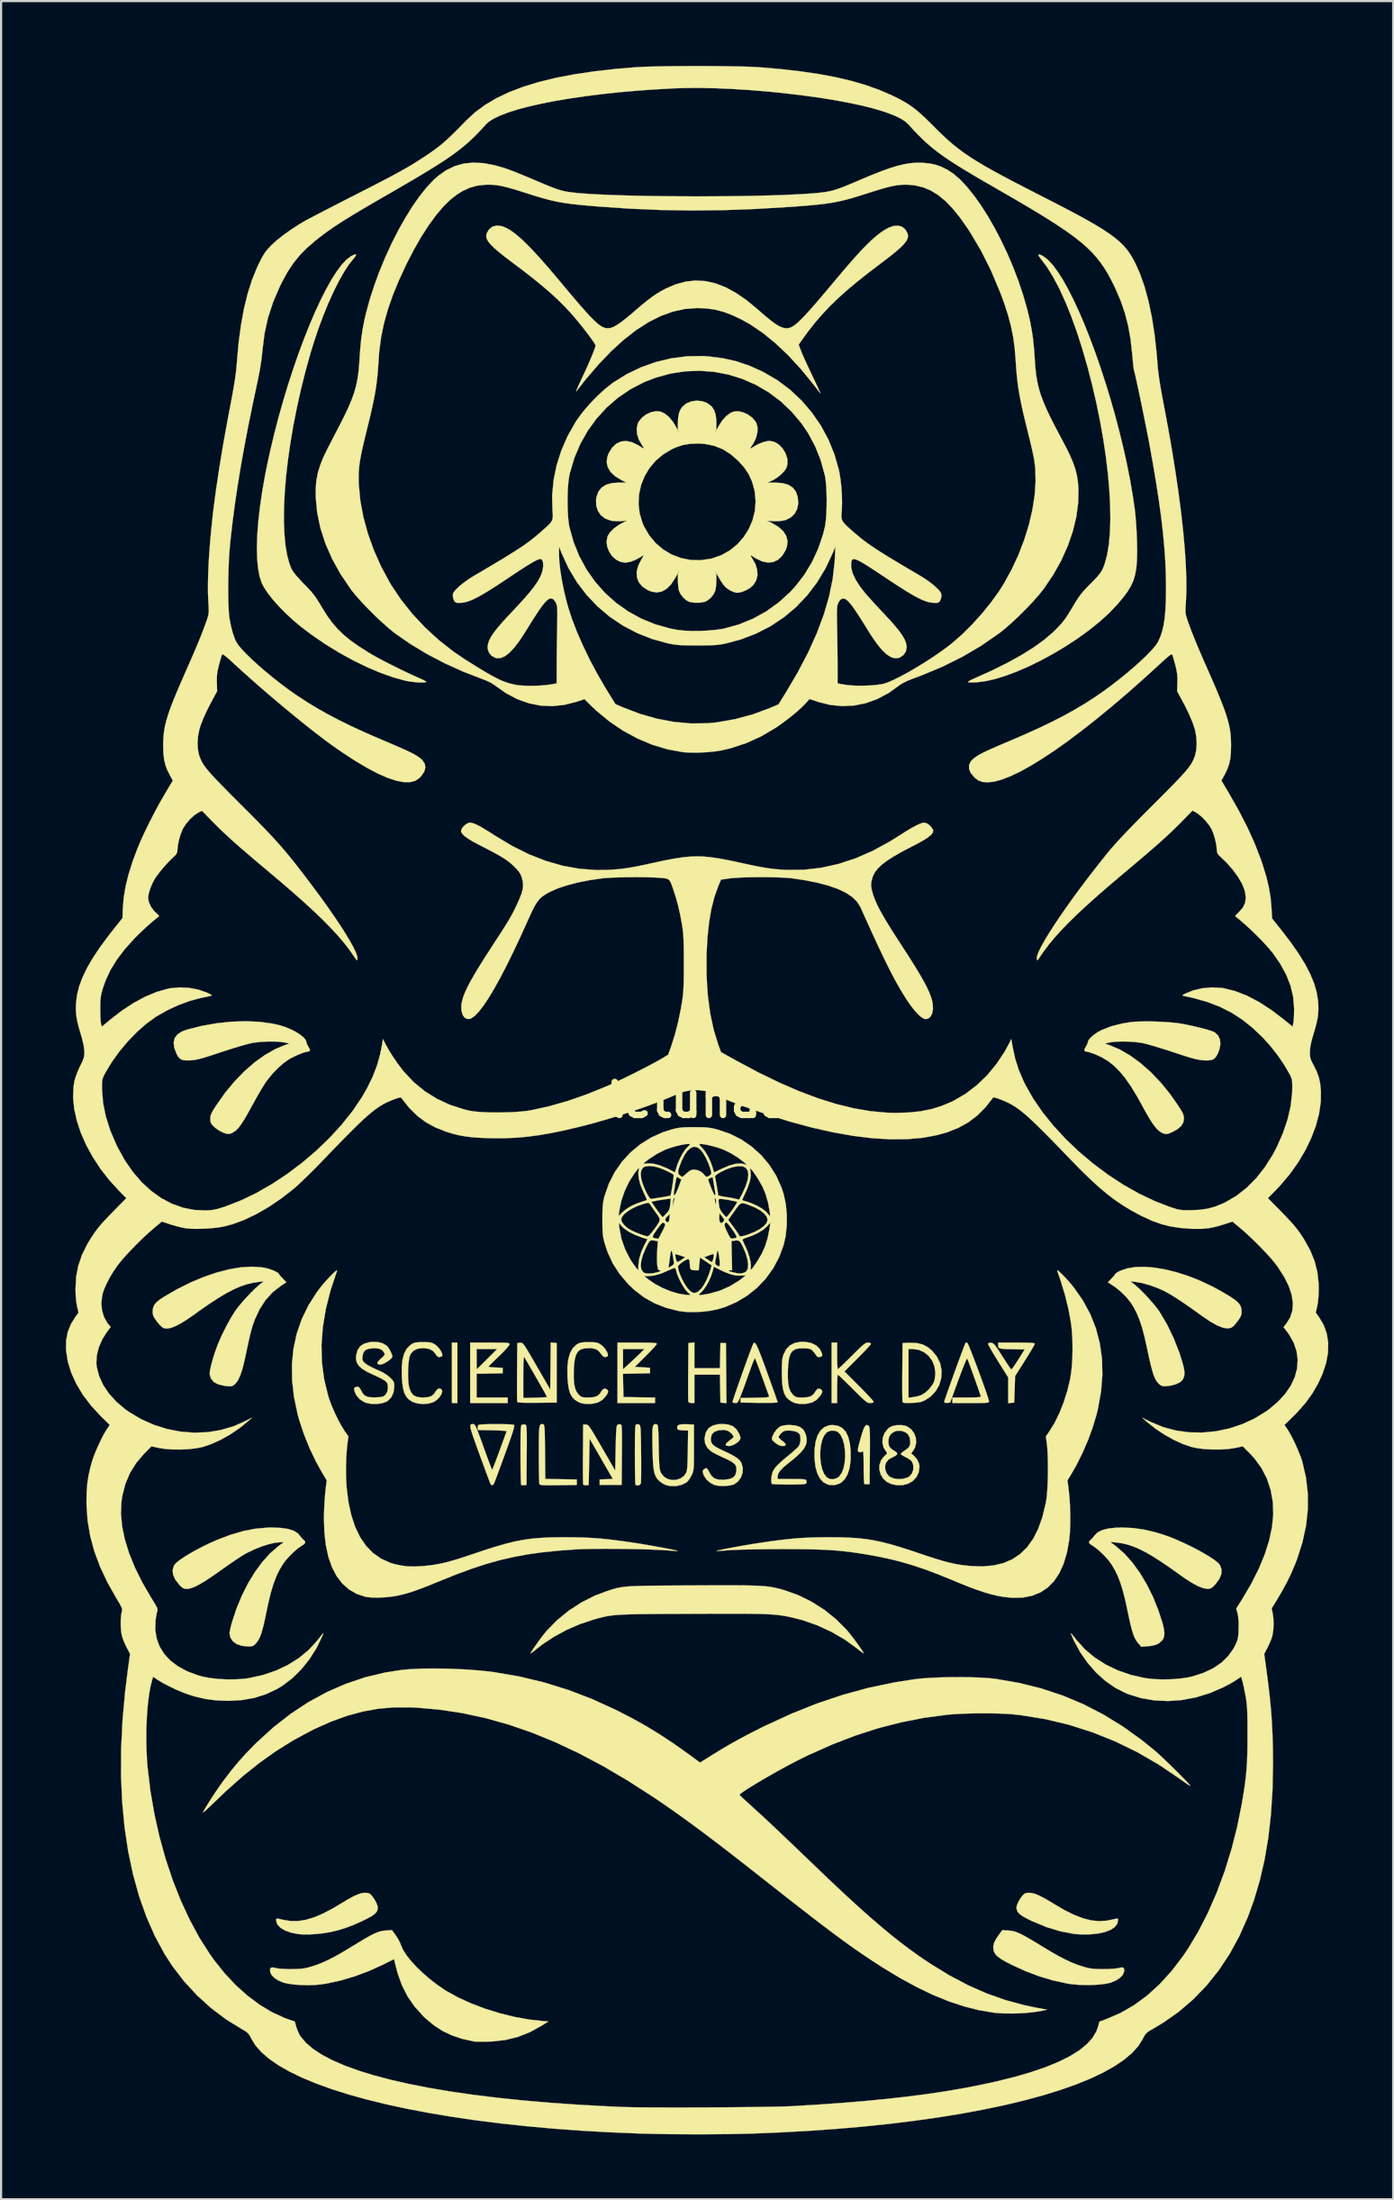
<source format=kicad_pcb>
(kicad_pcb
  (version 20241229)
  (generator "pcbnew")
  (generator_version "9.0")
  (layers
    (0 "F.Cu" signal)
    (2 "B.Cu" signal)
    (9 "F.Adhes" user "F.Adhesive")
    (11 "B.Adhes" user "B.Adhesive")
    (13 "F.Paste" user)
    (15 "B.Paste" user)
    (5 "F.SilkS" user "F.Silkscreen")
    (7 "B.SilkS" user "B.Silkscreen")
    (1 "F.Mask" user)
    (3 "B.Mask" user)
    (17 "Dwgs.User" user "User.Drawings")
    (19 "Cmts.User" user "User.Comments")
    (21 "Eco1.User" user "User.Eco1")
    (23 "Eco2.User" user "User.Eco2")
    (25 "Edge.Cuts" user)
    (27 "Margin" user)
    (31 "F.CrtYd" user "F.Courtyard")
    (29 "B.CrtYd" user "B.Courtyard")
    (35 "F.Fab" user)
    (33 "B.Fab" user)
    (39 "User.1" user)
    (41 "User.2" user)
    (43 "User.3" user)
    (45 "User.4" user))
  (footprint "letunas"
    (layer "F.Cu")
    (at 29.201 47.818)
    (property "Reference" "letunas" (at 0 0 0) (layer "F.SilkS") (effects (font (size 1.524 1.524) (thickness 0.3))))
    (attr through_hole)
    (fp_poly (pts (xy -11.091 14.012) (xy -11.345 14.012) (xy -11.345 11.218) (xy -11.091 11.218) (xy -11.091 14.012)) (stroke (width 0.01) (type solid)) (fill yes) (layer "F.SilkS"))
    (fp_poly (pts (xy -0.127 12.404) (xy 1.056 12.404) (xy 1.068 11.822) (xy 1.079 11.239) (xy 1.333 11.239) (xy 1.345 12.629) (xy 1.356 14.018) (xy 1.079 13.991) (xy 1.068 13.346) (xy 1.056 12.7) (xy -0.127 12.7) (xy -0.127 14.012) (xy -0.255 14.012) (xy -0.352 13.997) (xy -0.404 13.959) (xy -0.409 13.905) (xy -0.412 13.777) (xy -0.415 13.585) (xy -0.416 13.341) (xy -0.416 13.055) (xy -0.415 12.737) (xy -0.413 12.573) (xy -0.402 11.239) (xy -0.265 11.226) (xy -0.127 11.213) (xy -0.127 12.404)) (stroke (width 0.01) (type solid)) (fill yes) (layer "F.SilkS"))
    (fp_poly (pts (xy -7.943 15.011) (xy -7.924 15.025) (xy -7.908 15.055) (xy -7.897 15.111) (xy -7.889 15.2) (xy -7.883 15.332) (xy -7.881 15.515) (xy -7.88 15.757) (xy -7.881 16.068) (xy -7.884 16.419) (xy -7.895 17.801) (xy -8.003 17.814) (xy -8.095 17.813) (xy -8.14 17.796) (xy -8.147 17.748) (xy -8.154 17.625) (xy -8.16 17.439) (xy -8.165 17.198) (xy -8.168 16.914) (xy -8.17 16.597) (xy -8.17 16.4) (xy -8.17 16.023) (xy -8.169 15.723) (xy -8.167 15.49) (xy -8.163 15.315) (xy -8.156 15.19) (xy -8.147 15.105) (xy -8.135 15.053) (xy -8.119 15.025) (xy -8.099 15.012) (xy -8.092 15.009) (xy -7.989 15.001) (xy -7.943 15.011)) (stroke (width 0.01) (type solid)) (fill yes) (layer "F.SilkS"))
    (fp_poly (pts (xy -2.459 11.219) (xy -2.221 11.223) (xy -2.05 11.23) (xy -1.94 11.24) (xy -1.88 11.254) (xy -1.863 11.272) (xy -1.891 11.318) (xy -1.971 11.413) (xy -2.091 11.544) (xy -2.242 11.702) (xy -2.372 11.833) (xy -2.881 12.34) (xy -2.53 12.361) (xy -2.18 12.383) (xy -2.18 12.636) (xy -2.806 12.648) (xy -3.432 12.66) (xy -3.42 13.199) (xy -3.408 13.737) (xy -1.947 13.76) (xy -1.947 14.012) (xy -3.683 14.012) (xy -3.683 11.515) (xy -3.429 11.515) (xy -3.429 12.455) (xy -3.016 12.074) (xy -2.855 11.924) (xy -2.71 11.787) (xy -2.596 11.678) (xy -2.528 11.609) (xy -2.523 11.604) (xy -2.442 11.515) (xy -3.429 11.515) (xy -3.683 11.515) (xy -3.683 11.218) (xy -2.773 11.218) (xy -2.459 11.219)) (stroke (width 0.01) (type solid)) (fill yes) (layer "F.SilkS"))
    (fp_poly (pts (xy -7.125 14.994) (xy -7.103 15.003) (xy -7.085 15.026) (xy -7.072 15.074) (xy -7.062 15.154) (xy -7.054 15.276) (xy -7.048 15.448) (xy -7.044 15.681) (xy -7.04 15.982) (xy -7.037 16.266) (xy -7.026 17.524) (xy -6.296 17.536) (xy -5.567 17.547) (xy -5.567 17.801) (xy -6.419 17.813) (xy -6.712 17.816) (xy -6.93 17.816) (xy -7.086 17.813) (xy -7.19 17.805) (xy -7.253 17.793) (xy -7.286 17.774) (xy -7.298 17.756) (xy -7.304 17.698) (xy -7.31 17.567) (xy -7.315 17.372) (xy -7.319 17.126) (xy -7.322 16.838) (xy -7.324 16.521) (xy -7.324 16.385) (xy -7.323 16) (xy -7.321 15.691) (xy -7.317 15.451) (xy -7.308 15.271) (xy -7.294 15.143) (xy -7.274 15.058) (xy -7.247 15.01) (xy -7.211 14.989) (xy -7.165 14.987) (xy -7.125 14.994)) (stroke (width 0.01) (type solid)) (fill yes) (layer "F.SilkS"))
    (fp_poly (pts (xy -2.672 15.016) (xy -2.652 15.036) (xy -2.636 15.077) (xy -2.624 15.146) (xy -2.614 15.252) (xy -2.607 15.406) (xy -2.601 15.614) (xy -2.597 15.887) (xy -2.593 16.234) (xy -2.592 16.345) (xy -2.589 16.671) (xy -2.589 16.973) (xy -2.59 17.239) (xy -2.592 17.459) (xy -2.596 17.621) (xy -2.601 17.713) (xy -2.603 17.727) (xy -2.657 17.798) (xy -2.749 17.827) (xy -2.838 17.805) (xy -2.85 17.794) (xy -2.857 17.746) (xy -2.864 17.624) (xy -2.869 17.438) (xy -2.873 17.198) (xy -2.877 16.914) (xy -2.878 16.596) (xy -2.879 16.396) (xy -2.878 16.016) (xy -2.877 15.713) (xy -2.874 15.477) (xy -2.87 15.3) (xy -2.863 15.173) (xy -2.853 15.088) (xy -2.841 15.036) (xy -2.825 15.009) (xy -2.809 14.999) (xy -2.717 14.997) (xy -2.672 15.016)) (stroke (width 0.01) (type solid)) (fill yes) (layer "F.SilkS"))
    (fp_poly (pts (xy 7.94 15.073) (xy 7.958 15.098) (xy 7.972 15.148) (xy 7.982 15.231) (xy 7.989 15.355) (xy 7.993 15.529) (xy 7.994 15.761) (xy 7.994 16.061) (xy 7.991 16.437) (xy 7.991 16.442) (xy 7.98 17.759) (xy 7.872 17.771) (xy 7.78 17.77) (xy 7.735 17.754) (xy 7.725 17.704) (xy 7.717 17.583) (xy 7.71 17.406) (xy 7.706 17.186) (xy 7.705 16.96) (xy 7.703 16.68) (xy 7.699 16.477) (xy 7.692 16.342) (xy 7.681 16.266) (xy 7.665 16.242) (xy 7.654 16.248) (xy 7.564 16.295) (xy 7.46 16.263) (xy 7.458 16.261) (xy 7.439 16.232) (xy 7.437 16.169) (xy 7.455 16.063) (xy 7.495 15.9) (xy 7.557 15.669) (xy 7.563 15.648) (xy 7.64 15.39) (xy 7.704 15.207) (xy 7.761 15.092) (xy 7.816 15.036) (xy 7.875 15.033) (xy 7.94 15.073)) (stroke (width 0.01) (type solid)) (fill yes) (layer "F.SilkS"))
    (fp_poly (pts (xy 15.493 36.674) (xy 15.644 36.715) (xy 15.826 36.79) (xy 16.047 36.904) (xy 16.318 37.06) (xy 16.531 37.19) (xy 17.015 37.472) (xy 17.455 37.689) (xy 17.859 37.843) (xy 18.236 37.937) (xy 18.592 37.973) (xy 18.937 37.952) (xy 19.156 37.91) (xy 19.316 37.872) (xy 19.41 37.855) (xy 19.457 37.859) (xy 19.472 37.886) (xy 19.473 37.933) (xy 19.433 38.101) (xy 19.315 38.25) (xy 19.126 38.375) (xy 18.872 38.473) (xy 18.557 38.543) (xy 18.189 38.581) (xy 18.17 38.582) (xy 17.945 38.587) (xy 17.708 38.582) (xy 17.501 38.569) (xy 17.449 38.564) (xy 16.819 38.446) (xy 16.169 38.25) (xy 15.505 37.975) (xy 15.284 37.868) (xy 15.059 37.744) (xy 14.906 37.63) (xy 14.816 37.516) (xy 14.777 37.391) (xy 14.774 37.338) (xy 14.8 37.222) (xy 14.869 37.068) (xy 14.966 36.906) (xy 15.051 36.793) (xy 15.136 36.708) (xy 15.227 36.67) (xy 15.36 36.661) (xy 15.493 36.674)) (stroke (width 0.01) (type solid)) (fill yes) (layer "F.SilkS"))
    (fp_poly (pts (xy -15.226 36.67) (xy -15.136 36.709) (xy -15.051 36.793) (xy -14.941 36.945) (xy -14.849 37.107) (xy -14.79 37.254) (xy -14.774 37.338) (xy -14.788 37.452) (xy -14.834 37.552) (xy -14.924 37.647) (xy -15.067 37.746) (xy -15.275 37.859) (xy -15.423 37.932) (xy -15.846 38.125) (xy -16.232 38.274) (xy -16.608 38.391) (xy -16.989 38.481) (xy -17.281 38.53) (xy -17.599 38.566) (xy -17.917 38.585) (xy -18.209 38.588) (xy -18.446 38.571) (xy -18.458 38.569) (xy -18.785 38.504) (xy -19.056 38.408) (xy -19.265 38.287) (xy -19.405 38.144) (xy -19.47 37.984) (xy -19.473 37.933) (xy -19.472 37.883) (xy -19.455 37.858) (xy -19.406 37.855) (xy -19.307 37.874) (xy -19.156 37.91) (xy -18.815 37.966) (xy -18.467 37.967) (xy -18.104 37.911) (xy -17.719 37.796) (xy -17.303 37.619) (xy -16.848 37.379) (xy -16.531 37.19) (xy -16.221 37.003) (xy -15.967 36.861) (xy -15.761 36.761) (xy -15.591 36.698) (xy -15.447 36.666) (xy -15.36 36.661) (xy -15.226 36.67)) (stroke (width 0.01) (type solid)) (fill yes) (layer "F.SilkS"))
    (fp_poly (pts (xy -9.289 11.219) (xy -9.063 11.22) (xy -8.901 11.224) (xy -8.792 11.231) (xy -8.726 11.243) (xy -8.692 11.259) (xy -8.68 11.281) (xy -8.678 11.299) (xy -8.709 11.358) (xy -8.794 11.464) (xy -8.927 11.608) (xy -9.099 11.781) (xy -9.165 11.844) (xy -9.33 12.004) (xy -9.472 12.142) (xy -9.579 12.251) (xy -9.641 12.317) (xy -9.652 12.334) (xy -9.613 12.346) (xy -9.51 12.359) (xy -9.363 12.369) (xy -9.324 12.37) (xy -8.996 12.383) (xy -8.996 12.636) (xy -9.599 12.648) (xy -10.202 12.66) (xy -10.202 13.758) (xy -8.763 13.758) (xy -8.763 14.012) (xy -10.499 14.012) (xy -10.499 11.515) (xy -10.202 11.515) (xy -10.202 11.98) (xy -10.201 12.167) (xy -10.199 12.319) (xy -10.195 12.417) (xy -10.191 12.446) (xy -10.159 12.418) (xy -10.078 12.339) (xy -9.958 12.221) (xy -9.809 12.074) (xy -9.716 11.98) (xy -9.251 11.515) (xy -10.202 11.515) (xy -10.499 11.515) (xy -10.499 11.218) (xy -9.588 11.218) (xy -9.289 11.219)) (stroke (width 0.01) (type solid)) (fill yes) (layer "F.SilkS"))
    (fp_poly (pts (xy -3.54 14.999) (xy -3.521 15.013) (xy -3.506 15.044) (xy -3.494 15.099) (xy -3.486 15.189) (xy -3.481 15.321) (xy -3.478 15.505) (xy -3.477 15.748) (xy -3.479 16.059) (xy -3.481 16.414) (xy -3.493 17.801) (xy -4.508 17.801) (xy -4.508 17.547) (xy -4.205 17.535) (xy -3.901 17.522) (xy -4.437 16.591) (xy -4.974 15.659) (xy -4.995 16.73) (xy -5.016 17.801) (xy -5.133 17.815) (xy -5.23 17.806) (xy -5.271 17.772) (xy -5.276 17.717) (xy -5.28 17.588) (xy -5.283 17.396) (xy -5.284 17.151) (xy -5.284 16.863) (xy -5.283 16.544) (xy -5.282 16.361) (xy -5.271 15.007) (xy -5.146 15.007) (xy -5.108 15.011) (xy -5.071 15.026) (xy -5.029 15.061) (xy -4.977 15.124) (xy -4.909 15.223) (xy -4.82 15.365) (xy -4.705 15.558) (xy -4.557 15.81) (xy -4.405 16.073) (xy -3.789 17.138) (xy -3.768 16.099) (xy -3.76 15.77) (xy -3.753 15.515) (xy -3.744 15.326) (xy -3.734 15.192) (xy -3.721 15.103) (xy -3.705 15.049) (xy -3.685 15.02) (xy -3.678 15.016) (xy -3.586 14.992) (xy -3.54 14.999)) (stroke (width 0.01) (type solid)) (fill yes) (layer "F.SilkS"))
    (fp_poly (pts (xy 10.175 11.241) (xy 10.451 11.311) (xy 10.694 11.444) (xy 10.876 11.6) (xy 11.101 11.879) (xy 11.246 12.184) (xy 11.311 12.513) (xy 11.295 12.852) (xy 11.203 13.176) (xy 11.037 13.465) (xy 10.806 13.709) (xy 10.577 13.864) (xy 10.456 13.925) (xy 10.342 13.964) (xy 10.209 13.987) (xy 10.029 14.001) (xy 9.938 14.005) (xy 9.738 14.011) (xy 9.608 14.007) (xy 9.535 13.992) (xy 9.504 13.965) (xy 9.504 13.964) (xy 9.499 13.909) (xy 9.495 13.779) (xy 9.492 13.587) (xy 9.49 13.342) (xy 9.49 13.054) (xy 9.491 12.736) (xy 9.493 12.573) (xy 9.502 11.515) (xy 9.779 11.515) (xy 9.779 13.769) (xy 10.001 13.74) (xy 10.17 13.707) (xy 10.336 13.658) (xy 10.393 13.635) (xy 10.557 13.532) (xy 10.725 13.376) (xy 10.87 13.195) (xy 10.954 13.045) (xy 10.992 12.912) (xy 11.016 12.737) (xy 11.021 12.615) (xy 10.984 12.324) (xy 10.879 12.062) (xy 10.717 11.839) (xy 10.507 11.666) (xy 10.259 11.554) (xy 9.985 11.515) (xy 9.779 11.515) (xy 9.502 11.515) (xy 9.504 11.239) (xy 9.847 11.227) (xy 10.175 11.241)) (stroke (width 0.01) (type solid)) (fill yes) (layer "F.SilkS"))
    (fp_poly (pts (xy 14.393 38.405) (xy 14.522 38.417) (xy 14.648 38.442) (xy 14.782 38.484) (xy 14.934 38.549) (xy 15.116 38.64) (xy 15.337 38.764) (xy 15.607 38.924) (xy 15.933 39.123) (xy 16.348 39.374) (xy 16.71 39.58) (xy 17.03 39.747) (xy 17.321 39.882) (xy 17.597 39.991) (xy 17.843 40.072) (xy 18.023 40.123) (xy 18.182 40.157) (xy 18.346 40.177) (xy 18.543 40.187) (xy 18.775 40.19) (xy 19.041 40.186) (xy 19.27 40.173) (xy 19.444 40.153) (xy 19.511 40.138) (xy 19.654 40.11) (xy 19.734 40.136) (xy 19.76 40.221) (xy 19.75 40.322) (xy 19.687 40.463) (xy 19.553 40.599) (xy 19.364 40.721) (xy 19.137 40.816) (xy 18.92 40.866) (xy 18.64 40.902) (xy 18.319 40.922) (xy 17.978 40.926) (xy 17.637 40.915) (xy 17.319 40.886) (xy 17.124 40.857) (xy 16.455 40.711) (xy 15.815 40.52) (xy 15.178 40.277) (xy 14.57 39.999) (xy 14.285 39.853) (xy 14.069 39.728) (xy 13.913 39.616) (xy 13.807 39.509) (xy 13.741 39.399) (xy 13.716 39.327) (xy 13.698 39.157) (xy 13.738 38.977) (xy 13.841 38.775) (xy 13.951 38.615) (xy 14.118 38.389) (xy 14.393 38.405)) (stroke (width 0.01) (type solid)) (fill yes) (layer "F.SilkS"))
    (fp_poly (pts (xy 15.074 11.219) (xy 15.298 11.223) (xy 15.456 11.23) (xy 15.556 11.241) (xy 15.608 11.256) (xy 15.621 11.273) (xy 15.599 11.325) (xy 15.538 11.435) (xy 15.445 11.594) (xy 15.327 11.788) (xy 15.191 12.006) (xy 15.166 12.046) (xy 14.711 12.764) (xy 14.69 13.377) (xy 14.668 13.991) (xy 14.531 14.004) (xy 14.393 14.018) (xy 14.393 12.833) (xy 13.928 12.09) (xy 13.788 11.863) (xy 13.664 11.658) (xy 13.565 11.485) (xy 13.495 11.358) (xy 13.463 11.287) (xy 13.462 11.28) (xy 13.486 11.234) (xy 13.568 11.224) (xy 13.598 11.226) (xy 13.651 11.236) (xy 13.701 11.262) (xy 13.757 11.315) (xy 13.827 11.404) (xy 13.92 11.539) (xy 14.044 11.731) (xy 14.118 11.848) (xy 14.247 12.049) (xy 14.361 12.222) (xy 14.453 12.356) (xy 14.514 12.44) (xy 14.536 12.462) (xy 14.57 12.43) (xy 14.638 12.339) (xy 14.731 12.203) (xy 14.841 12.034) (xy 14.861 12.002) (xy 15.153 11.536) (xy 14.636 11.525) (xy 14.376 11.519) (xy 14.189 11.511) (xy 14.062 11.496) (xy 13.985 11.474) (xy 13.945 11.44) (xy 13.93 11.391) (xy 13.928 11.345) (xy 13.928 11.218) (xy 14.774 11.218) (xy 15.074 11.219)) (stroke (width 0.01) (type solid)) (fill yes) (layer "F.SilkS"))
    (fp_poly (pts (xy 6.506 15.062) (xy 6.71 15.163) (xy 6.871 15.333) (xy 6.989 15.574) (xy 7.067 15.887) (xy 7.102 16.229) (xy 7.102 16.641) (xy 7.057 16.997) (xy 6.968 17.294) (xy 6.838 17.527) (xy 6.667 17.69) (xy 6.592 17.733) (xy 6.373 17.807) (xy 6.156 17.806) (xy 6.036 17.778) (xy 5.842 17.677) (xy 5.682 17.502) (xy 5.558 17.258) (xy 5.474 16.95) (xy 5.432 16.583) (xy 5.431 16.573) (xy 5.431 16.531) (xy 5.696 16.531) (xy 5.725 16.812) (xy 5.784 17.07) (xy 5.873 17.286) (xy 5.991 17.444) (xy 5.996 17.448) (xy 6.146 17.53) (xy 6.315 17.538) (xy 6.484 17.474) (xy 6.57 17.408) (xy 6.687 17.251) (xy 6.772 17.037) (xy 6.825 16.782) (xy 6.848 16.503) (xy 6.841 16.219) (xy 6.805 15.945) (xy 6.739 15.698) (xy 6.644 15.497) (xy 6.521 15.357) (xy 6.51 15.349) (xy 6.365 15.292) (xy 6.194 15.29) (xy 6.037 15.342) (xy 5.999 15.368) (xy 5.879 15.511) (xy 5.788 15.716) (xy 5.728 15.966) (xy 5.697 16.243) (xy 5.696 16.531) (xy 5.431 16.531) (xy 5.433 16.159) (xy 5.48 15.805) (xy 5.571 15.514) (xy 5.706 15.288) (xy 5.881 15.131) (xy 6.096 15.045) (xy 6.258 15.028) (xy 6.506 15.062)) (stroke (width 0.01) (type solid)) (fill yes) (layer "F.SilkS"))
    (fp_poly (pts (xy -6.635 11.226) (xy -6.498 11.239) (xy -6.498 13.991) (xy -7.4 14) (xy -7.72 14.002) (xy -7.963 14) (xy -8.137 13.994) (xy -8.249 13.984) (xy -8.308 13.969) (xy -8.321 13.957) (xy -8.326 13.904) (xy -8.329 13.78) (xy -8.043 13.78) (xy -7.493 13.767) (xy -7.288 13.76) (xy -7.118 13.752) (xy -6.998 13.743) (xy -6.944 13.734) (xy -6.943 13.732) (xy -6.963 13.691) (xy -7.019 13.588) (xy -7.103 13.436) (xy -7.21 13.248) (xy -7.331 13.035) (xy -7.46 12.81) (xy -7.59 12.584) (xy -7.713 12.371) (xy -7.824 12.181) (xy -7.915 12.027) (xy -7.978 11.921) (xy -8.008 11.877) (xy -8.018 11.905) (xy -8.027 12.007) (xy -8.034 12.172) (xy -8.04 12.387) (xy -8.043 12.643) (xy -8.043 12.808) (xy -8.043 13.78) (xy -8.329 13.78) (xy -8.329 13.776) (xy -8.331 13.585) (xy -8.333 13.341) (xy -8.332 13.055) (xy -8.331 12.737) (xy -8.33 12.573) (xy -8.319 11.239) (xy -8.186 11.227) (xy -8.147 11.224) (xy -8.112 11.231) (xy -8.074 11.255) (xy -8.028 11.303) (xy -7.97 11.383) (xy -7.893 11.503) (xy -7.792 11.67) (xy -7.662 11.892) (xy -7.496 12.177) (xy -7.424 12.303) (xy -6.795 13.392) (xy -6.783 12.302) (xy -6.772 11.213) (xy -6.635 11.226)) (stroke (width 0.01) (type solid)) (fill yes) (layer "F.SilkS"))
    (fp_poly (pts (xy 6.477 11.832) (xy 6.479 12.049) (xy 6.485 12.233) (xy 6.494 12.367) (xy 6.504 12.439) (xy 6.509 12.446) (xy 6.548 12.417) (xy 6.636 12.337) (xy 6.765 12.215) (xy 6.925 12.059) (xy 7.108 11.879) (xy 7.154 11.832) (xy 7.365 11.622) (xy 7.527 11.466) (xy 7.648 11.355) (xy 7.739 11.282) (xy 7.808 11.24) (xy 7.864 11.222) (xy 7.905 11.218) (xy 8.006 11.233) (xy 8.043 11.272) (xy 8.015 11.317) (xy 7.934 11.411) (xy 7.812 11.545) (xy 7.655 11.709) (xy 7.474 11.893) (xy 7.429 11.938) (xy 6.816 12.551) (xy 7.493 13.229) (xy 7.688 13.427) (xy 7.861 13.606) (xy 8.003 13.758) (xy 8.107 13.874) (xy 8.163 13.945) (xy 8.17 13.96) (xy 8.131 13.997) (xy 8.025 14.012) (xy 8.011 14.012) (xy 7.955 14.009) (xy 7.901 13.994) (xy 7.838 13.959) (xy 7.757 13.898) (xy 7.65 13.802) (xy 7.508 13.665) (xy 7.32 13.479) (xy 7.197 13.356) (xy 7.004 13.165) (xy 6.831 12.995) (xy 6.686 12.856) (xy 6.579 12.757) (xy 6.519 12.705) (xy 6.509 12.7) (xy 6.498 12.74) (xy 6.489 12.85) (xy 6.482 13.016) (xy 6.478 13.224) (xy 6.477 13.356) (xy 6.477 14.012) (xy 6.223 14.012) (xy 6.223 11.218) (xy 6.477 11.218) (xy 6.477 11.832)) (stroke (width 0.01) (type solid)) (fill yes) (layer "F.SilkS"))
    (fp_poly (pts (xy 12.499 11.23) (xy 12.525 11.272) (xy 12.575 11.384) (xy 12.644 11.552) (xy 12.729 11.767) (xy 12.825 12.016) (xy 12.928 12.288) (xy 13.034 12.573) (xy 13.139 12.857) (xy 13.238 13.131) (xy 13.328 13.383) (xy 13.403 13.602) (xy 13.46 13.775) (xy 13.495 13.893) (xy 13.504 13.939) (xy 13.498 13.964) (xy 13.473 13.982) (xy 13.418 13.996) (xy 13.322 14.004) (xy 13.175 14.009) (xy 12.965 14.012) (xy 12.683 14.012) (xy 12.658 14.012) (xy 11.811 14.012) (xy 11.811 13.758) (xy 12.467 13.758) (xy 12.742 13.756) (xy 12.939 13.749) (xy 13.062 13.737) (xy 13.118 13.719) (xy 13.123 13.71) (xy 13.11 13.659) (xy 13.072 13.544) (xy 13.015 13.377) (xy 12.944 13.175) (xy 12.864 12.95) (xy 12.781 12.718) (xy 12.7 12.493) (xy 12.625 12.289) (xy 12.562 12.121) (xy 12.516 12.003) (xy 12.494 11.951) (xy 12.473 11.976) (xy 12.428 12.07) (xy 12.362 12.225) (xy 12.28 12.43) (xy 12.186 12.676) (xy 12.086 12.946) (xy 11.705 13.991) (xy 11.568 14.004) (xy 11.463 14) (xy 11.43 13.961) (xy 11.444 13.909) (xy 11.483 13.79) (xy 11.543 13.615) (xy 11.621 13.395) (xy 11.711 13.141) (xy 11.81 12.866) (xy 11.913 12.579) (xy 12.017 12.294) (xy 12.117 12.02) (xy 12.209 11.77) (xy 12.29 11.555) (xy 12.354 11.385) (xy 12.399 11.274) (xy 12.419 11.232) (xy 12.474 11.223) (xy 12.499 11.23)) (stroke (width 0.01) (type solid)) (fill yes) (layer "F.SilkS"))
    (fp_poly (pts (xy -12.487 11.2) (xy -12.356 11.21) (xy -12.259 11.235) (xy -12.173 11.277) (xy -12.123 11.309) (xy -12.008 11.405) (xy -11.907 11.525) (xy -11.83 11.65) (xy -11.79 11.76) (xy -11.795 11.837) (xy -11.811 11.854) (xy -11.929 11.893) (xy -12.028 11.85) (xy -12.087 11.767) (xy -12.212 11.609) (xy -12.393 11.512) (xy -12.633 11.473) (xy -12.679 11.473) (xy -12.927 11.501) (xy -13.114 11.587) (xy -13.246 11.732) (xy -13.282 11.801) (xy -13.32 11.94) (xy -13.349 12.14) (xy -13.367 12.379) (xy -13.374 12.636) (xy -13.37 12.887) (xy -13.353 13.111) (xy -13.324 13.284) (xy -13.318 13.304) (xy -13.24 13.508) (xy -13.134 13.644) (xy -12.986 13.723) (xy -12.78 13.756) (xy -12.681 13.758) (xy -12.457 13.744) (xy -12.294 13.693) (xy -12.174 13.596) (xy -12.084 13.458) (xy -12.004 13.363) (xy -11.909 13.338) (xy -11.82 13.388) (xy -11.815 13.393) (xy -11.792 13.482) (xy -11.828 13.599) (xy -11.909 13.729) (xy -12.025 13.852) (xy -12.162 13.95) (xy -12.208 13.974) (xy -12.423 14.037) (xy -12.673 14.057) (xy -12.924 14.035) (xy -13.141 13.972) (xy -13.167 13.959) (xy -13.328 13.857) (xy -13.451 13.726) (xy -13.541 13.555) (xy -13.604 13.332) (xy -13.644 13.044) (xy -13.661 12.802) (xy -13.665 12.375) (xy -13.631 12.02) (xy -13.556 11.732) (xy -13.44 11.507) (xy -13.281 11.342) (xy -13.242 11.314) (xy -13.149 11.257) (xy -13.062 11.223) (xy -12.955 11.205) (xy -12.804 11.198) (xy -12.679 11.197) (xy -12.487 11.2)) (stroke (width 0.01) (type solid)) (fill yes) (layer "F.SilkS"))
    (fp_poly (pts (xy -4.823 11.2) (xy -4.691 11.211) (xy -4.595 11.235) (xy -4.509 11.278) (xy -4.461 11.309) (xy -4.346 11.405) (xy -4.244 11.525) (xy -4.168 11.65) (xy -4.127 11.76) (xy -4.133 11.837) (xy -4.149 11.854) (xy -4.254 11.892) (xy -4.348 11.857) (xy -4.445 11.744) (xy -4.448 11.738) (xy -4.559 11.602) (xy -4.688 11.519) (xy -4.86 11.48) (xy -5.016 11.473) (xy -5.23 11.489) (xy -5.395 11.541) (xy -5.519 11.639) (xy -5.606 11.792) (xy -5.664 12.006) (xy -5.697 12.291) (xy -5.706 12.469) (xy -5.71 12.818) (xy -5.693 13.095) (xy -5.652 13.312) (xy -5.586 13.479) (xy -5.492 13.609) (xy -5.482 13.619) (xy -5.405 13.691) (xy -5.334 13.732) (xy -5.245 13.752) (xy -5.109 13.758) (xy -5.026 13.758) (xy -4.802 13.744) (xy -4.639 13.696) (xy -4.519 13.604) (xy -4.422 13.459) (xy -4.421 13.456) (xy -4.339 13.363) (xy -4.243 13.344) (xy -4.153 13.401) (xy -4.133 13.428) (xy -4.116 13.489) (xy -4.143 13.569) (xy -4.214 13.682) (xy -4.385 13.869) (xy -4.596 13.989) (xy -4.858 14.047) (xy -5.016 14.055) (xy -5.224 14.045) (xy -5.386 14.01) (xy -5.505 13.959) (xy -5.665 13.857) (xy -5.788 13.726) (xy -5.879 13.555) (xy -5.942 13.332) (xy -5.982 13.044) (xy -5.999 12.802) (xy -6.002 12.367) (xy -5.963 12.002) (xy -5.88 11.707) (xy -5.755 11.478) (xy -5.585 11.314) (xy -5.557 11.296) (xy -5.465 11.247) (xy -5.369 11.217) (xy -5.243 11.202) (xy -5.063 11.197) (xy -5.013 11.197) (xy -4.823 11.2)) (stroke (width 0.01) (type solid)) (fill yes) (layer "F.SilkS"))
    (fp_poly (pts (xy 5.015 11.186) (xy 5.287 11.241) (xy 5.51 11.352) (xy 5.676 11.514) (xy 5.775 11.721) (xy 5.78 11.738) (xy 5.788 11.821) (xy 5.744 11.863) (xy 5.69 11.879) (xy 5.591 11.887) (xy 5.532 11.84) (xy 5.527 11.832) (xy 5.47 11.75) (xy 5.387 11.645) (xy 5.37 11.625) (xy 5.305 11.557) (xy 5.237 11.517) (xy 5.141 11.495) (xy 4.993 11.484) (xy 4.947 11.482) (xy 4.72 11.486) (xy 4.543 11.525) (xy 4.411 11.609) (xy 4.316 11.745) (xy 4.253 11.942) (xy 4.216 12.207) (xy 4.2 12.469) (xy 4.196 12.818) (xy 4.213 13.095) (xy 4.254 13.312) (xy 4.32 13.479) (xy 4.414 13.609) (xy 4.424 13.619) (xy 4.501 13.691) (xy 4.572 13.732) (xy 4.661 13.752) (xy 4.797 13.758) (xy 4.88 13.758) (xy 5.104 13.744) (xy 5.267 13.696) (xy 5.387 13.604) (xy 5.484 13.459) (xy 5.485 13.456) (xy 5.567 13.363) (xy 5.663 13.344) (xy 5.753 13.401) (xy 5.773 13.428) (xy 5.79 13.489) (xy 5.763 13.569) (xy 5.692 13.682) (xy 5.521 13.869) (xy 5.31 13.989) (xy 5.048 14.047) (xy 4.889 14.055) (xy 4.682 14.045) (xy 4.52 14.01) (xy 4.401 13.959) (xy 4.244 13.861) (xy 4.122 13.736) (xy 4.033 13.574) (xy 3.972 13.365) (xy 3.935 13.098) (xy 3.919 12.763) (xy 3.918 12.615) (xy 3.919 12.346) (xy 3.927 12.144) (xy 3.943 11.989) (xy 3.968 11.864) (xy 3.995 11.776) (xy 4.118 11.528) (xy 4.292 11.347) (xy 4.518 11.232) (xy 4.797 11.183) (xy 5.015 11.186)) (stroke (width 0.01) (type solid)) (fill yes) (layer "F.SilkS"))
    (fp_poly (pts (xy 2.698 11.259) (xy 2.744 11.332) (xy 2.802 11.453) (xy 2.875 11.627) (xy 2.966 11.862) (xy 3.079 12.163) (xy 3.216 12.538) (xy 3.232 12.584) (xy 3.349 12.906) (xy 3.455 13.203) (xy 3.549 13.465) (xy 3.626 13.684) (xy 3.683 13.849) (xy 3.717 13.951) (xy 3.726 13.981) (xy 3.686 13.991) (xy 3.573 13.998) (xy 3.401 14.003) (xy 3.182 14.005) (xy 2.929 14.003) (xy 2.868 14.003) (xy 2.011 13.991) (xy 2.011 13.78) (xy 2.682 13.768) (xy 2.934 13.763) (xy 3.113 13.757) (xy 3.23 13.748) (xy 3.297 13.736) (xy 3.326 13.718) (xy 3.328 13.693) (xy 3.325 13.683) (xy 3.302 13.623) (xy 3.256 13.495) (xy 3.191 13.315) (xy 3.111 13.093) (xy 3.021 12.845) (xy 2.996 12.774) (xy 2.905 12.526) (xy 2.823 12.306) (xy 2.754 12.128) (xy 2.703 12.003) (xy 2.674 11.942) (xy 2.67 11.938) (xy 2.648 11.976) (xy 2.604 12.079) (xy 2.544 12.232) (xy 2.474 12.42) (xy 2.461 12.457) (xy 2.32 12.85) (xy 2.206 13.17) (xy 2.113 13.425) (xy 2.038 13.623) (xy 1.98 13.77) (xy 1.934 13.875) (xy 1.897 13.944) (xy 1.865 13.985) (xy 1.837 14.005) (xy 1.808 14.012) (xy 1.776 14.012) (xy 1.682 14.001) (xy 1.635 13.978) (xy 1.645 13.934) (xy 1.68 13.821) (xy 1.736 13.651) (xy 1.809 13.436) (xy 1.896 13.187) (xy 1.992 12.914) (xy 2.092 12.63) (xy 2.194 12.346) (xy 2.293 12.072) (xy 2.385 11.82) (xy 2.466 11.602) (xy 2.532 11.429) (xy 2.579 11.311) (xy 2.601 11.264) (xy 2.629 11.232) (xy 2.66 11.228) (xy 2.698 11.259)) (stroke (width 0.01) (type solid)) (fill yes) (layer "F.SilkS"))
    (fp_poly (pts (xy -1.9 14.993) (xy -1.888 14.995) (xy -1.86 15.001) (xy -1.839 15.019) (xy -1.822 15.058) (xy -1.81 15.128) (xy -1.801 15.24) (xy -1.793 15.402) (xy -1.786 15.626) (xy -1.78 15.921) (xy -1.777 16.044) (xy -1.77 16.37) (xy -1.762 16.622) (xy -1.754 16.814) (xy -1.744 16.956) (xy -1.73 17.06) (xy -1.712 17.139) (xy -1.688 17.203) (xy -1.658 17.265) (xy -1.531 17.423) (xy -1.359 17.526) (xy -1.162 17.573) (xy -0.957 17.563) (xy -0.765 17.498) (xy -0.603 17.377) (xy -0.521 17.263) (xy -0.495 17.206) (xy -0.475 17.132) (xy -0.46 17.03) (xy -0.449 16.889) (xy -0.441 16.695) (xy -0.435 16.436) (xy -0.431 16.205) (xy -0.417 15.287) (xy -0.664 15.274) (xy -0.805 15.263) (xy -0.882 15.242) (xy -0.916 15.204) (xy -0.923 15.173) (xy -0.916 15.085) (xy -0.858 15.029) (xy -0.741 14.999) (xy -0.553 14.993) (xy -0.48 14.995) (xy -0.148 15.007) (xy -0.148 16.066) (xy -0.148 16.392) (xy -0.15 16.646) (xy -0.153 16.839) (xy -0.159 16.983) (xy -0.17 17.091) (xy -0.186 17.174) (xy -0.208 17.244) (xy -0.237 17.313) (xy -0.259 17.36) (xy -0.34 17.504) (xy -0.432 17.627) (xy -0.492 17.684) (xy -0.717 17.796) (xy -0.979 17.853) (xy -1.25 17.85) (xy -1.455 17.802) (xy -1.591 17.734) (xy -1.729 17.635) (xy -1.763 17.604) (xy -1.844 17.517) (xy -1.908 17.42) (xy -1.958 17.304) (xy -1.995 17.158) (xy -2.023 16.97) (xy -2.042 16.73) (xy -2.055 16.426) (xy -2.064 16.075) (xy -2.07 15.74) (xy -2.071 15.48) (xy -2.066 15.287) (xy -2.054 15.15) (xy -2.033 15.062) (xy -2.001 15.012) (xy -1.957 14.992) (xy -1.9 14.993)) (stroke (width 0.01) (type solid)) (fill yes) (layer "F.SilkS"))
    (fp_poly (pts (xy -10.331 14.991) (xy -10.302 15.009) (xy -10.271 15.05) (xy -10.233 15.121) (xy -10.184 15.231) (xy -10.123 15.388) (xy -10.043 15.601) (xy -9.943 15.877) (xy -9.818 16.224) (xy -9.726 16.479) (xy -9.642 16.705) (xy -9.572 16.89) (xy -9.519 17.024) (xy -9.488 17.094) (xy -9.483 17.102) (xy -9.463 17.064) (xy -9.419 16.958) (xy -9.355 16.795) (xy -9.276 16.586) (xy -9.186 16.344) (xy -9.144 16.229) (xy -9.051 15.972) (xy -8.967 15.742) (xy -8.897 15.55) (xy -8.846 15.409) (xy -8.817 15.331) (xy -8.813 15.32) (xy -8.848 15.307) (xy -8.954 15.295) (xy -9.117 15.284) (xy -9.323 15.276) (xy -9.469 15.273) (xy -10.139 15.261) (xy -10.153 15.16) (xy -10.143 15.068) (xy -10.111 15.023) (xy -10.049 15.01) (xy -9.919 15.001) (xy -9.739 14.994) (xy -9.524 14.989) (xy -9.293 14.988) (xy -9.061 14.99) (xy -8.847 14.994) (xy -8.665 15.001) (xy -8.535 15.011) (xy -8.472 15.024) (xy -8.472 15.024) (xy -8.46 15.049) (xy -8.464 15.104) (xy -8.485 15.196) (xy -8.525 15.334) (xy -8.588 15.523) (xy -8.674 15.772) (xy -8.787 16.088) (xy -8.887 16.365) (xy -9.003 16.682) (xy -9.111 16.976) (xy -9.207 17.237) (xy -9.289 17.455) (xy -9.351 17.619) (xy -9.391 17.719) (xy -9.402 17.745) (xy -9.463 17.814) (xy -9.524 17.8) (xy -9.561 17.748) (xy -9.584 17.692) (xy -9.633 17.565) (xy -9.702 17.38) (xy -9.79 17.144) (xy -9.891 16.869) (xy -10.002 16.565) (xy -10.074 16.367) (xy -10.207 16) (xy -10.313 15.704) (xy -10.393 15.473) (xy -10.448 15.298) (xy -10.481 15.171) (xy -10.492 15.084) (xy -10.485 15.03) (xy -10.459 15.001) (xy -10.417 14.989) (xy -10.361 14.987) (xy -10.36 14.987) (xy -10.331 14.991)) (stroke (width 0.01) (type solid)) (fill yes) (layer "F.SilkS"))
    (fp_poly (pts (xy 20.18 19.794) (xy 20.693 19.868) (xy 21.23 19.997) (xy 21.611 20.115) (xy 21.91 20.223) (xy 22.229 20.355) (xy 22.558 20.503) (xy 22.885 20.662) (xy 23.199 20.825) (xy 23.49 20.988) (xy 23.745 21.144) (xy 23.954 21.286) (xy 24.106 21.41) (xy 24.186 21.503) (xy 24.26 21.703) (xy 24.253 21.915) (xy 24.164 22.138) (xy 23.992 22.376) (xy 23.952 22.42) (xy 23.845 22.528) (xy 23.759 22.584) (xy 23.665 22.604) (xy 23.605 22.606) (xy 23.411 22.573) (xy 23.164 22.475) (xy 22.867 22.313) (xy 22.519 22.087) (xy 22.352 21.968) (xy 21.876 21.629) (xy 21.455 21.342) (xy 21.081 21.104) (xy 20.745 20.91) (xy 20.44 20.756) (xy 20.157 20.638) (xy 19.888 20.552) (xy 19.626 20.494) (xy 19.398 20.463) (xy 19.113 20.435) (xy 19.376 20.633) (xy 19.762 20.971) (xy 20.131 21.383) (xy 20.48 21.861) (xy 20.801 22.396) (xy 21.09 22.98) (xy 21.341 23.603) (xy 21.525 24.172) (xy 21.592 24.445) (xy 21.618 24.657) (xy 21.601 24.822) (xy 21.542 24.952) (xy 21.498 25.006) (xy 21.369 25.119) (xy 21.219 25.193) (xy 21.024 25.239) (xy 20.858 25.258) (xy 20.548 25.284) (xy 20.397 25.108) (xy 20.317 25.001) (xy 20.246 24.873) (xy 20.18 24.712) (xy 20.116 24.508) (xy 20.049 24.249) (xy 19.977 23.925) (xy 19.92 23.651) (xy 19.812 23.149) (xy 19.704 22.72) (xy 19.59 22.351) (xy 19.469 22.031) (xy 19.334 21.749) (xy 19.182 21.492) (xy 19.144 21.434) (xy 18.994 21.24) (xy 18.806 21.036) (xy 18.603 20.844) (xy 18.407 20.685) (xy 18.286 20.605) (xy 18.167 20.525) (xy 18.126 20.456) (xy 18.159 20.385) (xy 18.214 20.334) (xy 18.309 20.239) (xy 18.384 20.141) (xy 18.52 20) (xy 18.726 19.893) (xy 19.005 19.82) (xy 19.359 19.779) (xy 19.672 19.77) (xy 20.18 19.794)) (stroke (width 0.01) (type solid)) (fill yes) (layer "F.SilkS"))
    (fp_poly (pts (xy -13.939 38.633) (xy -13.835 38.794) (xy -13.746 38.966) (xy -13.696 39.092) (xy -13.603 39.305) (xy -13.446 39.549) (xy -13.234 39.816) (xy -12.976 40.095) (xy -12.681 40.379) (xy -12.36 40.656) (xy -12.02 40.918) (xy -11.673 41.156) (xy -11.598 41.202) (xy -11.057 41.502) (xy -10.451 41.778) (xy -9.799 42.024) (xy -9.12 42.234) (xy -8.432 42.403) (xy -7.754 42.525) (xy -7.103 42.595) (xy -7.07 42.597) (xy -6.879 42.608) (xy -7.201 42.81) (xy -7.747 43.11) (xy -8.302 43.328) (xy -8.879 43.469) (xy -9.489 43.536) (xy -9.631 43.541) (xy -9.855 43.545) (xy -10.057 43.545) (xy -10.217 43.543) (xy -10.316 43.537) (xy -10.329 43.536) (xy -10.872 43.413) (xy -11.35 43.253) (xy -11.781 43.048) (xy -12.179 42.789) (xy -12.561 42.469) (xy -12.68 42.355) (xy -13.075 41.916) (xy -13.398 41.447) (xy -13.657 40.938) (xy -13.857 40.376) (xy -13.928 40.109) (xy -14.021 39.727) (xy -14.505 39.969) (xy -15.155 40.266) (xy -15.824 40.518) (xy -16.491 40.717) (xy -17.136 40.857) (xy -17.386 40.896) (xy -17.685 40.923) (xy -18.012 40.933) (xy -18.346 40.925) (xy -18.662 40.901) (xy -18.939 40.862) (xy -19.137 40.815) (xy -19.368 40.719) (xy -19.556 40.597) (xy -19.689 40.46) (xy -19.75 40.322) (xy -19.758 40.191) (xy -19.717 40.123) (xy -19.621 40.113) (xy -19.511 40.138) (xy -19.378 40.162) (xy -19.178 40.18) (xy -18.931 40.189) (xy -18.775 40.19) (xy -18.524 40.186) (xy -18.331 40.175) (xy -18.168 40.154) (xy -18.009 40.119) (xy -17.843 40.072) (xy -17.571 39.982) (xy -17.294 39.871) (xy -17.001 39.733) (xy -16.678 39.563) (xy -16.312 39.353) (xy -15.933 39.123) (xy -15.603 38.922) (xy -15.333 38.762) (xy -15.112 38.638) (xy -14.931 38.547) (xy -14.779 38.483) (xy -14.645 38.441) (xy -14.519 38.417) (xy -14.393 38.405) (xy -14.118 38.388) (xy -13.939 38.633)) (stroke (width 0.01) (type solid)) (fill yes) (layer "F.SilkS"))
    (fp_poly (pts (xy 4.553 15.051) (xy 4.765 15.123) (xy 4.918 15.249) (xy 5.018 15.433) (xy 5.063 15.617) (xy 5.07 15.784) (xy 5.033 15.947) (xy 4.945 16.113) (xy 4.8 16.291) (xy 4.594 16.49) (xy 4.319 16.717) (xy 4.235 16.782) (xy 4.009 16.968) (xy 3.853 17.126) (xy 3.761 17.263) (xy 3.726 17.388) (xy 3.725 17.407) (xy 3.725 17.526) (xy 4.377 17.526) (xy 4.632 17.527) (xy 4.814 17.532) (xy 4.936 17.541) (xy 5.009 17.555) (xy 5.045 17.576) (xy 5.053 17.59) (xy 5.061 17.685) (xy 5.053 17.716) (xy 5.032 17.739) (xy 4.983 17.756) (xy 4.893 17.768) (xy 4.753 17.775) (xy 4.551 17.779) (xy 4.276 17.78) (xy 4.257 17.78) (xy 4.01 17.779) (xy 3.792 17.774) (xy 3.618 17.768) (xy 3.502 17.76) (xy 3.457 17.752) (xy 3.435 17.684) (xy 3.431 17.561) (xy 3.443 17.413) (xy 3.472 17.267) (xy 3.474 17.26) (xy 3.52 17.143) (xy 3.598 17.021) (xy 3.717 16.885) (xy 3.886 16.725) (xy 4.113 16.531) (xy 4.196 16.464) (xy 4.363 16.325) (xy 4.513 16.195) (xy 4.63 16.087) (xy 4.695 16.019) (xy 4.757 15.887) (xy 4.784 15.718) (xy 4.774 15.55) (xy 4.742 15.453) (xy 4.654 15.371) (xy 4.5 15.313) (xy 4.297 15.284) (xy 4.224 15.282) (xy 4.08 15.292) (xy 3.98 15.331) (xy 3.891 15.406) (xy 3.814 15.497) (xy 3.771 15.571) (xy 3.769 15.586) (xy 3.801 15.642) (xy 3.883 15.72) (xy 3.938 15.761) (xy 4.059 15.863) (xy 4.103 15.938) (xy 4.069 15.985) (xy 3.957 16.002) (xy 3.952 16.002) (xy 3.82 15.98) (xy 3.685 15.906) (xy 3.616 15.853) (xy 3.513 15.765) (xy 3.465 15.702) (xy 3.459 15.641) (xy 3.48 15.567) (xy 3.569 15.381) (xy 3.696 15.215) (xy 3.839 15.099) (xy 3.852 15.092) (xy 3.979 15.053) (xy 4.164 15.031) (xy 4.275 15.028) (xy 4.553 15.051)) (stroke (width 0.01) (type solid)) (fill yes) (layer "F.SilkS"))
    (fp_poly (pts (xy 9.632 15.064) (xy 9.712 15.093) (xy 9.902 15.226) (xy 10.039 15.409) (xy 10.117 15.622) (xy 10.133 15.848) (xy 10.081 16.068) (xy 9.987 16.229) (xy 9.9 16.341) (xy 10.036 16.455) (xy 10.18 16.622) (xy 10.267 16.821) (xy 10.287 16.964) (xy 10.249 17.222) (xy 10.143 17.442) (xy 9.979 17.617) (xy 9.767 17.741) (xy 9.517 17.809) (xy 9.24 17.813) (xy 8.981 17.759) (xy 8.764 17.653) (xy 8.598 17.496) (xy 8.486 17.303) (xy 8.431 17.09) (xy 8.436 16.908) (xy 8.697 16.908) (xy 8.702 17.083) (xy 8.765 17.257) (xy 8.875 17.396) (xy 8.911 17.424) (xy 9.095 17.502) (xy 9.316 17.532) (xy 9.542 17.515) (xy 9.743 17.452) (xy 9.821 17.406) (xy 9.936 17.273) (xy 9.999 17.096) (xy 10 16.903) (xy 9.982 16.825) (xy 9.936 16.72) (xy 9.865 16.642) (xy 9.746 16.567) (xy 9.696 16.541) (xy 9.566 16.473) (xy 9.467 16.415) (xy 9.426 16.386) (xy 9.436 16.343) (xy 9.509 16.275) (xy 9.573 16.231) (xy 9.723 16.127) (xy 9.811 16.036) (xy 9.853 15.936) (xy 9.862 15.825) (xy 9.838 15.617) (xy 9.758 15.464) (xy 9.642 15.367) (xy 9.446 15.294) (xy 9.24 15.297) (xy 9.102 15.346) (xy 8.954 15.457) (xy 8.871 15.609) (xy 8.848 15.8) (xy 8.866 15.962) (xy 8.931 16.084) (xy 9.057 16.186) (xy 9.144 16.235) (xy 9.241 16.307) (xy 9.254 16.38) (xy 9.181 16.452) (xy 9.063 16.509) (xy 8.87 16.614) (xy 8.75 16.756) (xy 8.697 16.908) (xy 8.436 16.908) (xy 8.438 16.871) (xy 8.508 16.663) (xy 8.647 16.481) (xy 8.678 16.454) (xy 8.762 16.377) (xy 8.787 16.328) (xy 8.764 16.281) (xy 8.749 16.263) (xy 8.626 16.069) (xy 8.573 15.849) (xy 8.589 15.622) (xy 8.671 15.403) (xy 8.817 15.212) (xy 8.901 15.14) (xy 9.045 15.074) (xy 9.236 15.037) (xy 9.443 15.034) (xy 9.632 15.064)) (stroke (width 0.01) (type solid)) (fill yes) (layer "F.SilkS"))
    (fp_poly (pts (xy 1.431 15.004) (xy 1.648 15.082) (xy 1.815 15.221) (xy 1.942 15.43) (xy 2.006 15.604) (xy 1.992 15.689) (xy 1.918 15.786) (xy 1.802 15.879) (xy 1.666 15.955) (xy 1.528 15.997) (xy 1.475 16.002) (xy 1.356 15.987) (xy 1.316 15.943) (xy 1.355 15.868) (xy 1.474 15.765) (xy 1.503 15.743) (xy 1.608 15.663) (xy 1.677 15.6) (xy 1.693 15.575) (xy 1.668 15.525) (xy 1.607 15.44) (xy 1.587 15.416) (xy 1.437 15.302) (xy 1.238 15.254) (xy 0.997 15.273) (xy 0.972 15.278) (xy 0.793 15.346) (xy 0.683 15.458) (xy 0.637 15.622) (xy 0.635 15.682) (xy 0.644 15.789) (xy 0.678 15.879) (xy 0.749 15.96) (xy 0.867 16.043) (xy 1.043 16.137) (xy 1.249 16.235) (xy 1.523 16.367) (xy 1.729 16.479) (xy 1.877 16.579) (xy 1.978 16.674) (xy 2.044 16.772) (xy 2.05 16.785) (xy 2.113 17.009) (xy 2.102 17.24) (xy 2.024 17.459) (xy 1.886 17.645) (xy 1.72 17.766) (xy 1.578 17.813) (xy 1.384 17.841) (xy 1.169 17.849) (xy 0.964 17.836) (xy 0.809 17.804) (xy 0.606 17.702) (xy 0.433 17.549) (xy 0.313 17.368) (xy 0.287 17.3) (xy 0.26 17.189) (xy 0.268 17.126) (xy 0.315 17.078) (xy 0.317 17.076) (xy 0.389 17.032) (xy 0.442 17.032) (xy 0.493 17.087) (xy 0.56 17.208) (xy 0.573 17.233) (xy 0.68 17.397) (xy 0.812 17.502) (xy 0.984 17.554) (xy 1.214 17.562) (xy 1.271 17.558) (xy 1.504 17.525) (xy 1.666 17.456) (xy 1.766 17.346) (xy 1.813 17.184) (xy 1.82 17.062) (xy 1.806 16.954) (xy 1.757 16.86) (xy 1.663 16.771) (xy 1.512 16.678) (xy 1.295 16.572) (xy 1.203 16.531) (xy 1.015 16.444) (xy 0.835 16.354) (xy 0.693 16.275) (xy 0.651 16.249) (xy 0.475 16.085) (xy 0.371 15.884) (xy 0.342 15.657) (xy 0.391 15.412) (xy 0.423 15.333) (xy 0.543 15.166) (xy 0.725 15.052) (xy 0.972 14.992) (xy 1.153 14.981) (xy 1.431 15.004)) (stroke (width 0.01) (type solid)) (fill yes) (layer "F.SilkS"))
    (fp_poly (pts (xy 21.165 7.752) (xy 21.665 7.837) (xy 22.188 7.967) (xy 22.727 8.141) (xy 23.273 8.357) (xy 23.818 8.614) (xy 24.15 8.792) (xy 24.462 8.971) (xy 24.706 9.121) (xy 24.89 9.248) (xy 25.021 9.362) (xy 25.109 9.47) (xy 25.16 9.578) (xy 25.184 9.696) (xy 25.188 9.792) (xy 25.181 9.894) (xy 25.152 9.991) (xy 25.094 10.1) (xy 24.996 10.237) (xy 24.851 10.417) (xy 24.836 10.435) (xy 24.707 10.533) (xy 24.535 10.564) (xy 24.32 10.528) (xy 24.06 10.424) (xy 23.753 10.253) (xy 23.398 10.014) (xy 23.368 9.992) (xy 22.892 9.65) (xy 22.478 9.364) (xy 22.122 9.13) (xy 21.823 8.948) (xy 21.606 8.83) (xy 21.28 8.685) (xy 20.932 8.56) (xy 20.591 8.466) (xy 20.287 8.412) (xy 20.278 8.411) (xy 20.045 8.387) (xy 20.193 8.498) (xy 20.359 8.636) (xy 20.557 8.825) (xy 20.771 9.045) (xy 20.983 9.278) (xy 21.177 9.505) (xy 21.334 9.709) (xy 21.389 9.787) (xy 21.739 10.377) (xy 22.052 11.026) (xy 22.318 11.712) (xy 22.456 12.15) (xy 22.52 12.404) (xy 22.547 12.6) (xy 22.536 12.756) (xy 22.488 12.888) (xy 22.456 12.941) (xy 22.341 13.05) (xy 22.159 13.14) (xy 21.926 13.203) (xy 21.777 13.226) (xy 21.625 13.237) (xy 21.525 13.228) (xy 21.448 13.194) (xy 21.405 13.163) (xy 21.323 13.087) (xy 21.249 12.991) (xy 21.181 12.867) (xy 21.116 12.705) (xy 21.051 12.496) (xy 20.982 12.232) (xy 20.906 11.903) (xy 20.82 11.501) (xy 20.809 11.448) (xy 20.699 10.954) (xy 20.587 10.531) (xy 20.467 10.169) (xy 20.336 9.853) (xy 20.189 9.572) (xy 20.058 9.366) (xy 19.872 9.132) (xy 19.637 8.895) (xy 19.384 8.683) (xy 19.251 8.59) (xy 19.003 8.43) (xy 19.174 8.253) (xy 19.267 8.152) (xy 19.33 8.073) (xy 19.346 8.041) (xy 19.381 8.006) (xy 19.472 7.95) (xy 19.569 7.9) (xy 19.89 7.787) (xy 20.269 7.725) (xy 20.697 7.714) (xy 21.165 7.752)) (stroke (width 0.01) (type solid)) (fill yes) (layer "F.SilkS"))
    (fp_poly (pts (xy -20.155 7.735) (xy -19.969 7.767) (xy -19.803 7.811) (xy -19.637 7.87) (xy -19.493 7.934) (xy -19.39 7.995) (xy -19.347 8.043) (xy -19.346 8.046) (xy -19.319 8.09) (xy -19.249 8.173) (xy -19.174 8.253) (xy -19.003 8.43) (xy -19.251 8.59) (xy -19.631 8.884) (xy -19.959 9.241) (xy -20.235 9.663) (xy -20.463 10.152) (xy -20.542 10.372) (xy -20.576 10.477) (xy -20.608 10.583) (xy -20.64 10.701) (xy -20.675 10.841) (xy -20.716 11.015) (xy -20.765 11.235) (xy -20.824 11.51) (xy -20.898 11.852) (xy -20.934 12.023) (xy -21.031 12.421) (xy -21.135 12.737) (xy -21.248 12.973) (xy -21.37 13.13) (xy -21.388 13.146) (xy -21.462 13.202) (xy -21.536 13.232) (xy -21.631 13.24) (xy -21.77 13.228) (xy -21.909 13.208) (xy -22.171 13.144) (xy -22.363 13.036) (xy -22.488 12.882) (xy -22.548 12.693) (xy -22.546 12.581) (xy -22.516 12.407) (xy -22.463 12.185) (xy -22.392 11.933) (xy -22.307 11.666) (xy -22.212 11.4) (xy -22.176 11.306) (xy -22 10.899) (xy -21.79 10.475) (xy -21.566 10.07) (xy -21.394 9.792) (xy -21.256 9.603) (xy -21.074 9.381) (xy -20.866 9.146) (xy -20.648 8.916) (xy -20.439 8.71) (xy -20.254 8.546) (xy -20.193 8.498) (xy -20.045 8.387) (xy -20.278 8.411) (xy -20.564 8.455) (xy -20.852 8.526) (xy -21.149 8.629) (xy -21.463 8.768) (xy -21.803 8.947) (xy -22.177 9.172) (xy -22.593 9.444) (xy -23.058 9.769) (xy -23.241 9.901) (xy -23.603 10.152) (xy -23.912 10.343) (xy -24.174 10.475) (xy -24.391 10.55) (xy -24.57 10.569) (xy -24.69 10.545) (xy -24.766 10.493) (xy -24.869 10.391) (xy -24.979 10.261) (xy -24.992 10.244) (xy -25.096 10.097) (xy -25.156 9.987) (xy -25.183 9.886) (xy -25.188 9.785) (xy -25.173 9.625) (xy -25.121 9.489) (xy -25.02 9.361) (xy -24.862 9.23) (xy -24.652 9.092) (xy -24.041 8.74) (xy -23.428 8.435) (xy -22.822 8.181) (xy -22.23 7.979) (xy -21.66 7.831) (xy -21.118 7.739) (xy -20.614 7.707) (xy -20.155 7.735)) (stroke (width 0.01) (type solid)) (fill yes) (layer "F.SilkS"))
    (fp_poly (pts (xy -19.262 19.787) (xy -18.928 19.835) (xy -18.668 19.917) (xy -18.479 20.032) (xy -18.384 20.141) (xy -18.298 20.251) (xy -18.214 20.334) (xy -18.138 20.413) (xy -18.133 20.482) (xy -18.203 20.554) (xy -18.286 20.605) (xy -18.463 20.727) (xy -18.663 20.899) (xy -18.865 21.097) (xy -19.043 21.3) (xy -19.144 21.434) (xy -19.314 21.712) (xy -19.464 22.021) (xy -19.598 22.372) (xy -19.72 22.778) (xy -19.836 23.249) (xy -19.899 23.549) (xy -19.978 23.932) (xy -20.047 24.243) (xy -20.11 24.49) (xy -20.169 24.686) (xy -20.229 24.841) (xy -20.293 24.966) (xy -20.364 25.07) (xy -20.438 25.157) (xy -20.528 25.233) (xy -20.628 25.265) (xy -20.741 25.268) (xy -20.899 25.258) (xy -21.052 25.24) (xy -21.083 25.234) (xy -21.305 25.157) (xy -21.479 25.028) (xy -21.591 24.86) (xy -21.632 24.664) (xy -21.632 24.661) (xy -21.621 24.571) (xy -21.59 24.425) (xy -21.546 24.249) (xy -21.521 24.159) (xy -21.314 23.528) (xy -21.064 22.924) (xy -20.778 22.356) (xy -20.462 21.835) (xy -20.12 21.369) (xy -19.76 20.968) (xy -19.386 20.642) (xy -19.382 20.64) (xy -19.126 20.447) (xy -19.268 20.448) (xy -19.521 20.473) (xy -19.822 20.541) (xy -20.152 20.647) (xy -20.493 20.783) (xy -20.824 20.943) (xy -20.977 21.028) (xy -21.101 21.105) (xy -21.279 21.222) (xy -21.494 21.368) (xy -21.733 21.533) (xy -21.98 21.706) (xy -22.057 21.761) (xy -22.423 22.018) (xy -22.731 22.223) (xy -22.99 22.38) (xy -23.204 22.493) (xy -23.383 22.565) (xy -23.531 22.601) (xy -23.605 22.606) (xy -23.714 22.598) (xy -23.8 22.562) (xy -23.893 22.483) (xy -23.952 22.42) (xy -24.139 22.18) (xy -24.243 21.954) (xy -24.265 21.74) (xy -24.205 21.538) (xy -24.186 21.503) (xy -24.1 21.405) (xy -23.946 21.282) (xy -23.737 21.138) (xy -23.483 20.981) (xy -23.195 20.818) (xy -22.883 20.655) (xy -22.56 20.498) (xy -22.236 20.354) (xy -22.211 20.343) (xy -21.583 20.105) (xy -20.992 19.932) (xy -20.426 19.823) (xy -19.871 19.774) (xy -19.673 19.77) (xy -19.262 19.787)) (stroke (width 0.01) (type solid)) (fill yes) (layer "F.SilkS"))
    (fp_poly (pts (xy -14.776 11.192) (xy -14.545 11.252) (xy -14.365 11.36) (xy -14.305 11.423) (xy -14.228 11.54) (xy -14.158 11.677) (xy -14.11 11.803) (xy -14.097 11.871) (xy -14.132 11.933) (xy -14.221 12.014) (xy -14.342 12.1) (xy -14.471 12.175) (xy -14.586 12.224) (xy -14.644 12.234) (xy -14.758 12.219) (xy -14.796 12.172) (xy -14.759 12.091) (xy -14.646 11.974) (xy -14.628 11.959) (xy -14.518 11.859) (xy -14.464 11.793) (xy -14.455 11.74) (xy -14.474 11.691) (xy -14.568 11.57) (xy -14.701 11.501) (xy -14.887 11.477) (xy -15.008 11.48) (xy -15.215 11.509) (xy -15.354 11.571) (xy -15.437 11.677) (xy -15.479 11.839) (xy -15.482 11.861) (xy -15.489 11.983) (xy -15.464 12.064) (xy -15.393 12.144) (xy -15.356 12.178) (xy -15.251 12.251) (xy -15.094 12.339) (xy -14.909 12.429) (xy -14.811 12.472) (xy -14.552 12.591) (xy -14.355 12.712) (xy -14.213 12.83) (xy -14.105 12.939) (xy -14.044 13.022) (xy -14.018 13.108) (xy -14.012 13.228) (xy -14.012 13.255) (xy -14.046 13.521) (xy -14.143 13.74) (xy -14.302 13.905) (xy -14.392 13.959) (xy -14.593 14.026) (xy -14.836 14.056) (xy -15.088 14.049) (xy -15.315 14.003) (xy -15.393 13.974) (xy -15.61 13.836) (xy -15.769 13.65) (xy -15.841 13.49) (xy -15.868 13.379) (xy -15.86 13.318) (xy -15.83 13.29) (xy -15.725 13.251) (xy -15.638 13.286) (xy -15.56 13.4) (xy -15.542 13.438) (xy -15.457 13.586) (xy -15.348 13.683) (xy -15.198 13.737) (xy -14.991 13.755) (xy -14.849 13.751) (xy -14.676 13.741) (xy -14.565 13.724) (xy -14.491 13.694) (xy -14.432 13.643) (xy -14.41 13.618) (xy -14.34 13.507) (xy -14.311 13.37) (xy -14.309 13.292) (xy -14.316 13.159) (xy -14.347 13.074) (xy -14.419 13.002) (xy -14.446 12.98) (xy -14.545 12.919) (xy -14.697 12.838) (xy -14.878 12.75) (xy -14.99 12.701) (xy -15.289 12.559) (xy -15.512 12.419) (xy -15.664 12.276) (xy -15.752 12.12) (xy -15.783 11.945) (xy -15.772 11.796) (xy -15.707 11.562) (xy -15.588 11.388) (xy -15.409 11.269) (xy -15.165 11.2) (xy -15.041 11.186) (xy -14.776 11.192)) (stroke (width 0.01) (type solid)) (fill yes) (layer "F.SilkS"))
    (fp_poly (pts (xy 21.249 -3.626) (xy 21.598 -3.61) (xy 21.925 -3.587) (xy 22.209 -3.558) (xy 22.352 -3.537) (xy 22.624 -3.487) (xy 22.907 -3.427) (xy 23.185 -3.362) (xy 23.443 -3.296) (xy 23.666 -3.233) (xy 23.837 -3.177) (xy 23.941 -3.131) (xy 23.943 -3.13) (xy 24.098 -2.989) (xy 24.186 -2.803) (xy 24.207 -2.58) (xy 24.159 -2.328) (xy 24.083 -2.139) (xy 24 -1.992) (xy 23.908 -1.898) (xy 23.788 -1.847) (xy 23.62 -1.83) (xy 23.431 -1.836) (xy 23.311 -1.847) (xy 23.184 -1.867) (xy 23.036 -1.899) (xy 22.857 -1.947) (xy 22.634 -2.014) (xy 22.356 -2.104) (xy 22.011 -2.218) (xy 21.701 -2.319) (xy 21.396 -2.414) (xy 21.111 -2.5) (xy 20.863 -2.57) (xy 20.666 -2.621) (xy 20.556 -2.644) (xy 20.285 -2.68) (xy 19.983 -2.701) (xy 19.676 -2.707) (xy 19.391 -2.698) (xy 19.153 -2.674) (xy 19.084 -2.661) (xy 18.86 -2.612) (xy 19.079 -2.537) (xy 19.556 -2.335) (xy 20.038 -2.055) (xy 20.518 -1.704) (xy 20.988 -1.288) (xy 21.443 -0.813) (xy 21.874 -0.285) (xy 22.241 0.239) (xy 22.364 0.43) (xy 22.445 0.57) (xy 22.493 0.677) (xy 22.516 0.769) (xy 22.521 0.862) (xy 22.49 1.043) (xy 22.392 1.204) (xy 22.222 1.35) (xy 21.976 1.485) (xy 21.778 1.567) (xy 21.656 1.571) (xy 21.516 1.524) (xy 21.392 1.449) (xy 21.263 1.329) (xy 21.124 1.158) (xy 20.97 0.929) (xy 20.795 0.633) (xy 20.622 0.318) (xy 20.335 -0.199) (xy 20.064 -0.641) (xy 19.801 -1.016) (xy 19.541 -1.33) (xy 19.278 -1.591) (xy 19.003 -1.805) (xy 18.712 -1.98) (xy 18.397 -2.122) (xy 18.356 -2.138) (xy 18.203 -2.191) (xy 18.072 -2.229) (xy 17.991 -2.244) (xy 17.991 -2.244) (xy 17.922 -2.266) (xy 17.917 -2.336) (xy 17.978 -2.456) (xy 17.992 -2.477) (xy 18.049 -2.582) (xy 18.076 -2.669) (xy 18.076 -2.676) (xy 18.112 -2.771) (xy 18.21 -2.888) (xy 18.355 -3.015) (xy 18.531 -3.137) (xy 18.714 -3.236) (xy 19.156 -3.408) (xy 19.668 -3.538) (xy 20.057 -3.602) (xy 20.282 -3.622) (xy 20.57 -3.632) (xy 20.899 -3.633) (xy 21.249 -3.626)) (stroke (width 0.01) (type solid)) (fill yes) (layer "F.SilkS"))
    (fp_poly (pts (xy -20.251 -3.615) (xy -19.659 -3.535) (xy -19.352 -3.468) (xy -19.077 -3.383) (xy -18.813 -3.276) (xy -18.571 -3.154) (xy -18.365 -3.023) (xy -18.205 -2.893) (xy -18.105 -2.77) (xy -18.076 -2.676) (xy -18.053 -2.593) (xy -17.999 -2.487) (xy -17.992 -2.477) (xy -17.922 -2.349) (xy -17.917 -2.273) (xy -17.977 -2.244) (xy -17.991 -2.244) (xy -18.1 -2.224) (xy -18.261 -2.172) (xy -18.452 -2.097) (xy -18.651 -2.006) (xy -18.836 -1.91) (xy -18.896 -1.874) (xy -19.141 -1.7) (xy -19.401 -1.469) (xy -19.656 -1.203) (xy -19.885 -0.921) (xy -19.981 -0.787) (xy -20.076 -0.636) (xy -20.2 -0.431) (xy -20.339 -0.191) (xy -20.481 0.062) (xy -20.585 0.251) (xy -20.772 0.592) (xy -20.93 0.864) (xy -21.063 1.077) (xy -21.177 1.237) (xy -21.278 1.353) (xy -21.371 1.434) (xy -21.376 1.438) (xy -21.527 1.532) (xy -21.654 1.57) (xy -21.79 1.555) (xy -21.926 1.508) (xy -22.095 1.423) (xy -22.265 1.308) (xy -22.339 1.246) (xy -22.443 1.14) (xy -22.498 1.055) (xy -22.519 0.96) (xy -22.521 0.87) (xy -22.516 0.774) (xy -22.495 0.684) (xy -22.45 0.581) (xy -22.374 0.446) (xy -22.257 0.263) (xy -22.241 0.239) (xy -21.838 -0.332) (xy -21.404 -0.856) (xy -20.948 -1.326) (xy -20.477 -1.737) (xy -19.996 -2.082) (xy -19.515 -2.356) (xy -19.079 -2.537) (xy -18.86 -2.612) (xy -19.084 -2.661) (xy -19.298 -2.691) (xy -19.57 -2.706) (xy -19.872 -2.705) (xy -20.18 -2.689) (xy -20.466 -2.658) (xy -20.558 -2.644) (xy -20.702 -2.612) (xy -20.911 -2.557) (xy -21.168 -2.483) (xy -21.458 -2.395) (xy -21.766 -2.298) (xy -22.013 -2.217) (xy -22.358 -2.102) (xy -22.635 -2.013) (xy -22.856 -1.947) (xy -23.033 -1.899) (xy -23.18 -1.866) (xy -23.306 -1.846) (xy -23.426 -1.836) (xy -23.431 -1.835) (xy -23.654 -1.831) (xy -23.812 -1.853) (xy -23.926 -1.91) (xy -24.015 -2.012) (xy -24.083 -2.138) (xy -24.188 -2.416) (xy -24.217 -2.657) (xy -24.17 -2.86) (xy -24.047 -3.029) (xy -23.846 -3.163) (xy -23.609 -3.253) (xy -22.93 -3.424) (xy -22.241 -3.547) (xy -21.556 -3.62) (xy -20.888 -3.643) (xy -20.251 -3.615)) (stroke (width 0.01) (type solid)) (fill yes) (layer "F.SilkS"))
    (fp_poly (pts (xy -15.78 -39.072) (xy -15.828 -38.989) (xy -15.884 -38.923) (xy -16.107 -38.641) (xy -16.341 -38.284) (xy -16.58 -37.86) (xy -16.822 -37.377) (xy -17.062 -36.845) (xy -17.297 -36.27) (xy -17.523 -35.663) (xy -17.735 -35.031) (xy -17.891 -34.523) (xy -18.124 -33.682) (xy -18.334 -32.841) (xy -18.52 -32.004) (xy -18.683 -31.178) (xy -18.82 -30.369) (xy -18.932 -29.582) (xy -19.019 -28.823) (xy -19.079 -28.098) (xy -19.112 -27.413) (xy -19.118 -26.774) (xy -19.096 -26.187) (xy -19.046 -25.658) (xy -18.967 -25.191) (xy -18.859 -24.794) (xy -18.768 -24.566) (xy -18.679 -24.419) (xy -18.532 -24.233) (xy -18.323 -24.003) (xy -18.191 -23.867) (xy -17.996 -23.667) (xy -17.842 -23.496) (xy -17.711 -23.333) (xy -17.587 -23.154) (xy -17.451 -22.937) (xy -17.357 -22.779) (xy -17.125 -22.407) (xy -16.888 -22.08) (xy -16.634 -21.785) (xy -16.352 -21.511) (xy -16.03 -21.247) (xy -15.655 -20.981) (xy -15.216 -20.703) (xy -15.059 -20.608) (xy -14.827 -20.477) (xy -14.536 -20.321) (xy -14.205 -20.151) (xy -13.853 -19.975) (xy -13.498 -19.803) (xy -13.159 -19.645) (xy -12.856 -19.509) (xy -12.816 -19.492) (xy -12.678 -19.429) (xy -12.576 -19.374) (xy -12.531 -19.34) (xy -12.531 -19.337) (xy -12.57 -19.316) (xy -12.674 -19.307) (xy -12.826 -19.308) (xy -13.009 -19.32) (xy -13.203 -19.341) (xy -13.391 -19.369) (xy -13.495 -19.39) (xy -14.056 -19.544) (xy -14.656 -19.757) (xy -15.284 -20.024) (xy -15.926 -20.338) (xy -16.571 -20.693) (xy -17.205 -21.082) (xy -17.815 -21.499) (xy -18.333 -21.89) (xy -18.695 -22.194) (xy -19.039 -22.513) (xy -19.355 -22.835) (xy -19.635 -23.151) (xy -19.869 -23.451) (xy -20.048 -23.723) (xy -20.141 -23.905) (xy -20.243 -24.217) (xy -20.314 -24.603) (xy -20.355 -25.057) (xy -20.366 -25.577) (xy -20.347 -26.155) (xy -20.297 -26.789) (xy -20.218 -27.472) (xy -20.11 -28.2) (xy -19.973 -28.967) (xy -19.912 -29.273) (xy -19.743 -30.052) (xy -19.557 -30.83) (xy -19.355 -31.604) (xy -19.139 -32.367) (xy -18.912 -33.116) (xy -18.674 -33.844) (xy -18.429 -34.547) (xy -18.179 -35.218) (xy -17.925 -35.854) (xy -17.671 -36.448) (xy -17.416 -36.996) (xy -17.165 -37.491) (xy -16.919 -37.93) (xy -16.68 -38.307) (xy -16.449 -38.616) (xy -16.231 -38.853) (xy -16.025 -39.011) (xy -16.02 -39.014) (xy -15.879 -39.087) (xy -15.798 -39.106) (xy -15.78 -39.072)) (stroke (width 0.01) (type solid)) (fill yes) (layer "F.SilkS"))
    (fp_poly (pts (xy 1.841 22.444) (xy 2.193 22.447) (xy 2.494 22.453) (xy 2.751 22.461) (xy 2.972 22.473) (xy 3.163 22.488) (xy 3.33 22.507) (xy 3.481 22.531) (xy 3.622 22.559) (xy 3.761 22.592) (xy 3.903 22.63) (xy 4.043 22.67) (xy 4.68 22.897) (xy 5.298 23.202) (xy 5.884 23.574) (xy 6.425 24.008) (xy 6.909 24.494) (xy 6.922 24.508) (xy 7.029 24.635) (xy 7.153 24.793) (xy 7.286 24.968) (xy 7.416 25.144) (xy 7.533 25.309) (xy 7.627 25.448) (xy 7.687 25.546) (xy 7.705 25.586) (xy 7.674 25.572) (xy 7.592 25.513) (xy 7.473 25.422) (xy 7.377 25.345) (xy 6.821 24.945) (xy 6.209 24.591) (xy 5.558 24.291) (xy 4.89 24.056) (xy 4.35 23.919) (xy 4.199 23.888) (xy 4.054 23.861) (xy 3.909 23.838) (xy 3.758 23.818) (xy 3.595 23.801) (xy 3.413 23.787) (xy 3.205 23.776) (xy 2.964 23.767) (xy 2.686 23.761) (xy 2.362 23.757) (xy 1.987 23.754) (xy 1.554 23.754) (xy 1.057 23.754) (xy 0.489 23.756) (xy -0.156 23.758) (xy -0.254 23.759) (xy -0.891 23.762) (xy -1.45 23.764) (xy -1.937 23.768) (xy -2.36 23.771) (xy -2.723 23.776) (xy -3.035 23.782) (xy -3.301 23.79) (xy -3.529 23.801) (xy -3.724 23.814) (xy -3.893 23.83) (xy -4.043 23.849) (xy -4.18 23.872) (xy -4.311 23.899) (xy -4.442 23.931) (xy -4.58 23.968) (xy -4.731 24.01) (xy -4.796 24.028) (xy -5.419 24.235) (xy -6.034 24.502) (xy -6.621 24.819) (xy -7.159 25.175) (xy -7.44 25.394) (xy -7.561 25.493) (xy -7.654 25.562) (xy -7.701 25.591) (xy -7.705 25.59) (xy -7.68 25.537) (xy -7.615 25.431) (xy -7.518 25.288) (xy -7.401 25.122) (xy -7.274 24.947) (xy -7.147 24.779) (xy -7.03 24.631) (xy -6.956 24.542) (xy -6.476 24.052) (xy -5.939 23.614) (xy -5.356 23.235) (xy -4.742 22.925) (xy -4.255 22.738) (xy -4.102 22.688) (xy -3.966 22.643) (xy -3.841 22.606) (xy -3.719 22.573) (xy -3.594 22.546) (xy -3.458 22.524) (xy -3.305 22.506) (xy -3.127 22.491) (xy -2.918 22.48) (xy -2.671 22.471) (xy -2.378 22.465) (xy -2.033 22.46) (xy -1.629 22.456) (xy -1.159 22.453) (xy -0.616 22.45) (xy -0.209 22.448) (xy 0.414 22.445) (xy 0.958 22.443) (xy 1.431 22.443) (xy 1.841 22.444)) (stroke (width 0.01) (type solid)) (fill yes) (layer "F.SilkS"))
    (fp_poly (pts (xy 15.933 -39.062) (xy 16.02 -39.014) (xy 16.229 -38.855) (xy 16.449 -38.618) (xy 16.68 -38.309) (xy 16.92 -37.932) (xy 17.165 -37.494) (xy 17.415 -37) (xy 17.667 -36.455) (xy 17.92 -35.865) (xy 18.17 -35.235) (xy 18.418 -34.571) (xy 18.659 -33.878) (xy 18.893 -33.162) (xy 19.118 -32.428) (xy 19.331 -31.681) (xy 19.53 -30.928) (xy 19.714 -30.174) (xy 19.881 -29.423) (xy 20.028 -28.682) (xy 20.153 -27.956) (xy 20.239 -27.372) (xy 20.274 -27.063) (xy 20.305 -26.696) (xy 20.33 -26.3) (xy 20.346 -25.9) (xy 20.349 -25.823) (xy 20.356 -25.351) (xy 20.347 -24.948) (xy 20.319 -24.603) (xy 20.266 -24.301) (xy 20.185 -24.03) (xy 20.071 -23.775) (xy 19.92 -23.523) (xy 19.727 -23.26) (xy 19.488 -22.974) (xy 19.393 -22.866) (xy 19.021 -22.481) (xy 18.592 -22.096) (xy 18.116 -21.715) (xy 17.602 -21.344) (xy 17.06 -20.987) (xy 16.499 -20.651) (xy 15.929 -20.341) (xy 15.36 -20.061) (xy 14.802 -19.818) (xy 14.264 -19.616) (xy 13.756 -19.461) (xy 13.287 -19.358) (xy 12.922 -19.315) (xy 12.744 -19.309) (xy 12.611 -19.312) (xy 12.539 -19.323) (xy 12.531 -19.331) (xy 12.567 -19.365) (xy 12.662 -19.42) (xy 12.797 -19.484) (xy 12.816 -19.492) (xy 13.614 -19.85) (xy 14.339 -20.209) (xy 14.989 -20.568) (xy 15.561 -20.925) (xy 16.054 -21.28) (xy 16.465 -21.63) (xy 16.573 -21.735) (xy 16.751 -21.919) (xy 16.895 -22.081) (xy 17.022 -22.245) (xy 17.148 -22.432) (xy 17.29 -22.663) (xy 17.356 -22.775) (xy 17.508 -23.029) (xy 17.637 -23.228) (xy 17.758 -23.395) (xy 17.89 -23.552) (xy 18.047 -23.719) (xy 18.14 -23.812) (xy 18.347 -24.022) (xy 18.503 -24.188) (xy 18.619 -24.326) (xy 18.704 -24.449) (xy 18.769 -24.572) (xy 18.825 -24.71) (xy 18.858 -24.804) (xy 18.969 -25.214) (xy 19.049 -25.695) (xy 19.098 -26.243) (xy 19.118 -26.851) (xy 19.108 -27.511) (xy 19.07 -28.219) (xy 19.004 -28.968) (xy 18.91 -29.75) (xy 18.789 -30.561) (xy 18.641 -31.394) (xy 18.468 -32.242) (xy 18.269 -33.098) (xy 18.07 -33.867) (xy 17.829 -34.708) (xy 17.575 -35.498) (xy 17.311 -36.231) (xy 17.039 -36.903) (xy 16.761 -37.51) (xy 16.479 -38.046) (xy 16.195 -38.507) (xy 15.911 -38.889) (xy 15.899 -38.903) (xy 15.809 -39.023) (xy 15.786 -39.09) (xy 15.828 -39.103) (xy 15.933 -39.062)) (stroke (width 0.01) (type solid)) (fill yes) (layer "F.SilkS"))
    (fp_poly (pts (xy -16.657 7.895) (xy -16.958 8.795) (xy -17.179 9.669) (xy -17.319 10.517) (xy -17.379 11.34) (xy -17.358 12.138) (xy -17.256 12.911) (xy -17.074 13.66) (xy -17.013 13.854) (xy -16.902 14.149) (xy -16.763 14.469) (xy -16.608 14.788) (xy -16.45 15.078) (xy -16.302 15.315) (xy -16.297 15.322) (xy -16.132 15.557) (xy -16.171 15.833) (xy -16.207 16.163) (xy -16.232 16.549) (xy -16.244 16.962) (xy -16.243 17.372) (xy -16.228 17.752) (xy -16.216 17.916) (xy -16.13 18.596) (xy -15.997 19.206) (xy -15.817 19.747) (xy -15.59 20.217) (xy -15.316 20.617) (xy -14.995 20.947) (xy -14.627 21.206) (xy -14.214 21.395) (xy -14.011 21.457) (xy -13.698 21.527) (xy -13.393 21.566) (xy -13.069 21.574) (xy -12.696 21.553) (xy -12.643 21.549) (xy -12.382 21.522) (xy -12.137 21.488) (xy -11.894 21.444) (xy -11.639 21.386) (xy -11.36 21.311) (xy -11.042 21.216) (xy -10.671 21.096) (xy -10.268 20.961) (xy -9.732 20.782) (xy -9.258 20.634) (xy -8.833 20.513) (xy -8.441 20.417) (xy -8.067 20.344) (xy -7.695 20.29) (xy -7.312 20.253) (xy -6.902 20.231) (xy -6.451 20.221) (xy -6.075 20.219) (xy -5.62 20.223) (xy -5.206 20.234) (xy -4.815 20.254) (xy -4.425 20.284) (xy -4.016 20.327) (xy -3.569 20.383) (xy -3.063 20.455) (xy -2.963 20.47) (xy -2.72 20.507) (xy -2.453 20.551) (xy -2.174 20.599) (xy -1.894 20.648) (xy -1.628 20.697) (xy -1.385 20.743) (xy -1.179 20.783) (xy -1.021 20.817) (xy -0.924 20.841) (xy -0.899 20.852) (xy -0.944 20.854) (xy -1.056 20.85) (xy -1.218 20.839) (xy -1.398 20.826) (xy -1.675 20.807) (xy -2.02 20.791) (xy -2.417 20.778) (xy -2.852 20.767) (xy -3.309 20.759) (xy -3.772 20.755) (xy -4.227 20.753) (xy -4.657 20.755) (xy -5.048 20.76) (xy -5.384 20.769) (xy -5.63 20.781) (xy -6.431 20.841) (xy -7.165 20.916) (xy -7.85 21.012) (xy -8.503 21.133) (xy -9.14 21.281) (xy -9.779 21.462) (xy -10.438 21.678) (xy -11.133 21.934) (xy -11.801 22.202) (xy -12.203 22.366) (xy -12.539 22.5) (xy -12.821 22.609) (xy -13.063 22.696) (xy -13.275 22.767) (xy -13.471 22.825) (xy -13.661 22.874) (xy -13.797 22.906) (xy -14.096 22.96) (xy -14.42 22.995) (xy -14.743 23.011) (xy -15.041 23.007) (xy -15.29 22.981) (xy -15.356 22.968) (xy -15.753 22.836) (xy -16.105 22.634) (xy -16.413 22.361) (xy -16.674 22.021) (xy -16.888 21.614) (xy -17.055 21.141) (xy -17.173 20.605) (xy -17.243 20.005) (xy -17.264 19.345) (xy -17.26 19.113) (xy -17.249 18.837) (xy -17.233 18.553) (xy -17.215 18.29) (xy -17.195 18.072) (xy -17.186 17.991) (xy -17.134 17.588) (xy -17.309 17.302) (xy -17.633 16.723) (xy -17.934 16.091) (xy -18.197 15.436) (xy -18.411 14.788) (xy -18.481 14.532) (xy -18.649 13.734) (xy -18.737 12.961) (xy -18.745 12.213) (xy -18.673 11.492) (xy -18.521 10.797) (xy -18.29 10.13) (xy -17.979 9.492) (xy -17.59 8.883) (xy -17.424 8.664) (xy -17.299 8.51) (xy -17.162 8.354) (xy -17.024 8.205) (xy -16.895 8.073) (xy -16.785 7.967) (xy -16.703 7.898) (xy -16.658 7.874) (xy -16.657 7.895)) (stroke (width 0.01) (type solid)) (fill yes) (layer "F.SilkS"))
    (fp_poly (pts (xy 16.716 7.906) (xy 16.804 7.984) (xy 16.919 8.096) (xy 17.051 8.234) (xy 17.19 8.387) (xy 17.327 8.546) (xy 17.439 8.685) (xy 17.857 9.286) (xy 18.195 9.915) (xy 18.453 10.573) (xy 18.631 11.258) (xy 18.73 11.971) (xy 18.748 12.71) (xy 18.687 13.476) (xy 18.545 14.268) (xy 18.48 14.538) (xy 18.309 15.116) (xy 18.087 15.721) (xy 17.826 16.325) (xy 17.54 16.898) (xy 17.309 17.302) (xy 17.134 17.588) (xy 17.186 17.991) (xy 17.225 18.374) (xy 17.251 18.795) (xy 17.262 19.23) (xy 17.26 19.654) (xy 17.242 20.042) (xy 17.212 20.354) (xy 17.108 20.932) (xy 16.956 21.44) (xy 16.758 21.878) (xy 16.513 22.245) (xy 16.222 22.542) (xy 15.884 22.768) (xy 15.501 22.923) (xy 15.072 23.008) (xy 14.597 23.02) (xy 14.204 22.982) (xy 13.917 22.932) (xy 13.618 22.863) (xy 13.296 22.77) (xy 12.94 22.65) (xy 12.537 22.499) (xy 12.077 22.314) (xy 11.823 22.208) (xy 11.153 21.935) (xy 10.535 21.703) (xy 9.949 21.507) (xy 9.376 21.341) (xy 8.799 21.2) (xy 8.197 21.078) (xy 7.885 21.023) (xy 7.511 20.962) (xy 7.161 20.912) (xy 6.824 20.87) (xy 6.486 20.837) (xy 6.135 20.811) (xy 5.759 20.792) (xy 5.345 20.779) (xy 4.88 20.771) (xy 4.353 20.768) (xy 3.916 20.767) (xy 3.501 20.769) (xy 3.091 20.773) (xy 2.698 20.778) (xy 2.335 20.785) (xy 2.014 20.793) (xy 1.747 20.803) (xy 1.547 20.813) (xy 1.483 20.818) (xy 1.273 20.834) (xy 1.096 20.846) (xy 0.967 20.853) (xy 0.903 20.853) (xy 0.899 20.852) (xy 0.932 20.839) (xy 1.036 20.814) (xy 1.2 20.779) (xy 1.41 20.738) (xy 1.656 20.691) (xy 1.925 20.643) (xy 2.205 20.593) (xy 2.484 20.546) (xy 2.75 20.503) (xy 2.963 20.47) (xy 3.482 20.395) (xy 3.939 20.336) (xy 4.353 20.291) (xy 4.745 20.258) (xy 5.134 20.237) (xy 5.542 20.224) (xy 5.988 20.219) (xy 6.075 20.219) (xy 6.568 20.222) (xy 7.008 20.235) (xy 7.41 20.261) (xy 7.788 20.302) (xy 8.159 20.36) (xy 8.536 20.439) (xy 8.935 20.54) (xy 9.371 20.668) (xy 9.859 20.824) (xy 10.268 20.961) (xy 10.7 21.106) (xy 11.067 21.224) (xy 11.382 21.318) (xy 11.659 21.391) (xy 11.912 21.448) (xy 12.154 21.491) (xy 12.4 21.524) (xy 12.643 21.549) (xy 13.205 21.569) (xy 13.716 21.523) (xy 14.178 21.412) (xy 14.591 21.233) (xy 14.957 20.986) (xy 15.276 20.669) (xy 15.551 20.283) (xy 15.782 19.825) (xy 15.971 19.295) (xy 16.118 18.691) (xy 16.157 18.479) (xy 16.184 18.265) (xy 16.204 17.986) (xy 16.219 17.662) (xy 16.228 17.31) (xy 16.23 16.951) (xy 16.225 16.604) (xy 16.213 16.288) (xy 16.195 16.021) (xy 16.18 15.896) (xy 16.133 15.557) (xy 16.3 15.318) (xy 16.538 14.93) (xy 16.76 14.478) (xy 16.958 13.981) (xy 17.124 13.459) (xy 17.251 12.933) (xy 17.277 12.792) (xy 17.326 12.427) (xy 17.357 12.005) (xy 17.369 11.553) (xy 17.363 11.097) (xy 17.337 10.664) (xy 17.299 10.327) (xy 17.182 9.68) (xy 17.014 8.996) (xy 16.801 8.302) (xy 16.657 7.895) (xy 16.663 7.874) (xy 16.716 7.906)) (stroke (width 0.01) (type solid)) (fill yes) (layer "F.SilkS"))
    (fp_poly (pts (xy -9.043 -40.411) (xy -9.023 -40.405) (xy -8.845 -40.336) (xy -8.65 -40.226) (xy -8.435 -40.074) (xy -8.196 -39.875) (xy -7.93 -39.626) (xy -7.632 -39.322) (xy -7.299 -38.961) (xy -6.926 -38.539) (xy -6.511 -38.052) (xy -6.359 -37.87) (xy -5.992 -37.431) (xy -5.674 -37.055) (xy -5.399 -36.735) (xy -5.163 -36.468) (xy -4.962 -36.249) (xy -4.791 -36.074) (xy -4.645 -35.938) (xy -4.519 -35.837) (xy -4.41 -35.765) (xy -4.312 -35.72) (xy -4.221 -35.695) (xy -4.132 -35.687) (xy -4.125 -35.687) (xy -4.012 -35.7) (xy -3.886 -35.743) (xy -3.738 -35.821) (xy -3.56 -35.939) (xy -3.345 -36.103) (xy -3.083 -36.318) (xy -2.875 -36.496) (xy -2.572 -36.755) (xy -2.316 -36.964) (xy -2.092 -37.134) (xy -1.889 -37.274) (xy -1.692 -37.394) (xy -1.487 -37.504) (xy -1.46 -37.518) (xy -0.992 -37.719) (xy -0.531 -37.845) (xy -0.073 -37.895) (xy 0.385 -37.869) (xy 0.847 -37.766) (xy 1.316 -37.584) (xy 1.796 -37.323) (xy 2.29 -36.983) (xy 2.803 -36.561) (xy 2.857 -36.513) (xy 3.155 -36.253) (xy 3.402 -36.049) (xy 3.609 -35.897) (xy 3.784 -35.79) (xy 3.935 -35.723) (xy 4.07 -35.691) (xy 4.143 -35.687) (xy 4.228 -35.695) (xy 4.318 -35.72) (xy 4.416 -35.769) (xy 4.527 -35.844) (xy 4.656 -35.951) (xy 4.807 -36.094) (xy 4.985 -36.278) (xy 5.193 -36.506) (xy 5.438 -36.783) (xy 5.722 -37.114) (xy 6.051 -37.503) (xy 6.362 -37.873) (xy 6.741 -38.323) (xy 7.074 -38.711) (xy 7.369 -39.043) (xy 7.63 -39.327) (xy 7.865 -39.567) (xy 8.078 -39.771) (xy 8.276 -39.944) (xy 8.465 -40.093) (xy 8.57 -40.169) (xy 8.84 -40.329) (xy 9.087 -40.417) (xy 9.306 -40.433) (xy 9.491 -40.378) (xy 9.637 -40.252) (xy 9.734 -40.077) (xy 9.757 -39.972) (xy 9.743 -39.862) (xy 9.689 -39.741) (xy 9.588 -39.605) (xy 9.437 -39.446) (xy 9.229 -39.261) (xy 8.961 -39.043) (xy 8.627 -38.787) (xy 8.53 -38.714) (xy 7.934 -38.261) (xy 7.403 -37.84) (xy 6.93 -37.444) (xy 6.507 -37.063) (xy 6.124 -36.691) (xy 5.773 -36.318) (xy 5.446 -35.938) (xy 5.134 -35.54) (xy 4.897 -35.215) (xy 4.697 -34.933) (xy 4.789 -34.686) (xy 4.844 -34.548) (xy 4.926 -34.359) (xy 5.021 -34.146) (xy 5.112 -33.951) (xy 5.291 -33.574) (xy 5.435 -33.269) (xy 5.547 -33.032) (xy 5.627 -32.859) (xy 5.678 -32.746) (xy 5.701 -32.689) (xy 5.702 -32.681) (xy 5.67 -32.721) (xy 5.596 -32.814) (xy 5.492 -32.948) (xy 5.367 -33.109) (xy 5.347 -33.134) (xy 4.778 -33.828) (xy 4.202 -34.449) (xy 3.624 -34.997) (xy 3.045 -35.468) (xy 2.469 -35.86) (xy 2.074 -36.083) (xy 1.632 -36.293) (xy 1.224 -36.447) (xy 0.829 -36.549) (xy 0.425 -36.606) (xy 0 -36.623) (xy -0.555 -36.582) (xy -1.113 -36.461) (xy -1.675 -36.259) (xy -2.241 -35.975) (xy -2.812 -35.61) (xy -3.388 -35.162) (xy -3.971 -34.631) (xy -4.56 -34.018) (xy -5.157 -33.321) (xy -5.587 -32.773) (xy -5.597 -32.773) (xy -5.574 -32.84) (xy -5.521 -32.965) (xy -5.443 -33.137) (xy -5.345 -33.348) (xy -5.33 -33.38) (xy -5.182 -33.694) (xy -5.047 -33.994) (xy -4.928 -34.268) (xy -4.829 -34.506) (xy -4.755 -34.697) (xy -4.711 -34.832) (xy -4.699 -34.892) (xy -4.725 -34.953) (xy -4.798 -35.068) (xy -4.909 -35.226) (xy -5.049 -35.415) (xy -5.21 -35.625) (xy -5.384 -35.845) (xy -5.563 -36.063) (xy -5.738 -36.27) (xy -5.83 -36.374) (xy -6.12 -36.686) (xy -6.431 -36.996) (xy -6.774 -37.313) (xy -7.157 -37.643) (xy -7.589 -37.995) (xy -8.078 -38.375) (xy -8.511 -38.701) (xy -8.864 -38.968) (xy -9.15 -39.195) (xy -9.375 -39.388) (xy -9.543 -39.553) (xy -9.659 -39.694) (xy -9.729 -39.817) (xy -9.756 -39.929) (xy -9.747 -40.034) (xy -9.733 -40.078) (xy -9.623 -40.267) (xy -9.466 -40.388) (xy -9.27 -40.437) (xy -9.043 -40.411)) (stroke (width 0.01) (type solid)) (fill yes) (layer "F.SilkS"))
    (fp_poly (pts (xy -11.746 26.293) (xy -11.192 26.31) (xy -10.642 26.338) (xy -10.113 26.378) (xy -9.622 26.428) (xy -9.398 26.457) (xy -8.226 26.658) (xy -7.086 26.931) (xy -5.968 27.277) (xy -4.861 27.701) (xy -3.756 28.205) (xy -3.648 28.259) (xy -2.965 28.612) (xy -2.326 28.971) (xy -1.707 29.35) (xy -1.082 29.763) (xy -0.429 30.226) (xy -0.387 30.257) (xy 0.136 30.64) (xy 0.692 30.291) (xy 1.129 30.022) (xy 1.557 29.772) (xy 1.995 29.529) (xy 2.466 29.281) (xy 2.989 29.017) (xy 3.154 28.936) (xy 4.36 28.381) (xy 5.553 27.905) (xy 6.74 27.506) (xy 7.93 27.182) (xy 9.13 26.931) (xy 10.033 26.789) (xy 10.381 26.751) (xy 10.789 26.722) (xy 11.239 26.702) (xy 11.713 26.69) (xy 12.193 26.688) (xy 12.661 26.694) (xy 13.1 26.71) (xy 13.49 26.735) (xy 13.815 26.769) (xy 13.822 26.77) (xy 14.891 26.955) (xy 15.919 27.21) (xy 16.909 27.537) (xy 17.865 27.938) (xy 18.794 28.416) (xy 19.698 28.972) (xy 20.582 29.608) (xy 21.197 30.107) (xy 21.319 30.215) (xy 21.475 30.359) (xy 21.655 30.529) (xy 21.849 30.716) (xy 22.048 30.911) (xy 22.243 31.104) (xy 22.423 31.286) (xy 22.581 31.447) (xy 22.705 31.578) (xy 22.787 31.67) (xy 22.818 31.713) (xy 22.818 31.714) (xy 22.786 31.702) (xy 22.698 31.648) (xy 22.566 31.559) (xy 22.403 31.443) (xy 22.333 31.392) (xy 21.369 30.739) (xy 20.372 30.162) (xy 19.344 29.661) (xy 18.29 29.238) (xy 17.212 28.894) (xy 16.114 28.631) (xy 15 28.451) (xy 14.611 28.407) (xy 14.305 28.385) (xy 13.935 28.37) (xy 13.523 28.362) (xy 13.088 28.361) (xy 12.653 28.368) (xy 12.238 28.381) (xy 11.863 28.402) (xy 11.578 28.426) (xy 10.496 28.57) (xy 9.432 28.778) (xy 8.374 29.051) (xy 7.315 29.393) (xy 6.244 29.805) (xy 5.152 30.293) (xy 4.847 30.44) (xy 4.583 30.573) (xy 4.294 30.724) (xy 3.989 30.889) (xy 3.676 31.061) (xy 3.366 31.237) (xy 3.065 31.41) (xy 2.783 31.577) (xy 2.529 31.731) (xy 2.312 31.867) (xy 2.139 31.981) (xy 2.019 32.068) (xy 1.963 32.121) (xy 1.959 32.133) (xy 1.992 32.167) (xy 2.078 32.249) (xy 2.208 32.37) (xy 2.372 32.521) (xy 2.561 32.693) (xy 2.603 32.731) (xy 2.774 32.886) (xy 2.944 33.042) (xy 3.119 33.203) (xy 3.304 33.375) (xy 3.506 33.565) (xy 3.731 33.777) (xy 3.984 34.018) (xy 4.272 34.293) (xy 4.601 34.607) (xy 4.975 34.966) (xy 5.403 35.375) (xy 5.612 35.577) (xy 6.273 36.207) (xy 6.884 36.778) (xy 7.45 37.297) (xy 7.978 37.768) (xy 8.473 38.195) (xy 8.942 38.585) (xy 9.391 38.942) (xy 9.826 39.271) (xy 10.252 39.577) (xy 10.676 39.866) (xy 10.794 39.943) (xy 11.666 40.477) (xy 12.529 40.933) (xy 13.391 41.313) (xy 14.26 41.621) (xy 15.145 41.861) (xy 15.684 41.973) (xy 16.192 42.067) (xy 15.96 42.116) (xy 15.569 42.18) (xy 15.128 42.223) (xy 14.666 42.243) (xy 14.215 42.241) (xy 13.805 42.213) (xy 13.718 42.203) (xy 13.041 42.088) (xy 12.354 41.916) (xy 11.653 41.684) (xy 10.931 41.391) (xy 10.183 41.034) (xy 9.405 40.612) (xy 8.591 40.121) (xy 8.001 39.737) (xy 7.745 39.566) (xy 7.494 39.394) (xy 7.243 39.22) (xy 6.987 39.038) (xy 6.72 38.845) (xy 6.436 38.637) (xy 6.131 38.408) (xy 5.798 38.157) (xy 5.433 37.877) (xy 5.03 37.566) (xy 4.584 37.219) (xy 4.088 36.832) (xy 3.539 36.401) (xy 2.93 35.922) (xy 2.805 35.823) (xy 2.105 35.274) (xy 1.463 34.775) (xy 0.869 34.319) (xy 0.319 33.903) (xy -0.196 33.521) (xy -0.683 33.166) (xy -1.15 32.835) (xy -1.602 32.521) (xy -2.042 32.223) (xy -3.205 31.476) (xy -4.342 30.807) (xy -5.457 30.215) (xy -6.555 29.698) (xy -7.638 29.255) (xy -8.712 28.884) (xy -9.778 28.585) (xy -10.842 28.355) (xy -11.907 28.193) (xy -12.977 28.099) (xy -13.277 28.084) (xy -14.019 28.085) (xy -14.745 28.148) (xy -15.465 28.278) (xy -16.191 28.475) (xy -16.931 28.743) (xy -17.696 29.084) (xy -17.875 29.173) (xy -18.685 29.61) (xy -19.474 30.102) (xy -20.25 30.653) (xy -21.023 31.271) (xy -21.801 31.962) (xy -22.262 32.403) (xy -22.448 32.583) (xy -22.609 32.735) (xy -22.736 32.85) (xy -22.822 32.922) (xy -22.86 32.944) (xy -22.858 32.935) (xy -22.768 32.773) (xy -22.639 32.56) (xy -22.485 32.315) (xy -22.315 32.056) (xy -22.143 31.802) (xy -21.98 31.57) (xy -21.91 31.475) (xy -21.564 31.023) (xy -21.232 30.62) (xy -20.89 30.238) (xy -20.513 29.848) (xy -20.356 29.694) (xy -19.59 28.998) (xy -18.795 28.379) (xy -17.973 27.839) (xy -17.124 27.377) (xy -16.25 26.996) (xy -15.353 26.694) (xy -14.434 26.474) (xy -13.65 26.353) (xy -13.256 26.318) (xy -12.796 26.297) (xy -12.287 26.289) (xy -11.746 26.293)) (stroke (width 0.01) (type solid)) (fill yes) (layer "F.SilkS"))
    (fp_poly (pts (xy 0.214 -32.32) (xy 0.447 -32.239) (xy 0.643 -32.1) (xy 0.688 -32.051) (xy 0.787 -31.901) (xy 0.85 -31.721) (xy 0.883 -31.492) (xy 0.89 -31.284) (xy 0.891 -30.967) (xy 1.024 -31.211) (xy 1.177 -31.442) (xy 1.358 -31.636) (xy 1.55 -31.775) (xy 1.692 -31.834) (xy 1.899 -31.85) (xy 2.125 -31.802) (xy 2.348 -31.7) (xy 2.547 -31.555) (xy 2.7 -31.377) (xy 2.736 -31.317) (xy 2.793 -31.12) (xy 2.79 -30.887) (xy 2.73 -30.636) (xy 2.616 -30.387) (xy 2.542 -30.271) (xy 2.476 -30.172) (xy 2.465 -30.131) (xy 2.513 -30.146) (xy 2.624 -30.215) (xy 2.635 -30.223) (xy 2.827 -30.331) (xy 3.039 -30.417) (xy 3.237 -30.469) (xy 3.343 -30.48) (xy 3.563 -30.439) (xy 3.769 -30.322) (xy 3.95 -30.138) (xy 4.09 -29.909) (xy 4.175 -29.649) (xy 4.179 -29.402) (xy 4.134 -29.24) (xy 4.046 -29.101) (xy 3.903 -28.948) (xy 3.727 -28.801) (xy 3.542 -28.681) (xy 3.462 -28.642) (xy 3.248 -28.547) (xy 3.603 -28.551) (xy 3.939 -28.528) (xy 4.21 -28.453) (xy 4.417 -28.325) (xy 4.564 -28.141) (xy 4.652 -27.9) (xy 4.654 -27.887) (xy 4.679 -27.599) (xy 4.631 -27.339) (xy 4.516 -27.118) (xy 4.341 -26.944) (xy 4.111 -26.827) (xy 4.001 -26.797) (xy 3.794 -26.77) (xy 3.572 -26.765) (xy 3.493 -26.769) (xy 3.239 -26.794) (xy 3.465 -26.681) (xy 3.766 -26.5) (xy 3.986 -26.3) (xy 4.124 -26.082) (xy 4.182 -25.848) (xy 4.156 -25.6) (xy 4.091 -25.421) (xy 3.933 -25.163) (xy 3.741 -24.982) (xy 3.52 -24.878) (xy 3.274 -24.853) (xy 3.007 -24.908) (xy 2.722 -25.043) (xy 2.657 -25.084) (xy 2.538 -25.159) (xy 2.481 -25.182) (xy 2.482 -25.151) (xy 2.536 -25.068) (xy 2.538 -25.064) (xy 2.694 -24.792) (xy 2.777 -24.522) (xy 2.79 -24.263) (xy 2.731 -24.025) (xy 2.603 -23.818) (xy 2.45 -23.682) (xy 2.257 -23.57) (xy 2.057 -23.491) (xy 1.881 -23.456) (xy 1.863 -23.455) (xy 1.71 -23.484) (xy 1.535 -23.561) (xy 1.369 -23.67) (xy 1.29 -23.742) (xy 1.2 -23.852) (xy 1.098 -24.001) (xy 1.027 -24.119) (xy 0.89 -24.363) (xy 0.889 -24.045) (xy 0.883 -23.863) (xy 0.866 -23.691) (xy 0.844 -23.566) (xy 0.76 -23.385) (xy 0.624 -23.217) (xy 0.46 -23.088) (xy 0.346 -23.036) (xy 0.135 -22.999) (xy -0.104 -22.996) (xy -0.323 -23.027) (xy -0.371 -23.04) (xy -0.517 -23.121) (xy -0.661 -23.256) (xy -0.779 -23.419) (xy -0.844 -23.566) (xy -0.866 -23.691) (xy -0.883 -23.864) (xy -0.89 -24.045) (xy -0.891 -24.363) (xy -1.019 -24.13) (xy -1.208 -23.842) (xy -1.415 -23.636) (xy -1.637 -23.512) (xy -1.875 -23.471) (xy -2.127 -23.514) (xy -2.292 -23.583) (xy -2.533 -23.744) (xy -2.698 -23.941) (xy -2.786 -24.169) (xy -2.796 -24.405) (xy -0.889 -24.405) (xy -0.868 -24.384) (xy -0.847 -24.405) (xy 0.847 -24.405) (xy 0.868 -24.384) (xy 0.889 -24.405) (xy 0.868 -24.426) (xy 0.847 -24.405) (xy -0.847 -24.405) (xy -0.868 -24.426) (xy -0.889 -24.405) (xy -2.796 -24.405) (xy -2.797 -24.423) (xy -2.729 -24.697) (xy -2.604 -24.952) (xy -2.534 -25.072) (xy -2.49 -25.157) (xy -2.48 -25.188) (xy -2.524 -25.167) (xy -2.612 -25.114) (xy -2.657 -25.084) (xy -2.874 -24.967) (xy -3.104 -24.885) (xy -3.314 -24.85) (xy -3.336 -24.85) (xy -3.559 -24.889) (xy -3.762 -24.998) (xy -3.937 -25.16) (xy -4.072 -25.361) (xy -4.159 -25.586) (xy -4.188 -25.819) (xy -4.149 -26.046) (xy -4.132 -26.089) (xy -4.025 -26.257) (xy -3.854 -26.428) (xy -3.636 -26.585) (xy -3.493 -26.666) (xy -3.239 -26.794) (xy -3.493 -26.769) (xy -3.701 -26.765) (xy -3.921 -26.783) (xy -4.001 -26.797) (xy -4.252 -26.888) (xy -4.451 -27.04) (xy -4.591 -27.243) (xy -4.668 -27.487) (xy -4.67 -27.569) (xy -2.71 -27.569) (xy -2.659 -27.127) (xy -2.529 -26.692) (xy -2.457 -26.526) (xy -2.214 -26.109) (xy -1.915 -25.751) (xy -1.566 -25.455) (xy -1.176 -25.224) (xy -0.754 -25.063) (xy -0.307 -24.974) (xy 0.158 -24.962) (xy 0.631 -25.03) (xy 0.695 -25.046) (xy 1.124 -25.197) (xy 1.513 -25.417) (xy 1.857 -25.696) (xy 2.15 -26.026) (xy 2.387 -26.399) (xy 2.562 -26.804) (xy 2.671 -27.235) (xy 2.707 -27.68) (xy 2.665 -28.132) (xy 2.648 -28.219) (xy 2.54 -28.602) (xy 2.387 -28.939) (xy 2.176 -29.252) (xy 1.907 -29.553) (xy 1.549 -29.866) (xy 1.176 -30.1) (xy 0.779 -30.256) (xy 0.348 -30.341) (xy 0.04 -30.359) (xy -0.329 -30.344) (xy -0.655 -30.289) (xy -0.971 -30.184) (xy -1.164 -30.098) (xy -1.566 -29.86) (xy -1.914 -29.566) (xy -2.203 -29.225) (xy -2.43 -28.846) (xy -2.593 -28.437) (xy -2.687 -28.008) (xy -2.71 -27.569) (xy -4.67 -27.569) (xy -4.674 -27.764) (xy -4.654 -27.893) (xy -4.566 -28.136) (xy -4.419 -28.322) (xy -4.21 -28.453) (xy -3.939 -28.529) (xy -3.611 -28.551) (xy -3.263 -28.548) (xy -3.505 -28.669) (xy -3.795 -28.846) (xy -4.005 -29.045) (xy -4.135 -29.264) (xy -4.184 -29.5) (xy -4.151 -29.751) (xy -4.091 -29.909) (xy -3.934 -30.166) (xy -3.744 -30.347) (xy -3.525 -30.45) (xy -3.28 -30.474) (xy -3.013 -30.419) (xy -2.729 -30.283) (xy -2.642 -30.228) (xy -2.524 -30.152) (xy -2.468 -30.13) (xy -2.471 -30.163) (xy -2.529 -30.253) (xy -2.542 -30.271) (xy -2.691 -30.531) (xy -2.777 -30.795) (xy -2.787 -30.924) (xy -0.889 -30.924) (xy -0.868 -30.903) (xy -0.847 -30.924) (xy 0.847 -30.924) (xy 0.868 -30.903) (xy 0.889 -30.924) (xy 0.868 -30.946) (xy 0.847 -30.924) (xy -0.847 -30.924) (xy -0.868 -30.946) (xy -0.889 -30.924) (xy -2.787 -30.924) (xy -2.796 -31.049) (xy -2.748 -31.278) (xy -2.71 -31.356) (xy -2.561 -31.547) (xy -2.363 -31.7) (xy -2.138 -31.805) (xy -1.905 -31.853) (xy -1.692 -31.834) (xy -1.503 -31.747) (xy -1.312 -31.593) (xy -1.136 -31.388) (xy -1.024 -31.211) (xy -0.891 -30.967) (xy -0.89 -31.284) (xy -0.877 -31.561) (xy -0.836 -31.775) (xy -0.763 -31.945) (xy -0.688 -32.051) (xy -0.505 -32.207) (xy -0.281 -32.303) (xy -0.035 -32.341) (xy 0.214 -32.32)) (stroke (width 0.01) (type solid)) (fill yes) (layer "F.SilkS"))
    (fp_poly (pts (xy -9.882 -43.323) (xy -9.367 -43.227) (xy -8.89 -43.089) (xy -8.73 -43.032) (xy -8.511 -42.948) (xy -8.25 -42.845) (xy -7.966 -42.729) (xy -7.676 -42.608) (xy -7.578 -42.566) (xy -7.231 -42.418) (xy -6.95 -42.301) (xy -6.722 -42.21) (xy -6.536 -42.14) (xy -6.379 -42.088) (xy -6.24 -42.049) (xy -6.106 -42.019) (xy -5.99 -41.998) (xy -5.728 -41.962) (xy -5.388 -41.929) (xy -4.979 -41.9) (xy -4.508 -41.874) (xy -3.983 -41.851) (xy -3.411 -41.832) (xy -2.8 -41.816) (xy -2.157 -41.804) (xy -1.491 -41.795) (xy -0.808 -41.789) (xy -0.116 -41.787) (xy 0.577 -41.788) (xy 1.264 -41.792) (xy 1.937 -41.8) (xy 2.588 -41.811) (xy 3.211 -41.826) (xy 3.797 -41.844) (xy 4.338 -41.866) (xy 4.828 -41.89) (xy 5.259 -41.919) (xy 5.622 -41.95) (xy 5.911 -41.985) (xy 5.99 -41.998) (xy 6.129 -42.024) (xy 6.264 -42.055) (xy 6.406 -42.096) (xy 6.567 -42.151) (xy 6.76 -42.224) (xy 6.996 -42.319) (xy 7.287 -42.442) (xy 7.583 -42.568) (xy 8.087 -42.78) (xy 8.527 -42.953) (xy 8.913 -43.091) (xy 9.254 -43.196) (xy 9.561 -43.271) (xy 9.842 -43.319) (xy 10.109 -43.341) (xy 10.371 -43.341) (xy 10.469 -43.336) (xy 10.768 -43.306) (xy 11.021 -43.254) (xy 11.265 -43.169) (xy 11.534 -43.041) (xy 11.563 -43.026) (xy 11.858 -42.834) (xy 12.166 -42.567) (xy 12.482 -42.231) (xy 12.803 -41.834) (xy 13.126 -41.381) (xy 13.445 -40.88) (xy 13.757 -40.339) (xy 14.057 -39.764) (xy 14.343 -39.162) (xy 14.609 -38.541) (xy 14.853 -37.906) (xy 15.069 -37.267) (xy 15.254 -36.628) (xy 15.297 -36.46) (xy 15.4 -36.023) (xy 15.479 -35.61) (xy 15.54 -35.196) (xy 15.585 -34.753) (xy 15.619 -34.253) (xy 15.62 -34.248) (xy 15.645 -33.885) (xy 15.681 -33.552) (xy 15.732 -33.24) (xy 15.801 -32.935) (xy 15.893 -32.628) (xy 16.01 -32.308) (xy 16.157 -31.962) (xy 16.338 -31.58) (xy 16.556 -31.15) (xy 16.814 -30.663) (xy 16.86 -30.577) (xy 17.08 -30.161) (xy 17.255 -29.799) (xy 17.391 -29.478) (xy 17.493 -29.185) (xy 17.565 -28.905) (xy 17.611 -28.623) (xy 17.637 -28.327) (xy 17.641 -28.257) (xy 17.629 -27.62) (xy 17.541 -26.962) (xy 17.379 -26.293) (xy 17.146 -25.62) (xy 16.846 -24.951) (xy 16.479 -24.296) (xy 16.051 -23.662) (xy 16.03 -23.633) (xy 15.804 -23.351) (xy 15.527 -23.037) (xy 15.214 -22.707) (xy 14.882 -22.377) (xy 14.549 -22.066) (xy 14.231 -21.788) (xy 13.965 -21.577) (xy 13.139 -21.007) (xy 12.267 -20.494) (xy 11.339 -20.034) (xy 10.349 -19.623) (xy 10.054 -19.514) (xy 9.731 -19.386) (xy 9.489 -19.266) (xy 9.356 -19.177) (xy 8.857 -18.821) (xy 8.341 -18.546) (xy 7.81 -18.353) (xy 7.268 -18.243) (xy 6.717 -18.215) (xy 6.16 -18.27) (xy 5.601 -18.409) (xy 5.573 -18.419) (xy 5.198 -18.543) (xy 5.031 -18.354) (xy 4.866 -18.185) (xy 4.647 -17.985) (xy 4.389 -17.77) (xy 4.111 -17.552) (xy 3.829 -17.346) (xy 3.641 -17.217) (xy 2.965 -16.819) (xy 2.268 -16.502) (xy 1.551 -16.267) (xy 1.15 -16.172) (xy 0.836 -16.122) (xy 0.478 -16.086) (xy 0.105 -16.066) (xy -0.255 -16.063) (xy -0.572 -16.078) (xy -0.674 -16.089) (xy -1.377 -16.219) (xy -2.075 -16.429) (xy -2.76 -16.717) (xy -3.424 -17.077) (xy -4.06 -17.507) (xy -4.66 -18.002) (xy -4.924 -18.252) (xy -5.212 -18.539) (xy -5.58 -18.416) (xy -6.137 -18.274) (xy -6.692 -18.215) (xy -7.242 -18.239) (xy -7.785 -18.347) (xy -8.316 -18.536) (xy -8.833 -18.806) (xy -9.332 -19.157) (xy -9.356 -19.177) (xy -9.522 -19.285) (xy -9.748 -19.394) (xy -9.948 -19.472) (xy -10.821 -19.808) (xy -11.675 -20.195) (xy -12.493 -20.623) (xy -13.261 -21.085) (xy -13.962 -21.572) (xy -14.015 -21.612) (xy -14.275 -21.823) (xy -14.567 -22.081) (xy -14.874 -22.369) (xy -15.181 -22.674) (xy -15.474 -22.979) (xy -15.736 -23.269) (xy -15.952 -23.529) (xy -16.019 -23.617) (xy -16.491 -24.313) (xy -16.884 -25.02) (xy -17.197 -25.733) (xy -17.428 -26.451) (xy -17.578 -27.17) (xy -17.642 -27.857) (xy -17.645 -28.285) (xy -17.613 -28.661) (xy -17.579 -28.829) (xy -15.659 -28.829) (xy -15.656 -28.59) (xy -15.651 -28.457) (xy -15.583 -27.722) (xy -15.442 -26.963) (xy -15.231 -26.192) (xy -14.954 -25.421) (xy -14.615 -24.661) (xy -14.218 -23.924) (xy -14.151 -23.812) (xy -13.697 -23.135) (xy -13.171 -22.476) (xy -12.584 -21.85) (xy -11.949 -21.267) (xy -11.277 -20.739) (xy -10.795 -20.412) (xy -10.381 -20.151) (xy -10.028 -19.932) (xy -9.727 -19.752) (xy -9.469 -19.606) (xy -9.245 -19.489) (xy -9.047 -19.396) (xy -8.864 -19.325) (xy -8.688 -19.269) (xy -8.51 -19.224) (xy -8.368 -19.194) (xy -8.162 -19.169) (xy -7.898 -19.155) (xy -7.601 -19.153) (xy -7.298 -19.163) (xy -7.013 -19.184) (xy -6.773 -19.216) (xy -6.752 -19.219) (xy -6.498 -19.267) (xy -6.497 -19.995) (xy -6.496 -20.257) (xy -6.494 -20.58) (xy -6.489 -20.939) (xy -6.484 -21.308) (xy -6.478 -21.664) (xy -6.476 -21.78) (xy -6.47 -22.109) (xy -6.467 -22.365) (xy -6.467 -22.559) (xy -6.471 -22.702) (xy -6.479 -22.807) (xy -6.493 -22.884) (xy -6.512 -22.946) (xy -6.538 -23.003) (xy -6.54 -23.008) (xy -6.629 -23.139) (xy -6.72 -23.191) (xy -6.79 -23.19) (xy -6.864 -23.164) (xy -6.945 -23.106) (xy -7.04 -23.011) (xy -7.152 -22.874) (xy -7.286 -22.688) (xy -7.447 -22.447) (xy -7.64 -22.146) (xy -7.868 -21.779) (xy -7.942 -21.659) (xy -8.205 -21.256) (xy -8.449 -20.933) (xy -8.675 -20.691) (xy -8.885 -20.526) (xy -9.081 -20.44) (xy -9.262 -20.429) (xy -9.33 -20.445) (xy -9.51 -20.544) (xy -9.634 -20.694) (xy -9.691 -20.878) (xy -9.693 -20.926) (xy -9.678 -21.073) (xy -9.63 -21.229) (xy -9.545 -21.4) (xy -9.418 -21.596) (xy -9.243 -21.822) (xy -9.017 -22.086) (xy -8.733 -22.396) (xy -8.614 -22.521) (xy -8.265 -22.894) (xy -7.973 -23.216) (xy -7.734 -23.495) (xy -7.543 -23.738) (xy -7.394 -23.951) (xy -7.283 -24.142) (xy -7.204 -24.316) (xy -7.153 -24.481) (xy -7.15 -24.494) (xy -7.121 -24.685) (xy -7.126 -24.847) (xy -7.161 -24.963) (xy -7.224 -25.017) (xy -7.242 -25.019) (xy -7.306 -25.009) (xy -7.394 -24.978) (xy -7.51 -24.922) (xy -7.663 -24.835) (xy -7.859 -24.716) (xy -8.104 -24.56) (xy -8.405 -24.362) (xy -8.768 -24.12) (xy -8.78 -24.112) (xy -9.202 -23.832) (xy -9.564 -23.6) (xy -9.873 -23.411) (xy -10.136 -23.263) (xy -10.359 -23.151) (xy -10.551 -23.072) (xy -10.718 -23.022) (xy -10.867 -22.997) (xy -10.898 -22.995) (xy -11.048 -22.989) (xy -11.138 -22.998) (xy -11.194 -23.028) (xy -11.234 -23.077) (xy -11.282 -23.189) (xy -11.303 -23.322) (xy -11.303 -23.324) (xy -11.295 -23.406) (xy -11.261 -23.482) (xy -11.19 -23.572) (xy -11.069 -23.694) (xy -11.034 -23.727) (xy -10.882 -23.857) (xy -10.684 -24.005) (xy -10.47 -24.151) (xy -10.325 -24.24) (xy -9.832 -24.53) (xy -9.406 -24.783) (xy -9.038 -25.003) (xy -8.722 -25.196) (xy -8.578 -25.286) (xy -6.39 -25.286) (xy -6.376 -24.918) (xy -6.33 -24.49) (xy -6.255 -24.02) (xy -6.155 -23.526) (xy -6.032 -23.024) (xy -5.963 -22.775) (xy -5.787 -22.236) (xy -5.561 -21.651) (xy -5.292 -21.035) (xy -4.989 -20.404) (xy -4.657 -19.775) (xy -4.305 -19.162) (xy -4.198 -18.986) (xy -3.779 -18.309) (xy -3.417 -18.152) (xy -2.638 -17.855) (xy -1.853 -17.632) (xy -1.068 -17.484) (xy -0.293 -17.413) (xy 0.467 -17.421) (xy 0.919 -17.464) (xy 1.754 -17.612) (xy 2.58 -17.835) (xy 3.373 -18.129) (xy 3.413 -18.146) (xy 3.765 -18.297) (xy 4.098 -18.832) (xy 4.656 -19.778) (xy 5.136 -20.695) (xy 5.537 -21.585) (xy 5.86 -22.448) (xy 6.105 -23.285) (xy 6.272 -24.098) (xy 6.363 -24.887) (xy 6.373 -25.082) (xy 6.395 -25.59) (xy 6.274 -25.294) (xy 5.939 -24.583) (xy 5.542 -23.927) (xy 5.086 -23.33) (xy 4.574 -22.792) (xy 4.009 -22.318) (xy 3.393 -21.909) (xy 2.729 -21.569) (xy 2.021 -21.298) (xy 1.34 -21.115) (xy 1.179 -21.083) (xy 1.027 -21.058) (xy 0.866 -21.041) (xy 0.68 -21.03) (xy 0.452 -21.024) (xy 0.164 -21.022) (xy 0 -21.022) (xy -0.322 -21.023) (xy -0.577 -21.027) (xy -0.781 -21.035) (xy -0.952 -21.049) (xy -1.106 -21.07) (xy -1.261 -21.099) (xy -1.34 -21.115) (xy -2.079 -21.318) (xy -2.78 -21.595) (xy -3.438 -21.941) (xy -4.051 -22.354) (xy -4.613 -22.83) (xy -5.12 -23.366) (xy -5.568 -23.957) (xy -5.953 -24.601) (xy -6.27 -25.293) (xy -6.271 -25.294) (xy -6.387 -25.59) (xy -6.39 -25.286) (xy -8.578 -25.286) (xy -8.451 -25.365) (xy -8.217 -25.516) (xy -8.012 -25.654) (xy -7.831 -25.783) (xy -7.665 -25.909) (xy -7.507 -26.035) (xy -7.35 -26.167) (xy -7.196 -26.301) (xy -6.999 -26.476) (xy -6.857 -26.61) (xy -6.761 -26.719) (xy -6.705 -26.817) (xy -6.679 -26.921) (xy -6.675 -27.046) (xy -6.686 -27.207) (xy -6.691 -27.263) (xy -6.7 -27.638) (xy -5.995 -27.638) (xy -5.987 -27.283) (xy -5.969 -26.953) (xy -5.94 -26.669) (xy -5.911 -26.502) (xy -5.717 -25.805) (xy -5.452 -25.148) (xy -5.118 -24.534) (xy -4.722 -23.968) (xy -4.266 -23.454) (xy -3.755 -22.995) (xy -3.194 -22.597) (xy -2.587 -22.263) (xy -1.939 -21.998) (xy -1.254 -21.805) (xy -0.909 -21.739) (xy -0.611 -21.706) (xy -0.256 -21.69) (xy 0.128 -21.692) (xy 0.516 -21.71) (xy 0.883 -21.744) (xy 1.201 -21.792) (xy 1.247 -21.802) (xy 1.931 -21.99) (xy 2.584 -22.257) (xy 3.2 -22.597) (xy 3.775 -23.01) (xy 4.304 -23.492) (xy 4.52 -23.724) (xy 4.944 -24.265) (xy 5.306 -24.86) (xy 5.603 -25.498) (xy 5.829 -26.17) (xy 5.911 -26.502) (xy 5.948 -26.737) (xy 5.975 -27.035) (xy 5.99 -27.374) (xy 5.995 -27.731) (xy 5.988 -28.086) (xy 5.97 -28.417) (xy 5.942 -28.702) (xy 5.913 -28.871) (xy 5.723 -29.57) (xy 5.46 -30.232) (xy 5.126 -30.853) (xy 4.825 -31.293) (xy 4.365 -31.838) (xy 3.857 -32.318) (xy 3.306 -32.729) (xy 2.718 -33.072) (xy 2.1 -33.344) (xy 1.457 -33.545) (xy 0.796 -33.671) (xy 0.123 -33.722) (xy -0.557 -33.696) (xy -1.236 -33.592) (xy -1.91 -33.407) (xy -2.46 -33.193) (xy -3.083 -32.869) (xy -3.659 -32.478) (xy -4.183 -32.025) (xy -4.651 -31.514) (xy -5.06 -30.951) (xy -5.404 -30.342) (xy -5.68 -29.691) (xy -5.884 -29.004) (xy -5.913 -28.871) (xy -5.95 -28.634) (xy -5.976 -28.335) (xy -5.991 -27.996) (xy -5.995 -27.638) (xy -6.7 -27.638) (xy -6.707 -27.955) (xy -6.642 -28.655) (xy -6.5 -29.353) (xy -6.281 -30.041) (xy -5.988 -30.709) (xy -5.624 -31.35) (xy -5.557 -31.452) (xy -5.299 -31.804) (xy -4.987 -32.17) (xy -4.643 -32.528) (xy -4.288 -32.856) (xy -3.942 -33.133) (xy -3.883 -33.176) (xy -3.26 -33.564) (xy -2.599 -33.882) (xy -1.908 -34.128) (xy -1.198 -34.298) (xy -0.476 -34.391) (xy 0.247 -34.404) (xy 0.561 -34.383) (xy 1.207 -34.299) (xy 1.808 -34.163) (xy 2.389 -33.969) (xy 2.976 -33.708) (xy 3.095 -33.647) (xy 3.724 -33.278) (xy 4.306 -32.84) (xy 4.836 -32.342) (xy 5.31 -31.789) (xy 5.724 -31.188) (xy 6.072 -30.544) (xy 6.35 -29.864) (xy 6.553 -29.153) (xy 6.58 -29.025) (xy 6.633 -28.709) (xy 6.672 -28.344) (xy 6.697 -27.963) (xy 6.704 -27.598) (xy 6.692 -27.281) (xy 6.691 -27.263) (xy 6.677 -27.088) (xy 6.676 -26.954) (xy 6.695 -26.846) (xy 6.741 -26.747) (xy 6.825 -26.643) (xy 6.953 -26.518) (xy 7.133 -26.356) (xy 7.196 -26.301) (xy 7.363 -26.156) (xy 7.527 -26.02) (xy 7.694 -25.888) (xy 7.872 -25.755) (xy 8.068 -25.617) (xy 8.291 -25.469) (xy 8.546 -25.306) (xy 8.841 -25.123) (xy 9.184 -24.915) (xy 9.582 -24.678) (xy 10.042 -24.406) (xy 10.325 -24.24) (xy 10.533 -24.109) (xy 10.745 -23.961) (xy 10.933 -23.816) (xy 11.034 -23.727) (xy 11.168 -23.596) (xy 11.249 -23.5) (xy 11.29 -23.422) (xy 11.303 -23.343) (xy 11.303 -23.324) (xy 11.283 -23.191) (xy 11.235 -23.078) (xy 11.234 -23.077) (xy 11.188 -23.023) (xy 11.129 -22.995) (xy 11.032 -22.989) (xy 10.896 -22.995) (xy 10.752 -23.014) (xy 10.593 -23.058) (xy 10.41 -23.129) (xy 10.197 -23.232) (xy 9.947 -23.369) (xy 9.653 -23.546) (xy 9.307 -23.765) (xy 8.903 -24.03) (xy 8.767 -24.121) (xy 8.392 -24.371) (xy 8.081 -24.575) (xy 7.827 -24.737) (xy 7.624 -24.859) (xy 7.467 -24.944) (xy 7.348 -24.995) (xy 7.262 -25.014) (xy 7.203 -25.005) (xy 7.164 -24.97) (xy 7.14 -24.911) (xy 7.129 -24.865) (xy 7.126 -24.628) (xy 7.196 -24.357) (xy 7.337 -24.055) (xy 7.548 -23.728) (xy 7.799 -23.41) (xy 7.921 -23.271) (xy 8.086 -23.089) (xy 8.276 -22.881) (xy 8.475 -22.667) (xy 8.609 -22.525) (xy 8.914 -22.198) (xy 9.16 -21.919) (xy 9.353 -21.681) (xy 9.498 -21.477) (xy 9.599 -21.3) (xy 9.661 -21.141) (xy 9.69 -20.995) (xy 9.693 -20.926) (xy 9.655 -20.736) (xy 9.545 -20.576) (xy 9.378 -20.464) (xy 9.33 -20.445) (xy 9.153 -20.427) (xy 8.963 -20.483) (xy 8.759 -20.617) (xy 8.539 -20.829) (xy 8.302 -21.121) (xy 8.047 -21.492) (xy 7.942 -21.659) (xy 7.702 -22.047) (xy 7.5 -22.366) (xy 7.33 -22.624) (xy 7.189 -22.825) (xy 7.07 -22.976) (xy 6.971 -23.083) (xy 6.886 -23.15) (xy 6.811 -23.185) (xy 6.741 -23.193) (xy 6.72 -23.191) (xy 6.627 -23.137) (xy 6.54 -23.008) (xy 6.515 -22.952) (xy 6.495 -22.892) (xy 6.481 -22.818) (xy 6.472 -22.717) (xy 6.467 -22.579) (xy 6.467 -22.393) (xy 6.47 -22.147) (xy 6.475 -21.83) (xy 6.477 -21.759) (xy 6.483 -21.413) (xy 6.488 -21.048) (xy 6.492 -20.687) (xy 6.496 -20.354) (xy 6.497 -20.071) (xy 6.497 -19.973) (xy 6.497 -19.266) (xy 6.794 -19.211) (xy 7.046 -19.178) (xy 7.346 -19.16) (xy 7.671 -19.158) (xy 7.996 -19.169) (xy 8.298 -19.194) (xy 8.551 -19.231) (xy 8.647 -19.254) (xy 8.86 -19.328) (xy 9.128 -19.447) (xy 9.44 -19.603) (xy 9.784 -19.791) (xy 10.147 -20.002) (xy 10.519 -20.23) (xy 10.887 -20.468) (xy 11.239 -20.709) (xy 11.565 -20.946) (xy 11.792 -21.123) (xy 12.257 -21.528) (xy 12.725 -21.993) (xy 13.179 -22.496) (xy 13.602 -23.018) (xy 13.976 -23.539) (xy 14.195 -23.886) (xy 14.557 -24.545) (xy 14.872 -25.225) (xy 15.137 -25.917) (xy 15.351 -26.61) (xy 15.511 -27.295) (xy 15.615 -27.962) (xy 15.66 -28.602) (xy 15.644 -29.204) (xy 15.596 -29.594) (xy 15.563 -29.767) (xy 15.514 -30) (xy 15.453 -30.27) (xy 15.385 -30.556) (xy 15.325 -30.797) (xy 15.196 -31.315) (xy 15.088 -31.767) (xy 15 -32.165) (xy 14.928 -32.526) (xy 14.87 -32.862) (xy 14.825 -33.19) (xy 14.788 -33.522) (xy 14.759 -33.873) (xy 14.734 -34.248) (xy 14.69 -34.786) (xy 14.619 -35.297) (xy 14.517 -35.799) (xy 14.38 -36.313) (xy 14.201 -36.859) (xy 14.025 -37.338) (xy 13.6 -38.348) (xy 13.129 -39.289) (xy 12.61 -40.16) (xy 12.518 -40.301) (xy 12.165 -40.802) (xy 11.825 -41.223) (xy 11.49 -41.57) (xy 11.155 -41.846) (xy 10.816 -42.055) (xy 10.466 -42.203) (xy 10.1 -42.292) (xy 9.795 -42.324) (xy 9.608 -42.328) (xy 9.427 -42.321) (xy 9.238 -42.3) (xy 9.03 -42.262) (xy 8.79 -42.205) (xy 8.505 -42.125) (xy 8.164 -42.021) (xy 7.828 -41.914) (xy 7.476 -41.802) (xy 7.163 -41.708) (xy 6.875 -41.629) (xy 6.598 -41.563) (xy 6.321 -41.508) (xy 6.028 -41.461) (xy 5.709 -41.42) (xy 5.348 -41.383) (xy 4.934 -41.348) (xy 4.452 -41.312) (xy 4.276 -41.299) (xy 2.714 -41.206) (xy 1.209 -41.151) (xy -0.257 -41.135) (xy -1.701 -41.158) (xy -3.143 -41.22) (xy -4.601 -41.321) (xy -5.334 -41.385) (xy -5.755 -41.429) (xy -6.127 -41.479) (xy -6.474 -41.54) (xy -6.818 -41.617) (xy -7.182 -41.715) (xy -7.589 -41.838) (xy -7.816 -41.911) (xy -8.217 -42.039) (xy -8.551 -42.14) (xy -8.832 -42.216) (xy -9.07 -42.271) (xy -9.28 -42.306) (xy -9.474 -42.324) (xy -9.664 -42.329) (xy -9.818 -42.324) (xy -10.184 -42.281) (xy -10.522 -42.185) (xy -10.858 -42.029) (xy -11.096 -41.884) (xy -11.413 -41.639) (xy -11.742 -41.315) (xy -12.078 -40.918) (xy -12.419 -40.451) (xy -12.761 -39.921) (xy -13.1 -39.331) (xy -13.432 -38.688) (xy -13.44 -38.672) (xy -13.788 -37.923) (xy -14.077 -37.221) (xy -14.31 -36.552) (xy -14.49 -35.906) (xy -14.62 -35.271) (xy -14.705 -34.636) (xy -14.734 -34.256) (xy -14.757 -33.9) (xy -14.782 -33.58) (xy -14.813 -33.281) (xy -14.851 -32.99) (xy -14.899 -32.694) (xy -14.959 -32.378) (xy -15.033 -32.028) (xy -15.124 -31.632) (xy -15.234 -31.175) (xy -15.301 -30.903) (xy -15.407 -30.47) (xy -15.491 -30.106) (xy -15.555 -29.795) (xy -15.603 -29.526) (xy -15.635 -29.284) (xy -15.653 -29.056) (xy -15.659 -28.829) (xy -17.579 -28.829) (xy -17.543 -29.014) (xy -17.431 -29.372) (xy -17.396 -29.463) (xy -17.357 -29.564) (xy -17.316 -29.662) (xy -17.271 -29.764) (xy -17.216 -29.882) (xy -17.146 -30.024) (xy -17.058 -30.2) (xy -16.945 -30.419) (xy -16.804 -30.691) (xy -16.63 -31.025) (xy -16.562 -31.157) (xy -16.329 -31.615) (xy -16.138 -32.017) (xy -15.985 -32.378) (xy -15.865 -32.714) (xy -15.774 -33.038) (xy -15.707 -33.367) (xy -15.66 -33.715) (xy -15.628 -34.098) (xy -15.619 -34.248) (xy -15.583 -34.765) (xy -15.536 -35.226) (xy -15.472 -35.655) (xy -15.389 -36.081) (xy -15.323 -36.363) (xy -15.148 -37.011) (xy -14.936 -37.668) (xy -14.694 -38.325) (xy -14.425 -38.974) (xy -14.135 -39.606) (xy -13.827 -40.212) (xy -13.506 -40.783) (xy -13.178 -41.311) (xy -12.845 -41.787) (xy -12.514 -42.203) (xy -12.188 -42.549) (xy -11.98 -42.734) (xy -11.606 -42.996) (xy -11.215 -43.186) (xy -10.8 -43.303) (xy -10.358 -43.349) (xy -9.882 -43.323)) (stroke (width 0.01) (type solid)) (fill yes) (layer "F.SilkS"))
    (fp_poly (pts (xy 0.142 1.257) (xy 0.35 1.264) (xy 0.519 1.278) (xy 0.673 1.302) (xy 0.834 1.338) (xy 0.949 1.368) (xy 1.52 1.563) (xy 2.05 1.829) (xy 2.534 2.161) (xy 2.966 2.553) (xy 3.342 3.001) (xy 3.655 3.497) (xy 3.9 4.038) (xy 4 4.341) (xy 4.1 4.8) (xy 4.148 5.296) (xy 4.146 5.804) (xy 4.093 6.296) (xy 4.003 6.7) (xy 3.797 7.261) (xy 3.52 7.781) (xy 3.178 8.255) (xy 2.778 8.678) (xy 2.325 9.042) (xy 1.826 9.344) (xy 1.285 9.575) (xy 0.949 9.677) (xy 0.617 9.745) (xy 0.247 9.789) (xy -0.131 9.808) (xy -0.489 9.802) (xy -0.8 9.767) (xy -0.828 9.762) (xy -1.422 9.614) (xy -1.961 9.404) (xy -2.453 9.128) (xy -2.905 8.783) (xy -3.198 8.502) (xy -3.505 8.14) (xy -2.451 8.14) (xy -2.252 8.298) (xy -1.952 8.505) (xy -1.61 8.688) (xy -1.246 8.838) (xy -0.885 8.948) (xy -0.55 9.006) (xy -0.432 9.014) (xy -0.293 9.017) (xy -0.316 8.997) (xy 0.08 8.997) (xy 0.095 9.014) (xy 0.15 9.017) (xy 0.243 9.009) (xy 0.389 8.986) (xy 0.559 8.955) (xy 0.584 8.95) (xy 1.056 8.815) (xy 1.518 8.61) (xy 1.944 8.349) (xy 2.13 8.206) (xy 2.249 8.107) (xy 2.015 8.121) (xy 1.801 8.114) (xy 1.569 8.064) (xy 1.302 7.965) (xy 1.124 7.882) (xy 1.453 7.882) (xy 1.46 7.904) (xy 1.535 7.935) (xy 1.67 7.971) (xy 1.726 7.984) (xy 1.878 8.013) (xy 1.986 8.021) (xy 2.085 8.008) (xy 2.186 7.982) (xy 2.289 7.912) (xy 2.348 7.779) (xy 2.36 7.594) (xy 2.328 7.365) (xy 2.25 7.102) (xy 2.202 6.98) (xy 2.11 6.768) (xy 2.035 6.625) (xy 1.967 6.54) (xy 1.895 6.499) (xy 1.81 6.493) (xy 1.755 6.5) (xy 1.587 6.527) (xy 1.603 7.2) (xy 1.618 7.874) (xy 1.521 7.874) (xy 1.453 7.882) (xy 1.124 7.882) (xy 1.052 7.849) (xy 0.771 7.708) (xy 0.721 7.908) (xy 0.646 8.141) (xy 0.539 8.382) (xy 0.413 8.607) (xy 0.283 8.788) (xy 0.213 8.863) (xy 0.118 8.951) (xy 0.08 8.997) (xy -0.316 8.997) (xy -0.442 8.886) (xy -0.539 8.776) (xy -0.649 8.611) (xy -0.76 8.415) (xy -0.858 8.214) (xy -0.929 8.034) (xy -0.956 7.935) (xy -0.983 7.831) (xy -1.015 7.769) (xy -1.019 7.766) (xy -1.073 7.772) (xy -1.177 7.81) (xy -1.3 7.867) (xy -1.664 8.025) (xy -1.99 8.116) (xy -2.228 8.14) (xy -2.451 8.14) (xy -3.505 8.14) (xy -3.588 8.042) (xy -3.901 7.557) (xy -4.142 7.037) (xy -4.283 6.604) (xy -4.321 6.454) (xy -4.348 6.314) (xy -4.366 6.164) (xy -4.376 5.984) (xy -4.381 5.755) (xy -4.381 5.676) (xy -3.625 5.676) (xy -3.591 5.96) (xy -3.494 6.443) (xy -3.324 6.922) (xy -3.09 7.375) (xy -2.918 7.631) (xy -2.829 7.75) (xy -2.761 7.836) (xy -2.729 7.874) (xy -2.728 7.874) (xy -2.722 7.836) (xy -2.717 7.736) (xy -2.716 7.659) (xy -2.608 7.659) (xy -2.578 7.84) (xy -2.492 7.963) (xy -2.443 7.995) (xy -2.331 8.021) (xy -2.17 8.023) (xy -1.99 8.002) (xy -1.824 7.962) (xy -1.766 7.94) (xy -1.685 7.901) (xy -1.677 7.883) (xy -1.722 7.877) (xy -1.776 7.864) (xy -1.81 7.817) (xy -1.823 7.758) (xy -1.324 7.758) (xy -1.231 7.704) (xy -0.889 7.704) (xy -0.865 7.855) (xy -0.8 8.05) (xy -0.706 8.265) (xy -0.595 8.476) (xy -0.477 8.661) (xy -0.364 8.795) (xy -0.35 8.808) (xy -0.228 8.9) (xy -0.126 8.927) (xy -0.015 8.894) (xy 0.039 8.864) (xy 0.173 8.747) (xy 0.31 8.559) (xy 0.44 8.314) (xy 0.556 8.026) (xy 0.557 8.023) (xy 0.611 7.861) (xy 0.651 7.733) (xy 0.67 7.657) (xy 0.67 7.644) (xy 0.631 7.617) (xy 0.539 7.555) (xy 0.505 7.532) (xy 0.831 7.532) (xy 0.853 7.598) (xy 0.903 7.642) (xy 0.983 7.69) (xy 1.03 7.69) (xy 1.049 7.631) (xy 1.046 7.505) (xy 1.036 7.398) (xy 1.016 7.233) (xy 0.994 7.094) (xy 0.974 7.008) (xy 0.973 7.006) (xy 0.95 6.967) (xy 0.931 6.994) (xy 0.91 7.091) (xy 0.881 7.25) (xy 0.849 7.409) (xy 0.847 7.42) (xy 0.831 7.532) (xy 0.505 7.532) (xy 0.415 7.471) (xy 0.394 7.457) (xy 0.132 7.282) (xy 0.074 7.874) (xy -0.107 7.874) (xy -0.23 7.864) (xy -0.3 7.821) (xy -0.332 7.728) (xy -0.339 7.585) (xy -0.348 7.442) (xy -0.38 7.369) (xy -0.448 7.362) (xy -0.561 7.417) (xy -0.651 7.474) (xy -0.775 7.566) (xy -0.86 7.65) (xy -0.889 7.704) (xy -1.231 7.704) (xy -1.188 7.679) (xy -1.099 7.615) (xy -1.069 7.55) (xy -1.078 7.472) (xy -1.101 7.345) (xy -1.125 7.194) (xy -1.127 7.183) (xy -1.013 7.183) (xy -0.999 7.278) (xy -0.973 7.383) (xy -0.942 7.466) (xy -0.918 7.493) (xy -0.858 7.471) (xy -0.76 7.414) (xy -0.711 7.381) (xy -0.55 7.27) (xy 0.326 7.27) (xy 0.49 7.381) (xy 0.594 7.448) (xy 0.668 7.488) (xy 0.685 7.493) (xy 0.71 7.456) (xy 0.74 7.362) (xy 0.751 7.313) (xy 0.768 7.202) (xy 0.769 7.132) (xy 0.764 7.123) (xy 0.715 7.13) (xy 0.613 7.162) (xy 0.533 7.191) (xy 0.326 7.27) (xy -0.55 7.27) (xy -0.549 7.269) (xy -0.771 7.193) (xy -0.895 7.154) (xy -0.981 7.132) (xy -1.006 7.131) (xy -1.013 7.183) (xy -1.127 7.183) (xy -1.129 7.164) (xy -1.156 7.026) (xy -1.185 6.972) (xy -1.212 7.003) (xy -1.238 7.119) (xy -1.244 7.166) (xy -1.267 7.339) (xy -1.29 7.515) (xy -1.298 7.573) (xy -1.324 7.758) (xy -1.823 7.758) (xy -1.833 7.715) (xy -1.844 7.634) (xy -1.855 7.484) (xy -1.857 7.282) (xy -1.852 7.064) (xy -1.846 6.962) (xy -1.818 6.53) (xy -1.952 6.504) (xy -2.063 6.486) (xy -2.142 6.492) (xy -2.205 6.537) (xy -2.268 6.631) (xy -2.347 6.788) (xy -2.366 6.826) (xy -2.502 7.148) (xy -2.583 7.427) (xy -2.608 7.659) (xy -2.716 7.659) (xy -2.715 7.63) (xy -2.679 7.339) (xy -2.581 7.017) (xy -2.428 6.681) (xy -2.419 6.665) (xy -2.307 6.458) (xy 2.098 6.458) (xy 2.116 6.514) (xy 2.163 6.622) (xy 2.228 6.761) (xy 2.234 6.773) (xy 2.337 7.013) (xy 2.417 7.257) (xy 2.47 7.482) (xy 2.488 7.666) (xy 2.483 7.734) (xy 2.475 7.816) (xy 2.487 7.846) (xy 2.525 7.821) (xy 2.593 7.735) (xy 2.699 7.584) (xy 2.768 7.48) (xy 2.982 7.124) (xy 3.144 6.767) (xy 3.263 6.385) (xy 3.348 5.953) (xy 3.363 5.852) (xy 3.388 5.671) (xy 3.231 5.845) (xy 3.055 5.998) (xy 2.817 6.146) (xy 2.541 6.274) (xy 2.328 6.349) (xy 2.203 6.393) (xy 2.12 6.434) (xy 2.098 6.458) (xy -2.307 6.458) (xy -2.296 6.438) (xy -2.577 6.347) (xy -2.604 6.336) (xy -2.05 6.336) (xy -2.02 6.372) (xy -1.952 6.393) (xy -1.905 6.401) (xy -1.823 6.412) (xy -1.793 6.415) (xy -1.772 6.38) (xy -1.721 6.286) (xy -1.651 6.151) (xy -1.618 6.088) (xy -1.537 5.929) (xy -1.493 5.827) (xy -1.481 5.765) (xy -1.484 5.755) (xy 1.268 5.755) (xy 1.274 5.824) (xy 1.311 5.929) (xy 1.384 6.09) (xy 1.391 6.104) (xy 1.467 6.26) (xy 1.522 6.355) (xy 1.567 6.4) (xy 1.617 6.411) (xy 1.672 6.404) (xy 1.773 6.379) (xy 1.832 6.352) (xy 1.824 6.307) (xy 1.775 6.214) (xy 1.698 6.089) (xy 1.603 5.951) (xy 1.502 5.817) (xy 1.426 5.726) (xy 1.363 5.664) (xy 1.324 5.663) (xy 1.289 5.706) (xy 1.268 5.755) (xy -1.484 5.755) (xy -1.496 5.723) (xy -1.521 5.697) (xy -1.565 5.667) (xy -1.608 5.676) (xy -1.667 5.736) (xy -1.742 5.832) (xy -1.889 6.033) (xy -1.988 6.177) (xy -2.041 6.274) (xy -2.05 6.336) (xy -2.604 6.336) (xy -2.894 6.226) (xy -3.168 6.086) (xy -3.384 5.937) (xy -3.488 5.836) (xy -3.625 5.676) (xy -4.381 5.676) (xy -4.381 5.524) (xy -3.514 5.524) (xy -3.477 5.644) (xy -3.378 5.779) (xy -3.232 5.912) (xy -3.113 5.991) (xy -2.987 6.056) (xy -2.822 6.129) (xy -2.645 6.199) (xy -2.477 6.258) (xy -2.345 6.296) (xy -2.284 6.306) (xy -2.233 6.274) (xy -2.148 6.187) (xy -2.046 6.06) (xy -1.988 5.981) (xy -1.86 5.8) (xy -1.775 5.671) (xy -1.734 5.575) (xy -1.734 5.553) (xy -1.475 5.553) (xy -1.43 5.622) (xy -1.36 5.662) (xy -1.31 5.62) (xy -1.281 5.497) (xy -1.278 5.458) (xy -1.274 5.414) (xy 1.024 5.414) (xy 1.027 5.542) (xy 1.052 5.64) (xy 1.063 5.657) (xy 1.109 5.694) (xy 1.16 5.672) (xy 1.198 5.637) (xy 1.245 5.584) (xy 1.252 5.543) (xy 1.438 5.543) (xy 1.693 5.887) (xy 1.8 6.035) (xy 1.885 6.159) (xy 1.937 6.243) (xy 1.947 6.269) (xy 1.984 6.303) (xy 2.092 6.297) (xy 2.267 6.25) (xy 2.333 6.229) (xy 2.651 6.103) (xy 2.909 5.966) (xy 3.1 5.822) (xy 3.219 5.677) (xy 3.26 5.535) (xy 3.22 5.398) (xy 3.108 5.254) (xy 2.933 5.113) (xy 2.708 4.985) (xy 2.554 4.919) (xy 2.343 4.836) (xy 2.193 4.785) (xy 2.086 4.77) (xy 2.003 4.795) (xy 1.924 4.867) (xy 1.831 4.989) (xy 1.724 5.14) (xy 1.438 5.543) (xy 1.252 5.543) (xy 1.253 5.538) (xy 1.217 5.472) (xy 1.159 5.394) (xy 1.037 5.234) (xy 1.024 5.414) (xy -1.274 5.414) (xy -1.264 5.271) (xy -1.373 5.374) (xy -1.46 5.474) (xy -1.475 5.553) (xy -1.734 5.553) (xy -1.733 5.492) (xy -1.772 5.404) (xy -1.849 5.29) (xy -1.925 5.186) (xy -2.031 5.036) (xy -2.121 4.907) (xy -2.181 4.818) (xy -2.197 4.793) (xy -2.227 4.762) (xy -2.281 4.756) (xy -2.381 4.776) (xy -2.481 4.804) (xy -2.754 4.899) (xy -3.002 5.015) (xy -3.214 5.146) (xy -3.378 5.281) (xy -3.481 5.414) (xy -3.514 5.524) (xy -4.381 5.524) (xy -4.381 5.364) (xy -3.631 5.364) (xy -3.453 5.187) (xy -3.318 5.074) (xy -3.145 4.958) (xy -2.995 4.876) (xy -2.822 4.801) (xy -2.648 4.735) (xy -2.556 4.706) (xy -2.116 4.706) (xy -1.982 4.904) (xy -1.878 5.053) (xy -1.767 5.204) (xy -1.722 5.263) (xy -1.596 5.426) (xy -1.435 5.263) (xy -1.343 5.16) (xy -1.289 5.063) (xy -1.259 4.938) (xy -1.258 4.932) (xy -1.142 4.932) (xy -1.086 4.741) (xy -1.055 4.626) (xy -1.042 4.548) (xy -1.043 4.538) (xy 0.811 4.538) (xy 0.813 4.588) (xy 0.819 4.614) (xy 0.843 4.732) (xy 0.853 4.805) (xy 0.862 4.826) (xy 0.874 4.773) (xy 0.878 4.747) (xy 0.876 4.665) (xy 0.992 4.665) (xy 1.002 4.791) (xy 1.005 4.815) (xy 1.034 4.987) (xy 1.093 5.12) (xy 1.18 5.239) (xy 1.267 5.338) (xy 1.333 5.403) (xy 1.357 5.419) (xy 1.391 5.386) (xy 1.463 5.3) (xy 1.559 5.174) (xy 1.628 5.078) (xy 1.729 4.932) (xy 1.805 4.812) (xy 1.845 4.734) (xy 1.848 4.712) (xy 1.795 4.692) (xy 1.681 4.665) (xy 1.532 4.635) (xy 1.522 4.634) (xy 2.084 4.634) (xy 2.128 4.649) (xy 2.226 4.678) (xy 2.286 4.695) (xy 2.528 4.779) (xy 2.77 4.889) (xy 2.988 5.013) (xy 3.159 5.139) (xy 3.222 5.202) (xy 3.305 5.297) (xy 3.362 5.359) (xy 3.377 5.373) (xy 3.378 5.338) (xy 3.369 5.245) (xy 3.363 5.196) (xy 3.283 4.747) (xy 3.17 4.354) (xy 3.017 3.992) (xy 2.812 3.636) (xy 2.772 3.574) (xy 2.635 3.372) (xy 2.537 3.24) (xy 2.477 3.176) (xy 2.45 3.177) (xy 2.454 3.239) (xy 2.467 3.291) (xy 2.484 3.505) (xy 2.437 3.77) (xy 2.327 4.085) (xy 2.24 4.278) (xy 2.168 4.431) (xy 2.114 4.551) (xy 2.086 4.622) (xy 2.084 4.634) (xy 1.522 4.634) (xy 1.371 4.608) (xy 1.222 4.586) (xy 1.108 4.575) (xy 1.093 4.574) (xy 1.03 4.577) (xy 0.999 4.6) (xy 0.992 4.665) (xy 0.876 4.665) (xy 0.876 4.634) (xy 0.846 4.558) (xy 0.844 4.556) (xy 0.811 4.538) (xy -1.043 4.538) (xy -1.044 4.533) (xy -1.073 4.532) (xy -1.099 4.608) (xy -1.119 4.743) (xy -1.142 4.932) (xy -1.258 4.932) (xy -1.245 4.83) (xy -1.215 4.559) (xy -1.453 4.587) (xy -1.637 4.613) (xy -1.828 4.645) (xy -1.904 4.66) (xy -2.116 4.706) (xy -2.556 4.706) (xy -2.521 4.695) (xy -2.408 4.66) (xy -2.338 4.627) (xy -2.328 4.613) (xy -2.345 4.563) (xy -2.391 4.455) (xy -2.458 4.309) (xy -2.497 4.227) (xy -2.622 3.919) (xy -2.698 3.634) (xy -2.718 3.399) (xy -2.609 3.399) (xy -2.587 3.628) (xy -2.566 3.719) (xy -2.514 3.887) (xy -2.444 4.067) (xy -2.363 4.244) (xy -2.282 4.398) (xy -2.209 4.512) (xy -2.152 4.569) (xy -2.14 4.572) (xy -2.074 4.565) (xy -1.946 4.547) (xy -1.778 4.521) (xy -1.664 4.503) (xy -1.487 4.473) (xy -1.345 4.446) (xy -1.255 4.428) (xy -1.234 4.421) (xy -1.218 4.373) (xy -1.205 4.307) (xy -1.083 4.307) (xy -1.079 4.384) (xy -1.049 4.402) (xy -1.011 4.364) (xy -0.957 4.265) (xy -0.894 4.12) (xy -0.863 4.04) (xy -0.731 3.68) (xy -0.753 3.664) (xy 0.515 3.664) (xy 0.52 3.708) (xy 0.552 3.808) (xy 0.601 3.943) (xy 0.66 4.09) (xy 0.719 4.229) (xy 0.77 4.339) (xy 0.805 4.398) (xy 0.812 4.403) (xy 0.844 4.369) (xy 0.847 4.35) (xy 0.84 4.286) (xy 0.821 4.162) (xy 0.794 4) (xy 0.783 3.937) (xy 0.755 3.774) (xy 0.733 3.646) (xy 0.721 3.574) (xy 0.72 3.565) (xy 0.689 3.574) (xy 0.619 3.605) (xy 0.548 3.643) (xy 0.515 3.664) (xy -0.753 3.664) (xy -0.82 3.618) (xy -0.896 3.571) (xy -0.935 3.556) (xy -0.953 3.595) (xy -0.979 3.697) (xy -1.006 3.843) (xy -1.013 3.884) (xy -1.04 4.054) (xy -1.065 4.202) (xy -1.082 4.299) (xy -1.083 4.307) (xy -1.205 4.307) (xy -1.195 4.262) (xy -1.168 4.11) (xy -1.14 3.936) (xy -1.114 3.764) (xy -1.095 3.613) (xy -1.084 3.505) (xy -1.085 3.462) (xy -1.14 3.418) (xy -1.253 3.354) (xy -1.403 3.28) (xy -1.57 3.206) (xy -1.733 3.141) (xy -1.773 3.127) (xy -1.994 3.07) (xy -2.204 3.051) (xy -2.381 3.069) (xy -2.487 3.113) (xy -2.575 3.226) (xy -2.609 3.399) (xy -2.718 3.399) (xy -2.719 3.388) (xy -2.706 3.27) (xy -2.69 3.177) (xy -2.689 3.133) (xy -2.69 3.133) (xy -2.719 3.164) (xy -2.786 3.247) (xy -2.878 3.365) (xy -2.902 3.397) (xy -3.147 3.778) (xy -3.353 4.211) (xy -3.508 4.669) (xy -3.603 5.125) (xy -3.611 5.19) (xy -3.631 5.364) (xy -4.381 5.364) (xy -4.38 5.242) (xy -4.374 5.024) (xy -4.363 4.851) (xy -4.343 4.704) (xy -4.314 4.563) (xy -4.284 4.445) (xy -4.085 3.873) (xy -3.816 3.343) (xy -3.543 2.95) (xy -2.503 2.95) (xy -2.278 2.931) (xy -2.026 2.945) (xy -1.729 3.021) (xy -1.394 3.158) (xy -1.274 3.218) (xy -1.15 3.282) (xy -1.061 3.327) (xy -1.028 3.342) (xy -1.026 3.336) (xy -0.879 3.336) (xy -0.862 3.419) (xy -0.81 3.479) (xy -0.8 3.487) (xy -0.723 3.537) (xy -0.683 3.556) (xy -0.666 3.544) (xy 0.823 3.544) (xy 0.824 3.546) (xy 0.839 3.607) (xy 0.863 3.728) (xy 0.891 3.886) (xy 0.921 4.056) (xy 0.947 4.215) (xy 0.966 4.34) (xy 0.973 4.406) (xy 0.973 4.406) (xy 1.012 4.423) (xy 1.116 4.447) (xy 1.266 4.474) (xy 1.34 4.486) (xy 1.611 4.53) (xy 1.811 4.573) (xy 1.936 4.611) (xy 1.959 4.578) (xy 2.008 4.487) (xy 2.076 4.357) (xy 2.09 4.329) (xy 2.245 3.985) (xy 2.338 3.693) (xy 2.37 3.454) (xy 2.342 3.269) (xy 2.255 3.14) (xy 2.108 3.069) (xy 1.904 3.057) (xy 1.641 3.105) (xy 1.606 3.116) (xy 1.425 3.178) (xy 1.243 3.255) (xy 1.076 3.339) (xy 0.94 3.422) (xy 0.85 3.493) (xy 0.823 3.544) (xy -0.666 3.544) (xy -0.645 3.53) (xy -0.565 3.461) (xy -0.482 3.387) (xy -0.356 3.283) (xy -0.252 3.231) (xy -0.14 3.217) (xy -0.139 3.217) (xy 0.03 3.247) (xy 0.191 3.324) (xy 0.312 3.43) (xy 0.337 3.469) (xy 0.407 3.544) (xy 0.498 3.54) (xy 0.589 3.482) (xy 0.639 3.436) (xy 0.659 3.388) (xy 0.649 3.313) (xy 0.613 3.184) (xy 0.611 3.175) (xy 0.521 2.923) (xy 0.408 2.677) (xy 0.284 2.461) (xy 0.163 2.302) (xy 0.158 2.297) (xy 0.01 2.187) (xy -0.143 2.16) (xy -0.296 2.214) (xy -0.447 2.347) (xy -0.591 2.556) (xy -0.718 2.817) (xy -0.809 3.048) (xy -0.862 3.216) (xy -0.879 3.336) (xy -1.026 3.336) (xy -1.013 3.307) (xy -0.985 3.215) (xy -0.971 3.164) (xy -0.894 2.933) (xy -0.788 2.692) (xy -0.666 2.466) (xy -0.541 2.282) (xy -0.463 2.194) (xy -0.369 2.102) (xy -0.336 2.061) (xy 0.103 2.061) (xy 0.143 2.117) (xy 0.237 2.218) (xy 0.254 2.235) (xy 0.386 2.405) (xy 0.517 2.632) (xy 0.634 2.888) (xy 0.723 3.147) (xy 0.744 3.228) (xy 0.768 3.312) (xy 0.785 3.344) (xy 0.826 3.327) (xy 0.926 3.281) (xy 1.066 3.215) (xy 1.144 3.177) (xy 1.49 3.031) (xy 1.785 2.95) (xy 2.031 2.936) (xy 2.138 2.954) (xy 2.307 2.998) (xy 2.159 2.87) (xy 1.871 2.651) (xy 1.539 2.449) (xy 1.216 2.293) (xy 1.02 2.221) (xy 0.792 2.153) (xy 0.56 2.095) (xy 0.348 2.052) (xy 0.183 2.033) (xy 0.158 2.032) (xy 0.11 2.037) (xy 0.103 2.061) (xy -0.336 2.061) (xy -0.33 2.054) (xy -0.343 2.035) (xy -0.401 2.032) (xy -0.402 2.032) (xy -0.57 2.047) (xy -0.789 2.088) (xy -1.031 2.149) (xy -1.271 2.222) (xy -1.48 2.3) (xy -1.482 2.301) (xy -1.852 2.487) (xy -2.21 2.717) (xy -2.384 2.851) (xy -2.503 2.95) (xy -3.543 2.95) (xy -3.48 2.858) (xy -3.084 2.426) (xy -2.632 2.05) (xy -2.13 1.736) (xy -1.584 1.49) (xy -1.186 1.364) (xy -1.013 1.32) (xy -0.859 1.29) (xy -0.7 1.271) (xy -0.514 1.26) (xy -0.279 1.256) (xy -0.127 1.256) (xy 0.142 1.257)) (stroke (width 0.01) (type solid)) (fill yes) (layer "F.SilkS"))
    (fp_poly (pts (xy 0.552 -47.812) (xy 1.042 -47.808) (xy 1.507 -47.802) (xy 1.934 -47.795) (xy 2.313 -47.785) (xy 2.63 -47.772) (xy 2.857 -47.759) (xy 3.857 -47.674) (xy 4.78 -47.569) (xy 5.631 -47.444) (xy 6.414 -47.297) (xy 7.136 -47.127) (xy 7.802 -46.933) (xy 8.417 -46.715) (xy 8.986 -46.47) (xy 9.043 -46.442) (xy 9.347 -46.291) (xy 9.609 -46.147) (xy 9.845 -45.999) (xy 10.071 -45.835) (xy 10.301 -45.643) (xy 10.55 -45.413) (xy 10.835 -45.133) (xy 10.922 -45.046) (xy 11.167 -44.801) (xy 11.401 -44.577) (xy 11.628 -44.369) (xy 11.857 -44.173) (xy 12.093 -43.985) (xy 12.344 -43.8) (xy 12.614 -43.615) (xy 12.912 -43.426) (xy 13.244 -43.227) (xy 13.615 -43.015) (xy 14.033 -42.786) (xy 14.505 -42.535) (xy 15.036 -42.259) (xy 15.633 -41.952) (xy 16.002 -41.764) (xy 16.631 -41.442) (xy 17.188 -41.152) (xy 17.68 -40.89) (xy 18.11 -40.653) (xy 18.484 -40.436) (xy 18.809 -40.236) (xy 19.088 -40.049) (xy 19.327 -39.872) (xy 19.532 -39.7) (xy 19.708 -39.53) (xy 19.859 -39.358) (xy 19.992 -39.18) (xy 20.112 -38.993) (xy 20.224 -38.793) (xy 20.245 -38.753) (xy 20.483 -38.227) (xy 20.695 -37.623) (xy 20.88 -36.949) (xy 21.036 -36.206) (xy 21.162 -35.401) (xy 21.258 -34.538) (xy 21.295 -34.078) (xy 21.318 -33.811) (xy 21.352 -33.522) (xy 21.4 -33.197) (xy 21.462 -32.823) (xy 21.542 -32.387) (xy 21.591 -32.131) (xy 21.792 -31.06) (xy 21.973 -30.023) (xy 22.133 -29.025) (xy 22.272 -28.07) (xy 22.39 -27.163) (xy 22.485 -26.309) (xy 22.557 -25.513) (xy 22.606 -24.779) (xy 22.632 -24.112) (xy 22.633 -23.518) (xy 22.614 -23.072) (xy 22.599 -22.841) (xy 22.592 -22.673) (xy 22.595 -22.546) (xy 22.609 -22.439) (xy 22.638 -22.33) (xy 22.682 -22.196) (xy 22.701 -22.14) (xy 22.791 -21.89) (xy 22.889 -21.631) (xy 22.999 -21.354) (xy 23.126 -21.045) (xy 23.275 -20.693) (xy 23.451 -20.288) (xy 23.651 -19.835) (xy 23.878 -19.317) (xy 24.071 -18.866) (xy 24.232 -18.474) (xy 24.364 -18.132) (xy 24.47 -17.83) (xy 24.552 -17.561) (xy 24.613 -17.315) (xy 24.656 -17.083) (xy 24.683 -16.857) (xy 24.697 -16.629) (xy 24.701 -16.404) (xy 24.693 -16.057) (xy 24.663 -15.769) (xy 24.606 -15.516) (xy 24.518 -15.274) (xy 24.391 -15.018) (xy 24.378 -14.996) (xy 24.255 -14.772) (xy 24.588 -14.212) (xy 25.057 -13.387) (xy 25.461 -12.601) (xy 25.802 -11.845) (xy 26.085 -11.112) (xy 26.164 -10.879) (xy 26.333 -10.324) (xy 26.454 -9.814) (xy 26.533 -9.327) (xy 26.571 -8.888) (xy 26.598 -8.394) (xy 27.018 -7.87) (xy 27.455 -7.301) (xy 27.824 -6.774) (xy 28.127 -6.283) (xy 28.366 -5.823) (xy 28.544 -5.39) (xy 28.663 -4.978) (xy 28.726 -4.583) (xy 28.735 -4.456) (xy 28.741 -4.225) (xy 28.733 -4.018) (xy 28.709 -3.813) (xy 28.664 -3.589) (xy 28.596 -3.327) (xy 28.503 -3.014) (xy 28.421 -2.723) (xy 28.371 -2.487) (xy 28.35 -2.282) (xy 28.349 -2.223) (xy 28.351 -2.067) (xy 28.368 -1.946) (xy 28.408 -1.829) (xy 28.48 -1.684) (xy 28.521 -1.609) (xy 28.665 -1.316) (xy 28.764 -1.042) (xy 28.825 -0.75) (xy 28.858 -0.42) (xy 28.851 0.094) (xy 28.772 0.636) (xy 28.623 1.194) (xy 28.409 1.762) (xy 28.135 2.329) (xy 27.803 2.888) (xy 27.418 3.428) (xy 26.984 3.943) (xy 26.775 4.163) (xy 26.404 4.538) (xy 26.953 5.095) (xy 27.211 5.358) (xy 27.418 5.578) (xy 27.588 5.767) (xy 27.73 5.939) (xy 27.857 6.108) (xy 27.98 6.289) (xy 28.084 6.451) (xy 28.363 6.951) (xy 28.564 7.445) (xy 28.692 7.948) (xy 28.751 8.475) (xy 28.757 8.721) (xy 28.747 9.071) (xy 28.718 9.366) (xy 28.686 9.54) (xy 28.617 9.83) (xy 28.765 10.033) (xy 28.986 10.403) (xy 29.13 10.805) (xy 29.196 11.235) (xy 29.185 11.691) (xy 29.096 12.17) (xy 28.93 12.67) (xy 28.736 13.094) (xy 28.467 13.561) (xy 28.153 13.999) (xy 27.778 14.426) (xy 27.592 14.614) (xy 27.172 15.026) (xy 27.306 15.22) (xy 27.42 15.407) (xy 27.549 15.65) (xy 27.682 15.927) (xy 27.808 16.213) (xy 27.916 16.484) (xy 27.996 16.717) (xy 28 16.733) (xy 28.167 17.461) (xy 28.251 18.197) (xy 28.251 18.942) (xy 28.168 19.696) (xy 28.002 20.461) (xy 27.752 21.238) (xy 27.665 21.463) (xy 27.484 21.887) (xy 27.291 22.288) (xy 27.069 22.697) (xy 26.861 23.05) (xy 26.578 23.516) (xy 26.624 23.72) (xy 26.658 23.954) (xy 26.668 24.224) (xy 26.656 24.496) (xy 26.621 24.735) (xy 26.602 24.81) (xy 26.547 24.969) (xy 26.467 25.158) (xy 26.384 25.328) (xy 26.234 25.616) (xy 26.326 26.281) (xy 26.417 26.972) (xy 26.491 27.602) (xy 26.548 28.194) (xy 26.589 28.768) (xy 26.618 29.345) (xy 26.635 29.949) (xy 26.641 30.6) (xy 26.641 30.713) (xy 26.618 31.908) (xy 26.546 33.037) (xy 26.425 34.108) (xy 26.253 35.124) (xy 26.031 36.091) (xy 25.756 37.014) (xy 25.479 37.775) (xy 25.087 38.658) (xy 24.638 39.482) (xy 24.132 40.245) (xy 23.571 40.946) (xy 22.955 41.584) (xy 22.287 42.158) (xy 21.566 42.665) (xy 21.141 42.919) (xy 20.966 43.019) (xy 20.848 43.097) (xy 20.766 43.169) (xy 20.704 43.254) (xy 20.642 43.368) (xy 20.616 43.419) (xy 20.412 43.746) (xy 20.126 44.064) (xy 19.76 44.374) (xy 19.317 44.675) (xy 18.8 44.965) (xy 18.21 45.246) (xy 17.551 45.515) (xy 16.824 45.773) (xy 16.033 46.018) (xy 15.179 46.251) (xy 14.265 46.471) (xy 13.293 46.676) (xy 12.267 46.867) (xy 11.187 47.043) (xy 10.058 47.203) (xy 8.88 47.347) (xy 7.657 47.474) (xy 6.391 47.583) (xy 5.085 47.674) (xy 3.74 47.747) (xy 2.54 47.795) (xy 2.004 47.809) (xy 1.404 47.82) (xy 0.758 47.826) (xy 0.087 47.829) (xy -0.591 47.827) (xy -1.255 47.822) (xy -1.885 47.812) (xy -2.463 47.799) (xy -2.709 47.791) (xy -4.06 47.735) (xy -5.376 47.66) (xy -6.657 47.566) (xy -7.899 47.454) (xy -9.1 47.325) (xy -10.257 47.179) (xy -11.368 47.016) (xy -12.43 46.838) (xy -13.441 46.645) (xy -14.398 46.437) (xy -15.298 46.216) (xy -16.14 45.982) (xy -16.919 45.735) (xy -17.635 45.476) (xy -18.284 45.206) (xy -18.863 44.926) (xy -19.371 44.635) (xy -19.804 44.335) (xy -20.161 44.027) (xy -20.438 43.71) (xy -20.617 43.417) (xy -20.698 43.264) (xy -20.773 43.161) (xy -20.868 43.08) (xy -21.01 42.994) (xy -21.036 42.98) (xy -21.78 42.523) (xy -22.483 41.994) (xy -23.137 41.401) (xy -23.737 40.751) (xy -24.275 40.051) (xy -24.644 39.48) (xy -25.091 38.651) (xy -25.482 37.76) (xy -25.818 36.81) (xy -26.097 35.803) (xy -26.321 34.741) (xy -26.488 33.627) (xy -26.598 32.464) (xy -26.651 31.253) (xy -26.646 29.997) (xy -26.583 28.699) (xy -26.462 27.361) (xy -26.346 26.428) (xy -26.235 25.615) (xy -26.385 25.327) (xy -26.471 25.148) (xy -26.55 24.959) (xy -26.602 24.81) (xy -26.642 24.61) (xy -26.664 24.361) (xy -26.667 24.099) (xy -26.652 23.857) (xy -26.624 23.697) (xy -26.606 23.62) (xy -26.602 23.555) (xy -26.617 23.485) (xy -26.658 23.394) (xy -26.731 23.266) (xy -26.84 23.083) (xy -26.86 23.05) (xy -27.281 22.305) (xy -27.623 21.579) (xy -27.888 20.865) (xy -28.079 20.157) (xy -28.199 19.447) (xy -28.248 18.728) (xy -28.25 18.563) (xy -28.241 18.123) (xy -28.211 17.734) (xy -28.155 17.367) (xy -28.071 16.99) (xy -28.003 16.743) (xy -27.925 16.509) (xy -27.818 16.236) (xy -27.692 15.948) (xy -27.558 15.668) (xy -27.428 15.42) (xy -27.311 15.228) (xy -27.306 15.22) (xy -27.172 15.026) (xy -27.592 14.614) (xy -28.035 14.137) (xy -28.412 13.639) (xy -28.72 13.128) (xy -28.955 12.611) (xy -29.093 12.162) (xy -27.794 12.162) (xy -27.777 12.343) (xy -27.665 12.771) (xy -27.473 13.187) (xy -27.204 13.584) (xy -26.864 13.958) (xy -26.455 14.304) (xy -26.278 14.429) (xy -25.717 14.761) (xy -25.127 15.023) (xy -24.517 15.215) (xy -23.894 15.336) (xy -23.269 15.385) (xy -22.648 15.361) (xy -22.042 15.263) (xy -21.458 15.091) (xy -21.018 14.902) (xy -20.595 14.692) (xy -20.765 14.845) (xy -21.156 15.164) (xy -21.587 15.456) (xy -22.037 15.71) (xy -22.486 15.914) (xy -22.881 16.047) (xy -23.169 16.105) (xy -23.511 16.144) (xy -23.882 16.163) (xy -24.254 16.16) (xy -24.599 16.136) (xy -24.868 16.095) (xy -25.245 16.015) (xy -25.587 16.36) (xy -25.949 16.782) (xy -26.237 17.246) (xy -26.451 17.75) (xy -26.591 18.296) (xy -26.634 18.583) (xy -26.656 19.129) (xy -26.603 19.709) (xy -26.477 20.321) (xy -26.278 20.961) (xy -26.007 21.627) (xy -25.666 22.315) (xy -25.254 23.022) (xy -25.218 23.079) (xy -25.099 23.271) (xy -25.021 23.407) (xy -24.978 23.502) (xy -24.963 23.57) (xy -24.97 23.624) (xy -24.975 23.639) (xy -25.001 23.736) (xy -25.029 23.884) (xy -25.054 24.053) (xy -25.054 24.055) (xy -25.069 24.49) (xy -25.005 24.898) (xy -24.866 25.274) (xy -24.652 25.618) (xy -24.366 25.925) (xy -24.011 26.193) (xy -23.588 26.42) (xy -23.101 26.602) (xy -22.907 26.657) (xy -22.564 26.726) (xy -22.167 26.772) (xy -21.742 26.794) (xy -21.318 26.79) (xy -20.921 26.761) (xy -20.737 26.735) (xy -20.096 26.593) (xy -19.491 26.388) (xy -18.93 26.123) (xy -18.421 25.803) (xy -17.97 25.431) (xy -17.583 25.011) (xy -17.563 24.985) (xy -17.433 24.82) (xy -17.35 24.716) (xy -17.305 24.667) (xy -17.294 24.668) (xy -17.308 24.712) (xy -17.338 24.786) (xy -17.607 25.34) (xy -17.933 25.856) (xy -18.308 26.324) (xy -18.723 26.734) (xy -19.171 27.077) (xy -19.44 27.239) (xy -19.955 27.481) (xy -20.497 27.651) (xy -21.074 27.751) (xy -21.696 27.784) (xy -21.717 27.784) (xy -22.246 27.763) (xy -22.736 27.699) (xy -23.223 27.586) (xy -23.512 27.498) (xy -23.798 27.393) (xy -24.112 27.26) (xy -24.427 27.11) (xy -24.717 26.958) (xy -24.955 26.814) (xy -24.977 26.799) (xy -25.167 26.67) (xy -25.222 26.85) (xy -25.301 27.173) (xy -25.367 27.566) (xy -25.419 28.015) (xy -25.456 28.506) (xy -25.478 29.025) (xy -25.484 29.559) (xy -25.473 30.093) (xy -25.445 30.614) (xy -25.424 30.861) (xy -25.294 31.945) (xy -25.11 33.016) (xy -24.874 34.068) (xy -24.59 35.09) (xy -24.261 36.077) (xy -23.888 37.02) (xy -23.474 37.911) (xy -23.024 38.743) (xy -22.538 39.506) (xy -22.325 39.803) (xy -21.841 40.405) (xy -21.327 40.95) (xy -20.787 41.431) (xy -20.23 41.845) (xy -19.661 42.186) (xy -19.086 42.449) (xy -18.888 42.521) (xy -18.613 42.614) (xy -18.544 42.866) (xy -18.481 43.044) (xy -18.396 43.222) (xy -18.344 43.309) (xy -18.099 43.598) (xy -17.772 43.877) (xy -17.365 44.145) (xy -16.879 44.402) (xy -16.316 44.646) (xy -15.678 44.879) (xy -14.965 45.1) (xy -14.181 45.307) (xy -13.327 45.501) (xy -12.405 45.682) (xy -11.416 45.849) (xy -10.362 46.001) (xy -9.245 46.139) (xy -8.066 46.261) (xy -6.828 46.368) (xy -5.532 46.459) (xy -4.18 46.534) (xy -3.45 46.566) (xy -3.227 46.573) (xy -2.931 46.579) (xy -2.57 46.583) (xy -2.155 46.586) (xy -1.693 46.588) (xy -1.195 46.589) (xy -0.669 46.589) (xy -0.124 46.588) (xy 0.431 46.586) (xy 0.985 46.583) (xy 1.532 46.579) (xy 2.06 46.574) (xy 2.561 46.569) (xy 3.026 46.563) (xy 3.446 46.556) (xy 3.812 46.548) (xy 4.114 46.54) (xy 4.344 46.531) (xy 4.403 46.528) (xy 5.605 46.455) (xy 6.729 46.375) (xy 7.783 46.288) (xy 8.774 46.192) (xy 9.708 46.087) (xy 10.593 45.973) (xy 11.435 45.848) (xy 12.241 45.712) (xy 12.886 45.59) (xy 13.821 45.391) (xy 14.672 45.18) (xy 15.439 44.958) (xy 16.122 44.724) (xy 16.721 44.478) (xy 17.238 44.221) (xy 17.67 43.952) (xy 18.02 43.671) (xy 18.286 43.378) (xy 18.469 43.073) (xy 18.543 42.869) (xy 18.611 42.619) (xy 18.942 42.498) (xy 19.595 42.215) (xy 20.222 41.852) (xy 20.824 41.408) (xy 21.4 40.885) (xy 21.948 40.282) (xy 22.47 39.6) (xy 22.712 39.243) (xy 23.192 38.443) (xy 23.636 37.574) (xy 24.041 36.646) (xy 24.404 35.667) (xy 24.721 34.647) (xy 24.989 33.594) (xy 25.204 32.52) (xy 25.208 32.494) (xy 25.281 32.057) (xy 25.339 31.672) (xy 25.383 31.32) (xy 25.416 30.981) (xy 25.439 30.636) (xy 25.453 30.266) (xy 25.46 29.85) (xy 25.462 29.369) (xy 25.462 29.358) (xy 25.462 28.975) (xy 25.459 28.664) (xy 25.455 28.411) (xy 25.448 28.205) (xy 25.437 28.031) (xy 25.422 27.878) (xy 25.402 27.732) (xy 25.377 27.581) (xy 25.369 27.538) (xy 25.327 27.32) (xy 25.285 27.116) (xy 25.247 26.948) (xy 25.222 26.849) (xy 25.167 26.668) (xy 24.942 26.82) (xy 24.799 26.91) (xy 24.612 27.017) (xy 24.414 27.122) (xy 24.35 27.155) (xy 23.717 27.428) (xy 23.074 27.625) (xy 22.426 27.747) (xy 21.78 27.793) (xy 21.145 27.763) (xy 20.528 27.655) (xy 19.935 27.47) (xy 19.828 27.427) (xy 19.347 27.183) (xy 18.888 26.864) (xy 18.46 26.478) (xy 18.07 26.034) (xy 17.726 25.541) (xy 17.435 25.005) (xy 17.338 24.786) (xy 17.306 24.707) (xy 17.294 24.666) (xy 17.308 24.669) (xy 17.356 24.723) (xy 17.443 24.832) (xy 17.563 24.985) (xy 17.944 25.406) (xy 18.39 25.78) (xy 18.896 26.103) (xy 19.452 26.371) (xy 20.054 26.581) (xy 20.692 26.727) (xy 20.737 26.735) (xy 21.106 26.778) (xy 21.516 26.795) (xy 21.941 26.787) (xy 22.353 26.754) (xy 22.725 26.699) (xy 22.903 26.658) (xy 23.423 26.491) (xy 23.871 26.28) (xy 24.251 26.024) (xy 24.565 25.72) (xy 24.815 25.367) (xy 24.908 25.188) (xy 24.968 25.054) (xy 25.007 24.937) (xy 25.031 24.809) (xy 25.045 24.646) (xy 25.052 24.448) (xy 25.052 24.12) (xy 25.028 23.867) (xy 25.004 23.75) (xy 24.942 23.518) (xy 25.222 23.073) (xy 25.639 22.364) (xy 25.987 21.674) (xy 26.262 21.006) (xy 26.466 20.362) (xy 26.597 19.747) (xy 26.654 19.163) (xy 26.636 18.613) (xy 26.635 18.598) (xy 26.534 18.031) (xy 26.36 17.506) (xy 26.111 17.023) (xy 25.789 16.579) (xy 25.587 16.36) (xy 25.245 16.015) (xy 24.868 16.095) (xy 24.57 16.139) (xy 24.221 16.161) (xy 23.848 16.162) (xy 23.478 16.142) (xy 23.139 16.101) (xy 22.881 16.047) (xy 22.479 15.911) (xy 22.05 15.715) (xy 21.618 15.473) (xy 21.202 15.196) (xy 20.823 14.897) (xy 20.765 14.845) (xy 20.595 14.692) (xy 21.018 14.902) (xy 21.573 15.13) (xy 22.158 15.285) (xy 22.764 15.368) (xy 23.383 15.378) (xy 24.004 15.318) (xy 24.619 15.189) (xy 25.218 14.991) (xy 25.792 14.725) (xy 26.332 14.393) (xy 26.47 14.293) (xy 26.877 13.948) (xy 27.211 13.582) (xy 27.47 13.201) (xy 27.652 12.809) (xy 27.758 12.41) (xy 27.785 12.01) (xy 27.733 11.613) (xy 27.601 11.223) (xy 27.387 10.844) (xy 27.299 10.724) (xy 27.128 10.503) (xy 27.26 10.338) (xy 27.439 10.051) (xy 27.54 9.734) (xy 27.563 9.388) (xy 27.507 9.014) (xy 27.375 8.614) (xy 27.165 8.189) (xy 26.878 7.74) (xy 26.769 7.591) (xy 26.612 7.396) (xy 26.404 7.162) (xy 26.161 6.903) (xy 25.898 6.636) (xy 25.628 6.373) (xy 25.368 6.132) (xy 25.135 5.929) (xy 24.764 5.62) (xy 24.37 5.751) (xy 24.009 5.858) (xy 23.676 5.925) (xy 23.34 5.957) (xy 22.967 5.958) (xy 22.818 5.952) (xy 22.321 5.911) (xy 21.878 5.842) (xy 21.463 5.735) (xy 21.048 5.585) (xy 20.606 5.383) (xy 20.509 5.335) (xy 20.109 5.121) (xy 19.729 4.893) (xy 19.358 4.643) (xy 18.988 4.363) (xy 18.608 4.046) (xy 18.209 3.683) (xy 17.781 3.268) (xy 17.314 2.791) (xy 17.286 2.762) (xy 16.854 2.313) (xy 16.473 1.921) (xy 16.14 1.582) (xy 15.848 1.292) (xy 15.593 1.044) (xy 15.369 0.835) (xy 15.171 0.66) (xy 14.994 0.514) (xy 14.833 0.393) (xy 14.682 0.291) (xy 14.536 0.204) (xy 14.395 0.129) (xy 14.254 0.064) (xy 14.096 -0.001) (xy 13.942 -0.059) (xy 13.811 -0.102) (xy 13.724 -0.123) (xy 13.7 -0.121) (xy 13.343 0.335) (xy 12.961 0.718) (xy 12.542 1.035) (xy 12.078 1.291) (xy 11.558 1.496) (xy 11.084 1.628) (xy 10.423 1.749) (xy 9.702 1.811) (xy 8.925 1.817) (xy 8.093 1.765) (xy 7.211 1.657) (xy 6.279 1.492) (xy 5.3 1.271) (xy 4.277 0.994) (xy 3.212 0.662) (xy 2.108 0.276) (xy 1.82 0.169) (xy 1.569 0.072) (xy 1.322 -0.027) (xy 1.101 -0.119) (xy 0.926 -0.195) (xy 0.847 -0.232) (xy 0.668 -0.312) (xy 0.479 -0.383) (xy 0.343 -0.423) (xy 0.061 -0.459) (xy -0.254 -0.45) (xy -0.562 -0.399) (xy -0.787 -0.326) (xy -0.956 -0.255) (xy -1.159 -0.169) (xy -1.353 -0.087) (xy -1.355 -0.087) (xy -1.82 0.1) (xy -2.349 0.296) (xy -2.923 0.496) (xy -3.523 0.692) (xy -4.13 0.879) (xy -4.725 1.051) (xy -5.288 1.2) (xy -5.397 1.228) (xy -6.083 1.39) (xy -6.706 1.52) (xy -7.282 1.621) (xy -7.826 1.694) (xy -8.353 1.742) (xy -8.879 1.765) (xy -9.419 1.767) (xy -9.588 1.764) (xy -10.027 1.748) (xy -10.4 1.722) (xy -10.726 1.683) (xy -11.025 1.629) (xy -11.315 1.557) (xy -11.613 1.464) (xy -12.112 1.267) (xy -12.552 1.026) (xy -12.948 0.731) (xy -13.312 0.372) (xy -13.657 -0.06) (xy -13.7 -0.121) (xy -13.745 -0.119) (xy -13.848 -0.091) (xy -13.988 -0.042) (xy -14.146 0.018) (xy -14.301 0.084) (xy -14.395 0.129) (xy -14.542 0.207) (xy -14.689 0.296) (xy -14.842 0.4) (xy -15.006 0.524) (xy -15.186 0.673) (xy -15.388 0.852) (xy -15.616 1.065) (xy -15.876 1.318) (xy -16.172 1.614) (xy -16.511 1.959) (xy -16.897 2.357) (xy -17.288 2.764) (xy -17.54 3.024) (xy -17.797 3.283) (xy -18.046 3.529) (xy -18.276 3.751) (xy -18.474 3.937) (xy -18.629 4.076) (xy -18.655 4.098) (xy -19.231 4.547) (xy -19.812 4.941) (xy -20.391 5.275) (xy -20.958 5.546) (xy -21.506 5.747) (xy -21.936 5.858) (xy -22.192 5.899) (xy -22.492 5.93) (xy -22.813 5.95) (xy -23.128 5.958) (xy -23.413 5.953) (xy -23.642 5.933) (xy -23.662 5.93) (xy -23.851 5.893) (xy -24.079 5.836) (xy -24.305 5.771) (xy -24.37 5.751) (xy -24.764 5.62) (xy -25.135 5.929) (xy -25.396 6.157) (xy -25.679 6.421) (xy -25.967 6.705) (xy -26.245 6.992) (xy -26.498 7.268) (xy -26.709 7.516) (xy -26.807 7.641) (xy -26.997 7.916) (xy -27.174 8.21) (xy -27.327 8.505) (xy -27.445 8.778) (xy -27.518 9.008) (xy -27.518 9.011) (xy -27.562 9.364) (xy -27.536 9.708) (xy -27.443 10.028) (xy -27.287 10.306) (xy -27.241 10.365) (xy -27.131 10.496) (xy -27.3 10.72) (xy -27.52 11.065) (xy -27.678 11.431) (xy -27.772 11.801) (xy -27.794 12.162) (xy -29.093 12.162) (xy -29.114 12.094) (xy -29.193 11.584) (xy -29.196 11.536) (xy -29.191 11.111) (xy -29.117 10.725) (xy -28.969 10.362) (xy -28.76 10.027) (xy -28.617 9.83) (xy -28.686 9.54) (xy -28.727 9.297) (xy -28.751 8.986) (xy -28.757 8.721) (xy -28.727 8.178) (xy -28.629 7.666) (xy -28.461 7.17) (xy -28.218 6.675) (xy -28.084 6.451) (xy -27.955 6.252) (xy -27.832 6.074) (xy -27.703 5.905) (xy -27.556 5.73) (xy -27.38 5.536) (xy -27.163 5.309) (xy -26.954 5.095) (xy -26.406 4.539) (xy -26.736 4.206) (xy -27.195 3.704) (xy -27.605 3.177) (xy -27.963 2.631) (xy -28.267 2.074) (xy -28.512 1.514) (xy -28.696 0.958) (xy -28.816 0.414) (xy -28.868 -0.11) (xy -28.85 -0.607) (xy -28.808 -0.868) (xy -28.758 -1.047) (xy -28.679 -1.266) (xy -28.582 -1.489) (xy -28.545 -1.566) (xy -28.452 -1.754) (xy -28.394 -1.893) (xy -28.361 -2.005) (xy -28.348 -2.117) (xy -28.348 -2.247) (xy -28.376 -2.503) (xy -28.45 -2.829) (xy -28.504 -3.017) (xy -28.598 -3.336) (xy -28.666 -3.597) (xy -28.71 -3.82) (xy -28.734 -4.025) (xy -28.74 -4.191) (xy -27.613 -4.191) (xy -27.61 -3.969) (xy -27.603 -3.77) (xy -27.592 -3.612) (xy -27.578 -3.515) (xy -27.575 -3.506) (xy -27.538 -3.393) (xy -27.157 -3.711) (xy -26.616 -4.13) (xy -26.073 -4.486) (xy -25.536 -4.776) (xy -25.012 -4.995) (xy -24.508 -5.14) (xy -24.366 -5.168) (xy -23.939 -5.207) (xy -23.501 -5.185) (xy -23.076 -5.105) (xy -22.688 -4.97) (xy -22.582 -4.919) (xy -22.483 -4.866) (xy -22.452 -4.837) (xy -22.483 -4.82) (xy -22.521 -4.811) (xy -22.613 -4.792) (xy -22.758 -4.761) (xy -22.93 -4.725) (xy -22.966 -4.717) (xy -23.469 -4.583) (xy -23.993 -4.39) (xy -24.513 -4.149) (xy -25.003 -3.871) (xy -25.064 -3.832) (xy -25.489 -3.523) (xy -25.916 -3.146) (xy -26.331 -2.718) (xy -26.72 -2.255) (xy -27.068 -1.773) (xy -27.362 -1.288) (xy -27.402 -1.212) (xy -27.462 -1.093) (xy -27.501 -0.995) (xy -27.523 -0.894) (xy -27.532 -0.766) (xy -27.533 -0.588) (xy -27.532 -0.487) (xy -27.484 0.128) (xy -27.356 0.762) (xy -27.147 1.417) (xy -26.857 2.093) (xy -26.814 2.18) (xy -26.481 2.782) (xy -26.108 3.321) (xy -25.701 3.795) (xy -25.262 4.2) (xy -24.795 4.534) (xy -24.304 4.794) (xy -23.792 4.978) (xy -23.264 5.083) (xy -22.733 5.107) (xy -22.54 5.097) (xy -22.372 5.077) (xy -22.201 5.04) (xy -22.001 4.982) (xy -21.816 4.921) (xy -21.101 4.643) (xy -20.381 4.295) (xy -19.664 3.883) (xy -18.959 3.417) (xy -18.277 2.903) (xy -17.626 2.349) (xy -17.016 1.764) (xy -16.456 1.155) (xy -15.955 0.529) (xy -15.523 -0.105) (xy -15.265 -0.552) (xy -15.007 -1.083) (xy -14.81 -1.593) (xy -14.665 -2.109) (xy -14.592 -2.477) (xy -14.534 -2.815) (xy -14.416 -2.582) (xy -14.264 -2.309) (xy -14.071 -2.002) (xy -13.857 -1.69) (xy -13.638 -1.399) (xy -13.555 -1.298) (xy -13.102 -0.818) (xy -12.595 -0.404) (xy -12.036 -0.056) (xy -11.429 0.225) (xy -10.776 0.436) (xy -10.541 0.492) (xy -10.308 0.53) (xy -10.009 0.556) (xy -9.663 0.573) (xy -9.287 0.579) (xy -8.899 0.574) (xy -8.519 0.56) (xy -8.163 0.535) (xy -7.851 0.501) (xy -7.684 0.474) (xy -6.844 0.289) (xy -5.986 0.044) (xy -5.099 -0.265) (xy -4.173 -0.641) (xy -4.17 -0.643) (xy -3.896 -0.765) (xy -3.58 -0.913) (xy -3.237 -1.079) (xy -2.883 -1.254) (xy -2.535 -1.43) (xy -2.209 -1.6) (xy -1.921 -1.754) (xy -1.686 -1.886) (xy -1.605 -1.933) (xy -1.338 -2.095) (xy -1.195 -2.498) (xy -1.027 -3.027) (xy -0.876 -3.614) (xy -0.749 -4.233) (xy -0.709 -4.466) (xy -0.681 -4.652) (xy -0.659 -4.824) (xy -0.642 -4.996) (xy -0.63 -5.184) (xy -0.622 -5.4) (xy -0.617 -5.66) (xy -0.615 -5.977) (xy -0.614 -6.329) (xy -0.615 -6.725) (xy -0.618 -7.05) (xy -0.624 -7.316) (xy -0.634 -7.535) (xy -0.647 -7.722) (xy -0.665 -7.888) (xy -0.689 -8.047) (xy -0.691 -8.065) (xy -0.776 -8.531) (xy -0.866 -8.94) (xy -0.969 -9.319) (xy -1.06 -9.61) (xy -1.139 -9.845) (xy -1.201 -10.012) (xy -1.256 -10.125) (xy -1.318 -10.195) (xy -1.397 -10.234) (xy -1.505 -10.255) (xy -1.653 -10.27) (xy -1.682 -10.273) (xy -1.903 -10.288) (xy -2.188 -10.298) (xy -2.516 -10.304) (xy -2.871 -10.306) (xy -3.234 -10.303) (xy -3.586 -10.296) (xy -3.909 -10.285) (xy -4.185 -10.27) (xy -4.396 -10.251) (xy -4.403 -10.25) (xy -4.981 -10.165) (xy -5.522 -10.058) (xy -6.013 -9.93) (xy -6.445 -9.786) (xy -6.807 -9.627) (xy -6.883 -9.586) (xy -7.045 -9.491) (xy -7.179 -9.396) (xy -7.294 -9.288) (xy -7.4 -9.156) (xy -7.505 -8.988) (xy -7.618 -8.771) (xy -7.747 -8.494) (xy -7.829 -8.312) (xy -8.18 -7.536) (xy -8.514 -6.828) (xy -8.829 -6.189) (xy -9.125 -5.622) (xy -9.401 -5.126) (xy -9.655 -4.704) (xy -9.889 -4.357) (xy -10.099 -4.085) (xy -10.286 -3.892) (xy -10.45 -3.777) (xy -10.522 -3.75) (xy -10.66 -3.752) (xy -10.774 -3.826) (xy -10.857 -3.96) (xy -10.904 -4.143) (xy -10.909 -4.364) (xy -10.902 -4.423) (xy -10.871 -4.592) (xy -10.817 -4.776) (xy -10.737 -4.982) (xy -10.628 -5.217) (xy -10.487 -5.487) (xy -10.309 -5.798) (xy -10.093 -6.158) (xy -9.833 -6.572) (xy -9.527 -7.046) (xy -9.484 -7.112) (xy -9.255 -7.465) (xy -9.066 -7.756) (xy -8.912 -7.998) (xy -8.787 -8.199) (xy -8.684 -8.37) (xy -8.597 -8.521) (xy -8.521 -8.662) (xy -8.449 -8.804) (xy -8.376 -8.955) (xy -8.344 -9.024) (xy -8.212 -9.317) (xy -8.121 -9.554) (xy -8.069 -9.753) (xy -8.051 -9.93) (xy -8.066 -10.101) (xy -8.11 -10.283) (xy -8.111 -10.288) (xy -8.161 -10.421) (xy -8.233 -10.542) (xy -8.344 -10.676) (xy -8.46 -10.795) (xy -8.586 -10.913) (xy -8.721 -11.024) (xy -8.877 -11.135) (xy -9.064 -11.253) (xy -9.293 -11.384) (xy -9.574 -11.535) (xy -9.919 -11.713) (xy -10.023 -11.766) (xy -10.346 -11.937) (xy -10.593 -12.084) (xy -10.768 -12.212) (xy -10.876 -12.324) (xy -10.92 -12.422) (xy -10.922 -12.445) (xy -10.887 -12.55) (xy -10.799 -12.663) (xy -10.682 -12.761) (xy -10.563 -12.819) (xy -10.513 -12.827) (xy -10.414 -12.813) (xy -10.288 -12.771) (xy -10.126 -12.695) (xy -9.922 -12.582) (xy -9.666 -12.427) (xy -9.35 -12.225) (xy -9.335 -12.215) (xy -8.55 -11.746) (xy -7.771 -11.359) (xy -6.997 -11.056) (xy -6.225 -10.834) (xy -5.453 -10.694) (xy -4.677 -10.635) (xy -4.149 -10.64) (xy -3.87 -10.656) (xy -3.607 -10.678) (xy -3.343 -10.71) (xy -3.061 -10.754) (xy -2.744 -10.813) (xy -2.376 -10.889) (xy -2.03 -10.965) (xy -1.529 -11.073) (xy -1.094 -11.157) (xy -0.707 -11.217) (xy -0.354 -11.254) (xy -0.017 -11.267) (xy 0.318 -11.257) (xy 0.669 -11.222) (xy 1.051 -11.164) (xy 1.481 -11.083) (xy 1.974 -10.977) (xy 2.03 -10.965) (xy 2.452 -10.873) (xy 2.809 -10.801) (xy 3.117 -10.745) (xy 3.394 -10.703) (xy 3.657 -10.673) (xy 3.922 -10.652) (xy 4.149 -10.64) (xy 4.945 -10.647) (xy 5.741 -10.739) (xy 6.535 -10.915) (xy 7.328 -11.175) (xy 8.119 -11.52) (xy 8.908 -11.95) (xy 9.271 -12.176) (xy 9.623 -12.4) (xy 9.912 -12.574) (xy 10.145 -12.7) (xy 10.325 -12.782) (xy 10.458 -12.822) (xy 10.508 -12.827) (xy 10.624 -12.794) (xy 10.747 -12.712) (xy 10.852 -12.603) (xy 10.915 -12.49) (xy 10.922 -12.445) (xy 10.897 -12.356) (xy 10.817 -12.257) (xy 10.677 -12.143) (xy 10.472 -12.011) (xy 10.197 -11.857) (xy 9.937 -11.723) (xy 9.487 -11.488) (xy 9.112 -11.275) (xy 8.805 -11.08) (xy 8.56 -10.896) (xy 8.372 -10.72) (xy 8.234 -10.546) (xy 8.141 -10.371) (xy 8.108 -10.277) (xy 8.06 -10.084) (xy 8.048 -9.923) (xy 8.072 -9.751) (xy 8.101 -9.631) (xy 8.158 -9.445) (xy 8.231 -9.251) (xy 8.323 -9.041) (xy 8.441 -8.807) (xy 8.588 -8.542) (xy 8.767 -8.238) (xy 8.984 -7.887) (xy 9.243 -7.481) (xy 9.483 -7.112) (xy 9.796 -6.628) (xy 10.062 -6.206) (xy 10.285 -5.839) (xy 10.468 -5.521) (xy 10.614 -5.245) (xy 10.727 -5.005) (xy 10.81 -4.794) (xy 10.867 -4.607) (xy 10.9 -4.435) (xy 10.902 -4.423) (xy 10.91 -4.195) (xy 10.873 -4.002) (xy 10.797 -3.854) (xy 10.69 -3.764) (xy 10.558 -3.743) (xy 10.522 -3.75) (xy 10.397 -3.813) (xy 10.244 -3.942) (xy 10.071 -4.128) (xy 9.887 -4.361) (xy 9.723 -4.599) (xy 9.569 -4.84) (xy 9.417 -5.089) (xy 9.265 -5.353) (xy 9.108 -5.639) (xy 8.944 -5.953) (xy 8.768 -6.302) (xy 8.578 -6.694) (xy 8.369 -7.136) (xy 8.138 -7.634) (xy 7.882 -8.195) (xy 7.598 -8.826) (xy 7.558 -8.915) (xy 7.408 -9.159) (xy 7.185 -9.381) (xy 6.889 -9.58) (xy 6.517 -9.759) (xy 6.068 -9.916) (xy 5.54 -10.054) (xy 4.933 -10.172) (xy 4.403 -10.252) (xy 4.19 -10.272) (xy 3.913 -10.288) (xy 3.588 -10.299) (xy 3.233 -10.305) (xy 2.866 -10.306) (xy 2.503 -10.302) (xy 2.162 -10.294) (xy 1.862 -10.28) (xy 1.619 -10.262) (xy 1.515 -10.25) (xy 1.104 -10.192) (xy 0.975 -9.881) (xy 0.799 -9.388) (xy 0.658 -8.836) (xy 0.552 -8.22) (xy 0.479 -7.534) (xy 0.438 -6.776) (xy 0.436 -6.706) (xy 0.437 -5.745) (xy 0.492 -4.847) (xy 0.603 -4.012) (xy 0.768 -3.242) (xy 0.977 -2.566) (xy 1.104 -2.213) (xy 1.833 -1.809) (xy 2.839 -1.273) (xy 3.801 -0.806) (xy 4.721 -0.407) (xy 5.601 -0.076) (xy 6.444 0.187) (xy 7.253 0.385) (xy 8.03 0.518) (xy 8.777 0.586) (xy 9.186 0.596) (xy 9.792 0.578) (xy 10.338 0.521) (xy 10.842 0.42) (xy 11.318 0.272) (xy 11.786 0.074) (xy 11.874 0.031) (xy 12.421 -0.288) (xy 12.936 -0.681) (xy 13.413 -1.14) (xy 13.844 -1.658) (xy 14.223 -2.228) (xy 14.416 -2.582) (xy 14.534 -2.815) (xy 14.592 -2.477) (xy 14.711 -1.922) (xy 14.879 -1.394) (xy 15.107 -0.862) (xy 15.181 -0.71) (xy 15.544 -0.07) (xy 15.982 0.567) (xy 16.488 1.194) (xy 17.051 1.803) (xy 17.665 2.388) (xy 18.319 2.939) (xy 19.005 3.451) (xy 19.715 3.916) (xy 20.439 4.326) (xy 21.169 4.673) (xy 21.816 4.924) (xy 22.032 4.997) (xy 22.195 5.047) (xy 22.332 5.077) (xy 22.471 5.092) (xy 22.637 5.097) (xy 22.858 5.096) (xy 22.86 5.096) (xy 23.27 5.076) (xy 23.631 5.022) (xy 23.974 4.926) (xy 24.329 4.781) (xy 24.448 4.724) (xy 24.952 4.429) (xy 25.427 4.057) (xy 25.868 3.612) (xy 26.273 3.097) (xy 26.638 2.516) (xy 26.815 2.18) (xy 27.1 1.536) (xy 27.316 0.899) (xy 27.459 0.278) (xy 27.528 -0.319) (xy 27.533 -0.508) (xy 27.534 -0.712) (xy 27.527 -0.856) (xy 27.509 -0.965) (xy 27.474 -1.065) (xy 27.419 -1.18) (xy 27.402 -1.212) (xy 27.156 -1.635) (xy 26.856 -2.073) (xy 26.52 -2.499) (xy 26.186 -2.871) (xy 25.71 -3.327) (xy 25.226 -3.714) (xy 24.723 -4.04) (xy 24.187 -4.311) (xy 23.606 -4.534) (xy 22.966 -4.715) (xy 22.521 -4.813) (xy 22.461 -4.828) (xy 22.459 -4.849) (xy 22.521 -4.888) (xy 22.582 -4.919) (xy 22.954 -5.07) (xy 23.371 -5.167) (xy 23.807 -5.207) (xy 24.24 -5.186) (xy 24.366 -5.168) (xy 24.894 -5.036) (xy 25.441 -4.823) (xy 26.005 -4.527) (xy 26.587 -4.148) (xy 27.104 -3.754) (xy 27.554 -3.389) (xy 27.588 -3.589) (xy 27.602 -3.717) (xy 27.613 -3.9) (xy 27.618 -4.112) (xy 27.618 -4.255) (xy 27.575 -4.771) (xy 27.454 -5.283) (xy 27.254 -5.793) (xy 26.972 -6.307) (xy 26.634 -6.795) (xy 26.445 -7.023) (xy 26.206 -7.286) (xy 25.933 -7.567) (xy 25.644 -7.849) (xy 25.354 -8.115) (xy 25.082 -8.349) (xy 24.894 -8.498) (xy 24.911 -8.532) (xy 24.977 -8.603) (xy 25.046 -8.669) (xy 25.238 -8.884) (xy 25.35 -9.109) (xy 25.385 -9.356) (xy 25.346 -9.635) (xy 25.322 -9.723) (xy 25.205 -10.007) (xy 25.025 -10.316) (xy 24.793 -10.635) (xy 24.519 -10.95) (xy 24.225 -11.237) (xy 24.117 -11.344) (xy 24.062 -11.433) (xy 24.045 -11.533) (xy 24.045 -11.551) (xy 24.024 -11.773) (xy 23.971 -12.032) (xy 23.895 -12.293) (xy 23.805 -12.516) (xy 23.692 -12.702) (xy 23.535 -12.899) (xy 23.356 -13.085) (xy 23.177 -13.235) (xy 23.065 -13.306) (xy 22.916 -13.383) (xy 22.39 -12.846) (xy 22.197 -12.652) (xy 21.994 -12.454) (xy 21.774 -12.247) (xy 21.529 -12.024) (xy 21.254 -11.779) (xy 20.939 -11.506) (xy 20.58 -11.198) (xy 20.168 -10.849) (xy 19.727 -10.478) (xy 19.101 -9.948) (xy 18.54 -9.462) (xy 18.039 -9.014) (xy 17.594 -8.601) (xy 17.2 -8.217) (xy 16.853 -7.859) (xy 16.547 -7.521) (xy 16.279 -7.199) (xy 16.044 -6.888) (xy 15.883 -6.655) (xy 15.8 -6.532) (xy 15.752 -6.472) (xy 15.728 -6.469) (xy 15.716 -6.513) (xy 15.713 -6.54) (xy 15.729 -6.662) (xy 15.796 -6.844) (xy 15.911 -7.08) (xy 16.07 -7.367) (xy 16.27 -7.698) (xy 16.507 -8.07) (xy 16.779 -8.476) (xy 17.082 -8.913) (xy 17.412 -9.374) (xy 17.767 -9.855) (xy 18.142 -10.352) (xy 18.535 -10.858) (xy 18.943 -11.369) (xy 18.963 -11.395) (xy 19.131 -11.596) (xy 19.328 -11.821) (xy 19.559 -12.074) (xy 19.829 -12.361) (xy 20.145 -12.689) (xy 20.51 -13.061) (xy 20.93 -13.484) (xy 21.078 -13.631) (xy 21.453 -14.006) (xy 21.773 -14.328) (xy 22.042 -14.602) (xy 22.266 -14.835) (xy 22.45 -15.032) (xy 22.598 -15.199) (xy 22.716 -15.343) (xy 22.809 -15.469) (xy 22.882 -15.584) (xy 22.94 -15.692) (xy 22.987 -15.801) (xy 23.03 -15.915) (xy 23.036 -15.933) (xy 23.094 -16.189) (xy 23.112 -16.493) (xy 23.091 -16.814) (xy 23.032 -17.126) (xy 23.026 -17.146) (xy 22.92 -17.463) (xy 22.762 -17.836) (xy 22.555 -18.26) (xy 22.405 -18.54) (xy 22.207 -18.902) (xy 22.219 -19.304) (xy 22.219 -19.538) (xy 22.202 -19.741) (xy 22.163 -19.953) (xy 22.12 -20.125) (xy 22.071 -20.308) (xy 22.026 -20.462) (xy 21.992 -20.569) (xy 21.978 -20.602) (xy 21.946 -20.609) (xy 21.876 -20.571) (xy 21.763 -20.483) (xy 21.601 -20.34) (xy 21.503 -20.25) (xy 20.717 -19.532) (xy 19.954 -18.856) (xy 19.215 -18.225) (xy 18.503 -17.64) (xy 17.821 -17.102) (xy 17.172 -16.614) (xy 16.557 -16.176) (xy 15.979 -15.792) (xy 15.441 -15.462) (xy 14.945 -15.188) (xy 14.494 -14.973) (xy 14.09 -14.816) (xy 13.735 -14.721) (xy 13.434 -14.69) (xy 13.207 -14.708) (xy 13.028 -14.769) (xy 12.866 -14.885) (xy 12.834 -14.915) (xy 12.667 -15.111) (xy 12.582 -15.301) (xy 12.579 -15.483) (xy 12.658 -15.652) (xy 12.717 -15.72) (xy 12.797 -15.794) (xy 12.891 -15.866) (xy 13.006 -15.94) (xy 13.152 -16.021) (xy 13.338 -16.113) (xy 13.572 -16.221) (xy 13.862 -16.349) (xy 14.218 -16.502) (xy 14.436 -16.594) (xy 15.16 -16.906) (xy 15.813 -17.201) (xy 16.406 -17.485) (xy 16.95 -17.764) (xy 17.456 -18.044) (xy 17.935 -18.329) (xy 18.397 -18.626) (xy 18.465 -18.672) (xy 18.825 -18.922) (xy 19.19 -19.191) (xy 19.552 -19.473) (xy 19.903 -19.759) (xy 20.235 -20.042) (xy 20.539 -20.316) (xy 20.807 -20.573) (xy 21.031 -20.805) (xy 21.203 -21.006) (xy 21.314 -21.168) (xy 21.325 -21.188) (xy 21.43 -21.423) (xy 21.516 -21.678) (xy 21.583 -21.964) (xy 21.632 -22.291) (xy 21.666 -22.669) (xy 21.686 -23.108) (xy 21.693 -23.619) (xy 21.693 -23.749) (xy 21.684 -24.339) (xy 21.658 -24.945) (xy 21.614 -25.575) (xy 21.552 -26.237) (xy 21.47 -26.94) (xy 21.367 -27.69) (xy 21.243 -28.498) (xy 21.097 -29.37) (xy 20.928 -30.311) (xy 20.878 -30.576) (xy 20.819 -30.878) (xy 20.754 -31.207) (xy 20.684 -31.553) (xy 20.612 -31.906) (xy 20.54 -32.256) (xy 20.47 -32.591) (xy 20.404 -32.903) (xy 20.344 -33.181) (xy 20.292 -33.415) (xy 20.251 -33.594) (xy 20.222 -33.708) (xy 20.21 -33.747) (xy 20.199 -33.798) (xy 20.184 -33.919) (xy 20.166 -34.096) (xy 20.145 -34.313) (xy 20.128 -34.501) (xy 20.052 -35.184) (xy 19.941 -35.808) (xy 19.789 -36.396) (xy 19.591 -36.969) (xy 19.341 -37.548) (xy 19.301 -37.632) (xy 19.15 -37.934) (xy 18.997 -38.214) (xy 18.838 -38.476) (xy 18.666 -38.724) (xy 18.478 -38.963) (xy 18.269 -39.196) (xy 18.033 -39.427) (xy 17.766 -39.661) (xy 17.462 -39.901) (xy 17.118 -40.152) (xy 16.728 -40.417) (xy 16.287 -40.702) (xy 15.79 -41.009) (xy 15.232 -41.343) (xy 14.609 -41.708) (xy 13.934 -42.097) (xy 13.371 -42.422) (xy 12.875 -42.711) (xy 12.439 -42.971) (xy 12.056 -43.206) (xy 11.719 -43.422) (xy 11.421 -43.624) (xy 11.154 -43.817) (xy 10.911 -44.006) (xy 10.685 -44.196) (xy 10.469 -44.394) (xy 10.256 -44.603) (xy 10.038 -44.829) (xy 9.809 -45.078) (xy 9.771 -45.12) (xy 9.617 -45.259) (xy 9.409 -45.391) (xy 9.138 -45.521) (xy 8.796 -45.653) (xy 8.593 -45.722) (xy 8.108 -45.865) (xy 7.548 -46.003) (xy 6.925 -46.133) (xy 6.248 -46.256) (xy 5.528 -46.369) (xy 4.775 -46.471) (xy 4 -46.562) (xy 3.213 -46.64) (xy 2.425 -46.704) (xy 1.645 -46.753) (xy 0.884 -46.786) (xy 0.153 -46.802) (xy -0.538 -46.799) (xy -1.069 -46.782) (xy -1.942 -46.734) (xy -2.793 -46.673) (xy -3.618 -46.6) (xy -4.413 -46.515) (xy -5.172 -46.419) (xy -5.891 -46.314) (xy -6.566 -46.2) (xy -7.191 -46.078) (xy -7.763 -45.949) (xy -8.276 -45.814) (xy -8.726 -45.673) (xy -9.108 -45.528) (xy -9.418 -45.379) (xy -9.652 -45.228) (xy -9.765 -45.123) (xy -9.982 -44.883) (xy -10.193 -44.662) (xy -10.404 -44.454) (xy -10.622 -44.254) (xy -10.853 -44.059) (xy -11.104 -43.863) (xy -11.381 -43.661) (xy -11.691 -43.45) (xy -12.041 -43.223) (xy -12.437 -42.977) (xy -12.886 -42.707) (xy -13.394 -42.408) (xy -13.968 -42.075) (xy -14.184 -41.95) (xy -14.727 -41.637) (xy -15.203 -41.36) (xy -15.619 -41.114) (xy -15.983 -40.895) (xy -16.303 -40.698) (xy -16.585 -40.518) (xy -16.838 -40.35) (xy -17.068 -40.19) (xy -17.283 -40.033) (xy -17.49 -39.875) (xy -17.68 -39.724) (xy -18.063 -39.392) (xy -18.394 -39.054) (xy -18.685 -38.692) (xy -18.951 -38.288) (xy -19.206 -37.823) (xy -19.301 -37.632) (xy -19.614 -36.905) (xy -19.851 -36.181) (xy -20.014 -35.442) (xy -20.11 -34.669) (xy -20.111 -34.65) (xy -20.154 -34.257) (xy -20.222 -33.814) (xy -20.311 -33.352) (xy -20.323 -33.295) (xy -20.557 -32.193) (xy -20.767 -31.162) (xy -20.952 -30.193) (xy -21.116 -29.276) (xy -21.259 -28.402) (xy -21.384 -27.561) (xy -21.491 -26.745) (xy -21.583 -25.943) (xy -21.616 -25.612) (xy -21.643 -25.289) (xy -21.664 -24.922) (xy -21.679 -24.527) (xy -21.689 -24.119) (xy -21.694 -23.712) (xy -21.692 -23.321) (xy -21.684 -22.962) (xy -21.671 -22.649) (xy -21.651 -22.397) (xy -21.638 -22.288) (xy -21.568 -21.922) (xy -21.479 -21.584) (xy -21.376 -21.297) (xy -21.325 -21.188) (xy -21.226 -21.037) (xy -21.066 -20.846) (xy -20.853 -20.622) (xy -20.595 -20.372) (xy -20.302 -20.104) (xy -19.98 -19.826) (xy -19.64 -19.545) (xy -19.289 -19.268) (xy -18.936 -19.003) (xy -18.588 -18.757) (xy -18.5 -18.697) (xy -18.04 -18.398) (xy -17.574 -18.114) (xy -17.088 -17.84) (xy -16.572 -17.569) (xy -16.014 -17.295) (xy -15.402 -17.013) (xy -14.724 -16.717) (xy -14.436 -16.594) (xy -14.042 -16.427) (xy -13.718 -16.286) (xy -13.455 -16.168) (xy -13.245 -16.068) (xy -13.079 -15.982) (xy -12.949 -15.904) (xy -12.845 -15.832) (xy -12.759 -15.76) (xy -12.717 -15.72) (xy -12.603 -15.557) (xy -12.572 -15.379) (xy -12.623 -15.189) (xy -12.757 -14.988) (xy -12.846 -14.893) (xy -13.037 -14.762) (xy -13.282 -14.698) (xy -13.578 -14.7) (xy -13.927 -14.768) (xy -14.327 -14.901) (xy -14.779 -15.101) (xy -15.282 -15.366) (xy -15.837 -15.697) (xy -16.442 -16.093) (xy -16.848 -16.376) (xy -17.229 -16.654) (xy -17.661 -16.983) (xy -18.132 -17.354) (xy -18.631 -17.758) (xy -19.149 -18.186) (xy -19.675 -18.629) (xy -20.198 -19.079) (xy -20.708 -19.527) (xy -21.194 -19.964) (xy -21.482 -20.229) (xy -21.676 -20.406) (xy -21.818 -20.525) (xy -21.912 -20.592) (xy -21.965 -20.611) (xy -21.978 -20.602) (xy -22.002 -20.539) (xy -22.04 -20.414) (xy -22.088 -20.247) (xy -22.12 -20.125) (xy -22.178 -19.883) (xy -22.21 -19.678) (xy -22.221 -19.47) (xy -22.219 -19.304) (xy -22.207 -18.902) (xy -22.405 -18.54) (xy -22.64 -18.09) (xy -22.829 -17.685) (xy -22.968 -17.333) (xy -23.026 -17.146) (xy -23.089 -16.836) (xy -23.112 -16.514) (xy -23.096 -16.209) (xy -23.041 -15.948) (xy -23.036 -15.933) (xy -22.994 -15.817) (xy -22.947 -15.708) (xy -22.891 -15.6) (xy -22.821 -15.487) (xy -22.731 -15.363) (xy -22.617 -15.222) (xy -22.474 -15.058) (xy -22.295 -14.866) (xy -22.078 -14.639) (xy -21.815 -14.371) (xy -21.503 -14.056) (xy -21.137 -13.69) (xy -21.078 -13.632) (xy -20.669 -13.222) (xy -20.311 -12.86) (xy -19.997 -12.537) (xy -19.717 -12.242) (xy -19.462 -11.965) (xy -19.223 -11.696) (xy -18.991 -11.423) (xy -18.757 -11.138) (xy -18.513 -10.83) (xy -18.249 -10.489) (xy -17.957 -10.104) (xy -17.766 -9.851) (xy -17.405 -9.364) (xy -17.071 -8.899) (xy -16.767 -8.46) (xy -16.494 -8.052) (xy -16.258 -7.681) (xy -16.059 -7.35) (xy -15.903 -7.065) (xy -15.791 -6.831) (xy -15.727 -6.653) (xy -15.713 -6.54) (xy -15.723 -6.48) (xy -15.741 -6.465) (xy -15.779 -6.503) (xy -15.848 -6.602) (xy -15.883 -6.655) (xy -16.094 -6.957) (xy -16.335 -7.268) (xy -16.61 -7.592) (xy -16.924 -7.933) (xy -17.28 -8.296) (xy -17.683 -8.685) (xy -18.138 -9.105) (xy -18.65 -9.56) (xy -19.222 -10.053) (xy -19.859 -10.591) (xy -19.875 -10.605) (xy -20.343 -10.998) (xy -20.752 -11.345) (xy -21.11 -11.653) (xy -21.424 -11.929) (xy -21.702 -12.181) (xy -21.951 -12.414) (xy -22.181 -12.636) (xy -22.387 -12.843) (xy -22.908 -13.376) (xy -23.084 -13.287) (xy -23.271 -13.161) (xy -23.466 -12.981) (xy -23.645 -12.77) (xy -23.785 -12.554) (xy -23.805 -12.515) (xy -23.896 -12.289) (xy -23.972 -12.029) (xy -24.025 -11.77) (xy -24.045 -11.551) (xy -24.057 -11.448) (xy -24.105 -11.359) (xy -24.204 -11.256) (xy -24.225 -11.237) (xy -24.433 -11.035) (xy -24.654 -10.794) (xy -24.865 -10.541) (xy -25.039 -10.306) (xy -25.065 -10.267) (xy -25.183 -10.059) (xy -25.284 -9.826) (xy -25.358 -9.597) (xy -25.396 -9.399) (xy -25.399 -9.341) (xy -25.363 -9.146) (xy -25.268 -8.94) (xy -25.13 -8.75) (xy -25.05 -8.671) (xy -24.956 -8.584) (xy -24.9 -8.521) (xy -24.892 -8.5) (xy -25.179 -8.267) (xy -25.491 -7.993) (xy -25.8 -7.703) (xy -26.018 -7.486) (xy -26.469 -6.987) (xy -26.842 -6.496) (xy -27.142 -6.008) (xy -27.372 -5.513) (xy -27.5 -5.144) (xy -27.548 -4.969) (xy -27.581 -4.817) (xy -27.601 -4.66) (xy -27.61 -4.473) (xy -27.613 -4.231) (xy -27.613 -4.191) (xy -28.74 -4.191) (xy -28.741 -4.233) (xy -28.735 -4.456) (xy -28.691 -4.842) (xy -28.593 -5.241) (xy -28.439 -5.66) (xy -28.226 -6.104) (xy -27.951 -6.576) (xy -27.612 -7.083) (xy -27.206 -7.63) (xy -27.011 -7.878) (xy -26.585 -8.411) (xy -26.569 -8.852) (xy -26.527 -9.363) (xy -26.438 -9.893) (xy -26.299 -10.453) (xy -26.108 -11.054) (xy -25.896 -11.62) (xy -25.743 -11.985) (xy -25.552 -12.4) (xy -25.336 -12.843) (xy -25.103 -13.295) (xy -24.865 -13.735) (xy -24.631 -14.143) (xy -24.603 -14.191) (xy -24.255 -14.772) (xy -24.378 -14.996) (xy -24.508 -15.253) (xy -24.6 -15.496) (xy -24.659 -15.747) (xy -24.691 -16.031) (xy -24.701 -16.372) (xy -24.701 -16.404) (xy -24.697 -16.644) (xy -24.682 -16.872) (xy -24.654 -17.098) (xy -24.61 -17.33) (xy -24.547 -17.577) (xy -24.464 -17.849) (xy -24.357 -18.153) (xy -24.223 -18.498) (xy -24.06 -18.894) (xy -23.864 -19.349) (xy -23.651 -19.835) (xy -23.445 -20.303) (xy -23.27 -20.707) (xy -23.121 -21.056) (xy -22.995 -21.364) (xy -22.885 -21.641) (xy -22.788 -21.899) (xy -22.701 -22.14) (xy -22.651 -22.287) (xy -22.618 -22.402) (xy -22.598 -22.507) (xy -22.592 -22.625) (xy -22.596 -22.775) (xy -22.608 -22.981) (xy -22.614 -23.072) (xy -22.63 -23.464) (xy -22.63 -23.928) (xy -22.615 -24.454) (xy -22.586 -25.031) (xy -22.543 -25.648) (xy -22.486 -26.294) (xy -22.417 -26.959) (xy -22.372 -27.347) (xy -22.252 -28.253) (xy -22.105 -29.231) (xy -21.933 -30.274) (xy -21.735 -31.373) (xy -21.591 -32.131) (xy -21.502 -32.604) (xy -21.43 -33.009) (xy -21.375 -33.358) (xy -21.334 -33.664) (xy -21.306 -33.941) (xy -21.295 -34.078) (xy -21.214 -34.993) (xy -21.103 -35.832) (xy -20.962 -36.601) (xy -20.79 -37.303) (xy -20.585 -37.943) (xy -20.347 -38.526) (xy -20.27 -38.687) (xy -20.153 -38.918) (xy -20.053 -39.095) (xy -19.955 -39.239) (xy -19.843 -39.374) (xy -19.702 -39.523) (xy -19.69 -39.534) (xy -19.453 -39.751) (xy -19.154 -39.988) (xy -18.808 -40.235) (xy -18.433 -40.48) (xy -18.203 -40.619) (xy -18.112 -40.67) (xy -17.953 -40.754) (xy -17.736 -40.869) (xy -17.468 -41.008) (xy -17.159 -41.168) (xy -16.815 -41.345) (xy -16.446 -41.535) (xy -16.061 -41.732) (xy -15.96 -41.783) (xy -15.444 -42.046) (xy -14.997 -42.275) (xy -14.61 -42.476) (xy -14.275 -42.651) (xy -13.985 -42.805) (xy -13.732 -42.943) (xy -13.508 -43.069) (xy -13.305 -43.186) (xy -13.116 -43.3) (xy -12.933 -43.415) (xy -12.748 -43.534) (xy -12.723 -43.55) (xy -12.451 -43.73) (xy -12.213 -43.895) (xy -11.997 -44.055) (xy -11.792 -44.22) (xy -11.585 -44.401) (xy -11.364 -44.608) (xy -11.116 -44.852) (xy -10.83 -45.143) (xy -10.668 -45.31) (xy -10.266 -45.68) (xy -9.805 -46.019) (xy -9.283 -46.327) (xy -8.697 -46.606) (xy -8.046 -46.855) (xy -7.326 -47.075) (xy -6.536 -47.268) (xy -5.674 -47.433) (xy -4.737 -47.572) (xy -3.724 -47.685) (xy -2.815 -47.76) (xy -2.561 -47.774) (xy -2.235 -47.786) (xy -1.849 -47.796) (xy -1.416 -47.803) (xy -0.947 -47.809) (xy -0.454 -47.812) (xy 0.049 -47.813) (xy 0.552 -47.812)) (stroke (width 0.01) (type solid)) (fill yes) (layer "F.SilkS")))
  (gr_rect
    (start -3 -3)
    (end 61.402 98.651)
    (stroke (width 0.1) (type default))
    (fill no)
    (layer "Edge.Cuts")))
</source>
